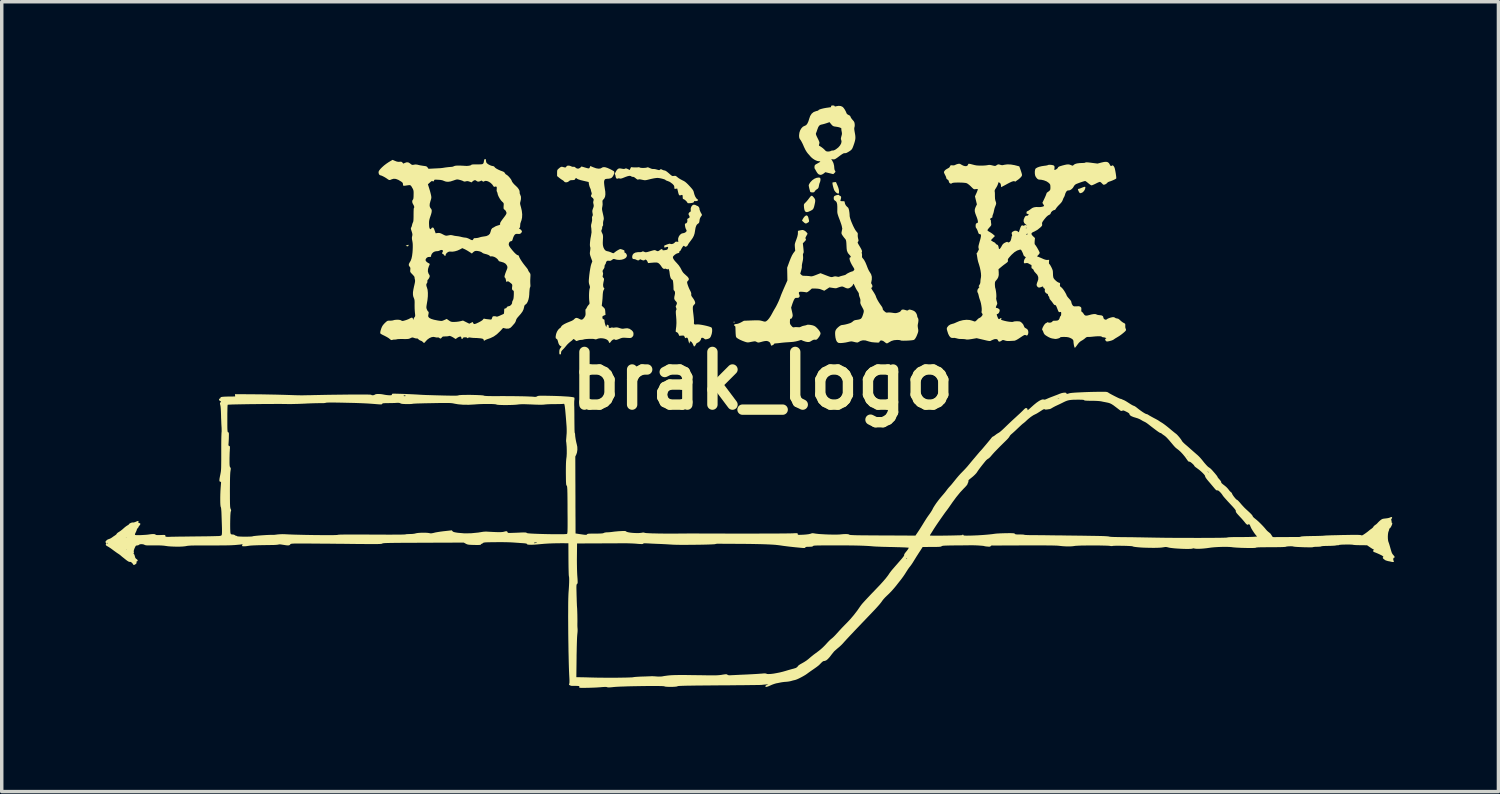
<source format=kicad_pcb>
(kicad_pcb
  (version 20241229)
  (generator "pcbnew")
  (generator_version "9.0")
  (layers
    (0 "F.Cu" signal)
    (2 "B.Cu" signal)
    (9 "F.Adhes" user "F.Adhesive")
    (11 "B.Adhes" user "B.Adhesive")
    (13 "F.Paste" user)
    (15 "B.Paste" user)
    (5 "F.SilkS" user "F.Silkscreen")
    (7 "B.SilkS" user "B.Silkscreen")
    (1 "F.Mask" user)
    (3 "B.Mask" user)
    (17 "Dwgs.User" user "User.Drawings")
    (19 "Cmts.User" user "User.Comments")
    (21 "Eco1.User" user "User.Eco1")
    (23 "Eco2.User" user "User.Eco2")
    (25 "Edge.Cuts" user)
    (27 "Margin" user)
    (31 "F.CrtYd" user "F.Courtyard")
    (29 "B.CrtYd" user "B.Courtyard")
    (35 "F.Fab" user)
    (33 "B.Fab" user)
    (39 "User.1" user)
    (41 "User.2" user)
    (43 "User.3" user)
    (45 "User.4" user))
  (footprint "brak_logo"
    (layer "F.Cu")
    (at 19.006 7.963)
    (property "Reference" "brak_logo" (at 0 0 0) (layer "F.SilkS") (effects (font (size 1.524 1.524) (thickness 0.3))))
    (attr board_only exclude_from_pos_files exclude_from_bom)
    (fp_poly (pts (xy -0.814 -1.704) (xy -0.813 -1.695) (xy -0.82 -1.679) (xy -0.826 -1.676) (xy -0.837 -1.687) (xy -0.838 -1.695) (xy -0.831 -1.712) (xy -0.826 -1.714)) (stroke (width 0) (type solid)) (fill yes) (layer "F.SilkS"))
    (fp_poly (pts (xy -10.24 -3.933) (xy -10.24 -3.918) (xy -10.248 -3.899) (xy -10.258 -3.888) (xy -10.26 -3.888) (xy -10.277 -3.891) (xy -10.299 -3.896) (xy -10.318 -3.9) (xy -10.318 -3.906) (xy -10.296 -3.916) (xy -10.288 -3.919) (xy -10.259 -3.93) (xy -10.242 -3.933)) (stroke (width 0) (type solid)) (fill yes) (layer "F.SilkS"))
    (fp_poly (pts (xy 1.305 -4.762) (xy 1.324 -4.717) (xy 1.34 -4.647) (xy 1.341 -4.646) (xy 1.344 -4.614) (xy 1.336 -4.594) (xy 1.31 -4.575) (xy 1.306 -4.573) (xy 1.27 -4.553) (xy 1.244 -4.549) (xy 1.217 -4.562) (xy 1.186 -4.589) (xy 1.14 -4.631) (xy 1.161 -4.676) (xy 1.186 -4.716) (xy 1.217 -4.754) (xy 1.219 -4.756) (xy 1.253 -4.78) (xy 1.281 -4.782)) (stroke (width 0) (type solid)) (fill yes) (layer "F.SilkS"))
    (fp_poly (pts (xy 9.327 -5.61) (xy 9.334 -5.6) (xy 9.335 -5.587) (xy 9.325 -5.543) (xy 9.3 -5.496) (xy 9.266 -5.458) (xy 9.239 -5.441) (xy 9.201 -5.427) (xy 9.178 -5.427) (xy 9.161 -5.444) (xy 9.144 -5.473) (xy 9.125 -5.515) (xy 9.12 -5.539) (xy 9.128 -5.549) (xy 9.135 -5.55) (xy 9.155 -5.554) (xy 9.191 -5.566) (xy 9.23 -5.582) (xy 9.28 -5.601) (xy 9.311 -5.61)) (stroke (width 0) (type solid)) (fill yes) (layer "F.SilkS"))
    (fp_poly (pts (xy 2.166 -5.646) (xy 2.192 -5.578) (xy 2.206 -5.522) (xy 2.21 -5.478) (xy 2.208 -5.435) (xy 2.198 -5.414) (xy 2.178 -5.414) (xy 2.143 -5.432) (xy 2.139 -5.434) (xy 2.109 -5.461) (xy 2.08 -5.499) (xy 2.071 -5.515) (xy 2.058 -5.551) (xy 2.044 -5.596) (xy 2.032 -5.643) (xy 2.023 -5.687) (xy 2.02 -5.72) (xy 2.022 -5.735) (xy 2.038 -5.739) (xy 2.068 -5.743) (xy 2.075 -5.744) (xy 2.122 -5.747)) (stroke (width 0) (type solid)) (fill yes) (layer "F.SilkS"))
    (fp_poly (pts (xy 1.433 -5.349) (xy 1.454 -5.331) (xy 1.475 -5.308) (xy 1.502 -5.274) (xy 1.517 -5.243) (xy 1.522 -5.208) (xy 1.518 -5.164) (xy 1.505 -5.101) (xy 1.505 -5.1) (xy 1.49 -5.038) (xy 1.476 -4.996) (xy 1.46 -4.967) (xy 1.438 -4.945) (xy 1.406 -4.926) (xy 1.385 -4.915) (xy 1.326 -4.889) (xy 1.282 -4.878) (xy 1.25 -4.884) (xy 1.227 -4.905) (xy 1.224 -4.909) (xy 1.212 -4.938) (xy 1.202 -4.982) (xy 1.197 -5.024) (xy 1.194 -5.07) (xy 1.196 -5.098) (xy 1.205 -5.118) (xy 1.223 -5.138) (xy 1.234 -5.148) (xy 1.265 -5.18) (xy 1.302 -5.223) (xy 1.329 -5.258) (xy 1.367 -5.308) (xy 1.394 -5.339) (xy 1.415 -5.352)) (stroke (width 0) (type solid)) (fill yes) (layer "F.SilkS"))
    (fp_poly (pts (xy 1.624 -5.878) (xy 1.655 -5.873) (xy 1.668 -5.86) (xy 1.674 -5.831) (xy 1.674 -5.827) (xy 1.671 -5.784) (xy 1.66 -5.745) (xy 1.659 -5.744) (xy 1.644 -5.706) (xy 1.633 -5.662) (xy 1.632 -5.657) (xy 1.623 -5.61) (xy 1.613 -5.579) (xy 1.599 -5.56) (xy 1.576 -5.543) (xy 1.568 -5.538) (xy 1.535 -5.513) (xy 1.512 -5.485) (xy 1.509 -5.48) (xy 1.496 -5.46) (xy 1.474 -5.45) (xy 1.439 -5.448) (xy 1.401 -5.452) (xy 1.38 -5.461) (xy 1.378 -5.464) (xy 1.363 -5.517) (xy 1.349 -5.57) (xy 1.339 -5.617) (xy 1.334 -5.648) (xy 1.333 -5.652) (xy 1.341 -5.677) (xy 1.361 -5.713) (xy 1.385 -5.748) (xy 1.437 -5.801) (xy 1.497 -5.843) (xy 1.561 -5.87) (xy 1.62 -5.878)) (stroke (width 0) (type solid)) (fill yes) (layer "F.SilkS"))
    (fp_poly (pts (xy -3.781 -6.177) (xy -3.757 -6.174) (xy -3.718 -6.171) (xy -3.674 -6.171) (xy -3.631 -6.172) (xy -3.598 -6.174) (xy -3.584 -6.178) (xy -3.57 -6.177) (xy -3.56 -6.17) (xy -3.537 -6.162) (xy -3.497 -6.157) (xy -3.45 -6.156) (xy -3.402 -6.158) (xy -3.364 -6.163) (xy -3.346 -6.169) (xy -3.326 -6.175) (xy -3.298 -6.169) (xy -3.26 -6.151) (xy -3.216 -6.133) (xy -3.18 -6.125) (xy -3.17 -6.126) (xy -3.143 -6.126) (xy -3.102 -6.12) (xy -3.064 -6.11) (xy -3.022 -6.098) (xy -2.996 -6.093) (xy -2.98 -6.096) (xy -2.966 -6.107) (xy -2.95 -6.12) (xy -2.933 -6.119) (xy -2.907 -6.106) (xy -2.87 -6.09) (xy -2.836 -6.083) (xy -2.836 -6.083) (xy -2.807 -6.074) (xy -2.766 -6.047) (xy -2.71 -6) (xy -2.666 -5.961) (xy -2.636 -5.937) (xy -2.614 -5.925) (xy -2.594 -5.921) (xy -2.572 -5.924) (xy -2.565 -5.925) (xy -2.532 -5.928) (xy -2.508 -5.922) (xy -2.481 -5.903) (xy -2.465 -5.889) (xy -2.429 -5.861) (xy -2.379 -5.83) (xy -2.326 -5.802) (xy -2.321 -5.799) (xy -2.276 -5.777) (xy -2.239 -5.753) (xy -2.202 -5.722) (xy -2.159 -5.681) (xy -2.113 -5.632) (xy -2.066 -5.58) (xy -2.034 -5.542) (xy -2.013 -5.512) (xy -1.999 -5.485) (xy -1.99 -5.455) (xy -1.985 -5.433) (xy -1.969 -5.378) (xy -1.947 -5.325) (xy -1.92 -5.282) (xy -1.894 -5.254) (xy -1.885 -5.249) (xy -1.867 -5.236) (xy -1.869 -5.22) (xy -1.886 -5.206) (xy -1.913 -5.197) (xy -1.945 -5.196) (xy -1.956 -5.198) (xy -1.977 -5.197) (xy -1.981 -5.188) (xy -1.99 -5.167) (xy -1.999 -5.158) (xy -2.019 -5.149) (xy -2.053 -5.142) (xy -2.093 -5.137) (xy -2.131 -5.136) (xy -2.16 -5.137) (xy -2.172 -5.143) (xy -2.172 -5.143) (xy -2.181 -5.164) (xy -2.204 -5.192) (xy -2.234 -5.221) (xy -2.263 -5.243) (xy -2.28 -5.25) (xy -2.3 -5.259) (xy -2.309 -5.276) (xy -2.311 -5.31) (xy -2.311 -5.313) (xy -2.313 -5.354) (xy -2.32 -5.373) (xy -2.338 -5.376) (xy -2.363 -5.368) (xy -2.389 -5.361) (xy -2.408 -5.365) (xy -2.422 -5.384) (xy -2.435 -5.421) (xy -2.447 -5.47) (xy -2.469 -5.56) (xy -2.511 -5.553) (xy -2.538 -5.55) (xy -2.55 -5.558) (xy -2.553 -5.582) (xy -2.553 -5.595) (xy -2.556 -5.626) (xy -2.568 -5.653) (xy -2.595 -5.683) (xy -2.609 -5.697) (xy -2.682 -5.751) (xy -2.736 -5.774) (xy -2.774 -5.787) (xy -2.8 -5.799) (xy -2.807 -5.806) (xy -2.818 -5.816) (xy -2.848 -5.828) (xy -2.891 -5.841) (xy -2.94 -5.853) (xy -2.989 -5.862) (xy -3.031 -5.867) (xy -3.042 -5.867) (xy -3.082 -5.864) (xy -3.138 -5.856) (xy -3.202 -5.843) (xy -3.254 -5.831) (xy -3.317 -5.815) (xy -3.361 -5.805) (xy -3.394 -5.801) (xy -3.422 -5.802) (xy -3.452 -5.807) (xy -3.485 -5.814) (xy -3.539 -5.825) (xy -3.573 -5.827) (xy -3.592 -5.821) (xy -3.608 -5.817) (xy -3.629 -5.825) (xy -3.661 -5.848) (xy -3.671 -5.857) (xy -3.715 -5.889) (xy -3.745 -5.899) (xy -3.751 -5.898) (xy -3.778 -5.9) (xy -3.797 -5.912) (xy -3.821 -5.925) (xy -3.856 -5.927) (xy -3.903 -5.917) (xy -3.967 -5.895) (xy -4.011 -5.877) (xy -4.063 -5.857) (xy -4.098 -5.848) (xy -4.122 -5.848) (xy -4.132 -5.851) (xy -4.166 -5.856) (xy -4.181 -5.85) (xy -4.21 -5.843) (xy -4.234 -5.858) (xy -4.249 -5.893) (xy -4.252 -5.913) (xy -4.258 -5.947) (xy -4.269 -5.969) (xy -4.271 -5.972) (xy -4.279 -5.985) (xy -4.27 -6.004) (xy -4.253 -6.031) (xy -4.236 -6.066) (xy -4.212 -6.101) (xy -4.184 -6.127) (xy -4.161 -6.139) (xy -4.137 -6.143) (xy -4.102 -6.14) (xy -4.076 -6.135) (xy -4.028 -6.127) (xy -3.997 -6.128) (xy -3.977 -6.136) (xy -3.958 -6.143) (xy -3.933 -6.139) (xy -3.897 -6.123) (xy -3.842 -6.096) (xy -3.824 -6.141) (xy -3.809 -6.17) (xy -3.794 -6.179)) (stroke (width 0) (type solid)) (fill yes) (layer "F.SilkS"))
    (fp_poly (pts (xy 2.068 -7.959) (xy 2.082 -7.948) (xy 2.083 -7.945) (xy 2.088 -7.934) (xy 2.106 -7.934) (xy 2.124 -7.939) (xy 2.197 -7.952) (xy 2.263 -7.946) (xy 2.315 -7.921) (xy 2.315 -7.921) (xy 2.345 -7.89) (xy 2.378 -7.842) (xy 2.408 -7.786) (xy 2.431 -7.73) (xy 2.431 -7.73) (xy 2.447 -7.711) (xy 2.477 -7.692) (xy 2.488 -7.687) (xy 2.525 -7.667) (xy 2.542 -7.641) (xy 2.544 -7.634) (xy 2.556 -7.607) (xy 2.581 -7.571) (xy 2.604 -7.544) (xy 2.637 -7.506) (xy 2.654 -7.474) (xy 2.662 -7.436) (xy 2.664 -7.422) (xy 2.665 -7.379) (xy 2.66 -7.343) (xy 2.656 -7.331) (xy 2.651 -7.311) (xy 2.651 -7.279) (xy 2.657 -7.231) (xy 2.667 -7.174) (xy 2.679 -7.105) (xy 2.684 -7.047) (xy 2.682 -6.994) (xy 2.671 -6.937) (xy 2.652 -6.871) (xy 2.627 -6.799) (xy 2.606 -6.744) (xy 2.587 -6.706) (xy 2.564 -6.678) (xy 2.532 -6.652) (xy 2.484 -6.622) (xy 2.478 -6.618) (xy 2.427 -6.591) (xy 2.389 -6.582) (xy 2.376 -6.583) (xy 2.358 -6.583) (xy 2.334 -6.574) (xy 2.301 -6.555) (xy 2.256 -6.524) (xy 2.216 -6.494) (xy 2.162 -6.454) (xy 2.124 -6.428) (xy 2.096 -6.412) (xy 2.074 -6.404) (xy 2.053 -6.403) (xy 2.037 -6.404) (xy 1.984 -6.41) (xy 2.014 -6.366) (xy 2.048 -6.299) (xy 2.068 -6.22) (xy 2.073 -6.161) (xy 2.077 -6.121) (xy 2.086 -6.09) (xy 2.092 -6.081) (xy 2.107 -6.059) (xy 2.1 -6.033) (xy 2.076 -6.007) (xy 2.044 -5.977) (xy 1.929 -6.005) (xy 1.814 -6.033) (xy 1.768 -5.995) (xy 1.715 -5.963) (xy 1.666 -5.955) (xy 1.62 -5.972) (xy 1.593 -5.997) (xy 1.565 -6.036) (xy 1.541 -6.078) (xy 1.538 -6.083) (xy 1.522 -6.114) (xy 1.509 -6.133) (xy 1.507 -6.135) (xy 1.502 -6.152) (xy 1.5 -6.183) (xy 1.501 -6.193) (xy 1.505 -6.22) (xy 1.515 -6.24) (xy 1.537 -6.258) (xy 1.576 -6.28) (xy 1.578 -6.281) (xy 1.63 -6.31) (xy 1.66 -6.329) (xy 1.669 -6.342) (xy 1.658 -6.348) (xy 1.627 -6.35) (xy 1.627 -6.35) (xy 1.575 -6.359) (xy 1.515 -6.385) (xy 1.455 -6.423) (xy 1.402 -6.468) (xy 1.385 -6.487) (xy 1.354 -6.523) (xy 1.324 -6.557) (xy 1.315 -6.566) (xy 1.277 -6.615) (xy 1.238 -6.679) (xy 1.197 -6.764) (xy 1.177 -6.811) (xy 1.152 -6.866) (xy 1.125 -6.918) (xy 1.101 -6.959) (xy 1.093 -6.969) (xy 1.072 -6.999) (xy 1.061 -7.028) (xy 1.056 -7.066) (xy 1.055 -7.099) (xy 1.061 -7.149) (xy 1.541 -7.149) (xy 1.543 -7.129) (xy 1.552 -7.1) (xy 1.571 -7.057) (xy 1.592 -7.015) (xy 1.619 -6.96) (xy 1.635 -6.922) (xy 1.643 -6.896) (xy 1.644 -6.875) (xy 1.639 -6.854) (xy 1.637 -6.848) (xy 1.629 -6.813) (xy 1.634 -6.798) (xy 1.635 -6.798) (xy 1.665 -6.782) (xy 1.706 -6.755) (xy 1.748 -6.723) (xy 1.784 -6.69) (xy 1.8 -6.674) (xy 1.827 -6.646) (xy 1.855 -6.634) (xy 1.893 -6.63) (xy 1.934 -6.634) (xy 1.968 -6.643) (xy 1.976 -6.648) (xy 2.006 -6.66) (xy 2.028 -6.659) (xy 2.059 -6.663) (xy 2.104 -6.685) (xy 2.126 -6.699) (xy 2.19 -6.749) (xy 2.238 -6.804) (xy 2.27 -6.86) (xy 2.283 -6.914) (xy 2.276 -6.961) (xy 2.273 -6.967) (xy 2.265 -6.988) (xy 2.265 -7.014) (xy 2.273 -7.051) (xy 2.279 -7.072) (xy 2.292 -7.12) (xy 2.295 -7.156) (xy 2.29 -7.194) (xy 2.286 -7.212) (xy 2.279 -7.251) (xy 2.277 -7.28) (xy 2.279 -7.289) (xy 2.275 -7.303) (xy 2.251 -7.318) (xy 2.211 -7.332) (xy 2.16 -7.343) (xy 2.119 -7.349) (xy 2.073 -7.356) (xy 2.04 -7.367) (xy 2.012 -7.388) (xy 1.981 -7.423) (xy 1.968 -7.439) (xy 1.936 -7.48) (xy 1.848 -7.45) (xy 1.794 -7.433) (xy 1.742 -7.419) (xy 1.704 -7.411) (xy 1.665 -7.399) (xy 1.635 -7.375) (xy 1.609 -7.335) (xy 1.586 -7.274) (xy 1.58 -7.258) (xy 1.566 -7.215) (xy 1.552 -7.178) (xy 1.546 -7.165) (xy 1.541 -7.149) (xy 1.061 -7.149) (xy 1.064 -7.174) (xy 1.087 -7.244) (xy 1.122 -7.303) (xy 1.165 -7.348) (xy 1.215 -7.373) (xy 1.222 -7.375) (xy 1.261 -7.395) (xy 1.296 -7.441) (xy 1.327 -7.509) (xy 1.345 -7.569) (xy 1.376 -7.658) (xy 1.419 -7.725) (xy 1.476 -7.772) (xy 1.548 -7.799) (xy 1.565 -7.803) (xy 1.596 -7.811) (xy 1.612 -7.82) (xy 1.613 -7.822) (xy 1.625 -7.836) (xy 1.658 -7.851) (xy 1.708 -7.866) (xy 1.77 -7.881) (xy 1.84 -7.894) (xy 1.893 -7.901) (xy 1.937 -7.908) (xy 1.965 -7.911) (xy 1.972 -7.912) (xy 1.979 -7.923) (xy 1.981 -7.938) (xy 1.985 -7.954) (xy 2.003 -7.961) (xy 2.032 -7.963)) (stroke (width 0) (type solid)) (fill yes) (layer "F.SilkS"))
    (fp_poly (pts (xy -1.951 -5.087) (xy -1.924 -5.075) (xy -1.902 -5.062) (xy -1.892 -5.059) (xy -1.873 -5.053) (xy -1.85 -5.032) (xy -1.833 -5.006) (xy -1.826 -4.983) (xy -1.826 -4.982) (xy -1.823 -4.953) (xy -1.809 -4.911) (xy -1.789 -4.866) (xy -1.765 -4.826) (xy -1.763 -4.823) (xy -1.754 -4.796) (xy -1.759 -4.783) (xy -1.791 -4.738) (xy -1.81 -4.702) (xy -1.82 -4.668) (xy -1.825 -4.633) (xy -1.831 -4.591) (xy -1.842 -4.565) (xy -1.861 -4.548) (xy -1.869 -4.543) (xy -1.899 -4.519) (xy -1.921 -4.481) (xy -1.939 -4.427) (xy -1.952 -4.353) (xy -1.955 -4.332) (xy -1.968 -4.258) (xy -1.99 -4.192) (xy -2.023 -4.129) (xy -2.072 -4.06) (xy -2.095 -4.03) (xy -2.125 -3.99) (xy -2.149 -3.955) (xy -2.16 -3.932) (xy -2.161 -3.93) (xy -2.175 -3.907) (xy -2.199 -3.887) (xy -2.225 -3.875) (xy -2.243 -3.879) (xy -2.258 -3.891) (xy -2.275 -3.904) (xy -2.288 -3.902) (xy -2.305 -3.884) (xy -2.314 -3.871) (xy -2.339 -3.832) (xy -2.36 -3.792) (xy -2.362 -3.788) (xy -2.378 -3.76) (xy -2.395 -3.747) (xy -2.397 -3.747) (xy -2.411 -3.738) (xy -2.41 -3.722) (xy -2.41 -3.706) (xy -2.427 -3.696) (xy -2.451 -3.691) (xy -2.501 -3.672) (xy -2.55 -3.636) (xy -2.579 -3.607) (xy -2.593 -3.586) (xy -2.594 -3.566) (xy -2.589 -3.545) (xy -2.573 -3.514) (xy -2.542 -3.471) (xy -2.499 -3.423) (xy -2.488 -3.412) (xy -2.425 -3.34) (xy -2.378 -3.27) (xy -2.355 -3.226) (xy -2.327 -3.172) (xy -2.299 -3.13) (xy -2.261 -3.091) (xy -2.222 -3.056) (xy -2.17 -3.009) (xy -2.141 -2.97) (xy -2.132 -2.938) (xy -2.143 -2.909) (xy -2.159 -2.892) (xy -2.178 -2.87) (xy -2.184 -2.854) (xy -2.179 -2.818) (xy -2.164 -2.768) (xy -2.143 -2.711) (xy -2.118 -2.653) (xy -2.1 -2.618) (xy -2.075 -2.567) (xy -2.064 -2.531) (xy -2.064 -2.502) (xy -2.064 -2.501) (xy -2.065 -2.477) (xy -2.056 -2.451) (xy -2.033 -2.416) (xy -2.02 -2.4) (xy -1.991 -2.357) (xy -1.967 -2.314) (xy -1.956 -2.286) (xy -1.949 -2.254) (xy -1.954 -2.231) (xy -1.973 -2.208) (xy -1.981 -2.199) (xy -1.998 -2.181) (xy -2.009 -2.162) (xy -2.016 -2.138) (xy -2.018 -2.106) (xy -2.017 -2.061) (xy -2.011 -1.999) (xy -2.001 -1.917) (xy -1.999 -1.899) (xy -1.992 -1.834) (xy -1.987 -1.774) (xy -1.984 -1.726) (xy -1.985 -1.696) (xy -1.985 -1.695) (xy -1.987 -1.656) (xy -1.976 -1.634) (xy -1.946 -1.627) (xy -1.909 -1.63) (xy -1.87 -1.631) (xy -1.816 -1.626) (xy -1.753 -1.616) (xy -1.686 -1.603) (xy -1.62 -1.588) (xy -1.56 -1.572) (xy -1.512 -1.556) (xy -1.48 -1.541) (xy -1.471 -1.533) (xy -1.46 -1.491) (xy -1.459 -1.434) (xy -1.469 -1.369) (xy -1.479 -1.333) (xy -1.499 -1.279) (xy -1.521 -1.245) (xy -1.55 -1.223) (xy -1.592 -1.209) (xy -1.6 -1.206) (xy -1.638 -1.199) (xy -1.661 -1.199) (xy -1.679 -1.21) (xy -1.688 -1.218) (xy -1.716 -1.237) (xy -1.746 -1.245) (xy -1.769 -1.239) (xy -1.778 -1.222) (xy -1.789 -1.183) (xy -1.816 -1.144) (xy -1.853 -1.114) (xy -1.872 -1.105) (xy -1.908 -1.086) (xy -1.925 -1.063) (xy -1.938 -1.034) (xy -1.958 -1.008) (xy -1.976 -0.992) (xy -1.981 -0.991) (xy -1.99 -1.001) (xy -2.002 -1.028) (xy -2.004 -1.034) (xy -2.025 -1.078) (xy -2.048 -1.113) (xy -2.072 -1.135) (xy -2.092 -1.142) (xy -2.105 -1.131) (xy -2.108 -1.111) (xy -2.111 -1.085) (xy -2.118 -1.081) (xy -2.128 -1.097) (xy -2.139 -1.133) (xy -2.144 -1.153) (xy -2.157 -1.207) (xy -2.172 -1.238) (xy -2.19 -1.249) (xy -2.213 -1.243) (xy -2.233 -1.234) (xy -2.24 -1.234) (xy -2.246 -1.247) (xy -2.258 -1.274) (xy -2.258 -1.275) (xy -2.269 -1.296) (xy -2.283 -1.306) (xy -2.308 -1.308) (xy -2.343 -1.306) (xy -2.411 -1.3) (xy -2.43 -1.348) (xy -2.452 -1.386) (xy -2.481 -1.404) (xy -2.483 -1.405) (xy -2.504 -1.412) (xy -2.513 -1.424) (xy -2.512 -1.449) (xy -2.51 -1.472) (xy -2.497 -1.578) (xy -2.492 -1.671) (xy -2.494 -1.764) (xy -2.501 -1.861) (xy -2.508 -1.935) (xy -2.51 -1.987) (xy -2.509 -2.019) (xy -2.504 -2.035) (xy -2.503 -2.036) (xy -2.49 -2.065) (xy -2.496 -2.103) (xy -2.505 -2.121) (xy -2.513 -2.143) (xy -2.507 -2.168) (xy -2.498 -2.183) (xy -2.479 -2.229) (xy -2.482 -2.266) (xy -2.503 -2.294) (xy -2.54 -2.335) (xy -2.556 -2.377) (xy -2.553 -2.427) (xy -2.546 -2.458) (xy -2.534 -2.516) (xy -2.534 -2.564) (xy -2.546 -2.597) (xy -2.56 -2.609) (xy -2.573 -2.624) (xy -2.577 -2.658) (xy -2.577 -2.676) (xy -2.578 -2.721) (xy -2.581 -2.778) (xy -2.585 -2.828) (xy -2.591 -2.877) (xy -2.598 -2.906) (xy -2.609 -2.921) (xy -2.618 -2.925) (xy -2.642 -2.944) (xy -2.663 -2.984) (xy -2.679 -3.042) (xy -2.689 -3.113) (xy -2.689 -3.113) (xy -2.695 -3.162) (xy -2.706 -3.202) (xy -2.718 -3.229) (xy -2.73 -3.239) (xy -2.739 -3.229) (xy -2.749 -3.221) (xy -2.771 -3.227) (xy -2.784 -3.234) (xy -2.816 -3.245) (xy -2.831 -3.24) (xy -2.847 -3.234) (xy -2.872 -3.244) (xy -2.898 -3.266) (xy -2.92 -3.296) (xy -2.942 -3.329) (xy -2.973 -3.367) (xy -2.985 -3.379) (xy -3.006 -3.398) (xy -3.029 -3.411) (xy -3.056 -3.419) (xy -3.094 -3.421) (xy -3.146 -3.419) (xy -3.218 -3.413) (xy -3.24 -3.411) (xy -3.311 -3.404) (xy -3.334 -3.455) (xy -3.356 -3.489) (xy -3.38 -3.505) (xy -3.402 -3.502) (xy -3.41 -3.493) (xy -3.431 -3.481) (xy -3.466 -3.484) (xy -3.508 -3.5) (xy -3.535 -3.513) (xy -3.549 -3.512) (xy -3.559 -3.5) (xy -3.581 -3.483) (xy -3.614 -3.483) (xy -3.649 -3.498) (xy -3.651 -3.499) (xy -3.682 -3.514) (xy -3.703 -3.518) (xy -3.743 -3.522) (xy -3.764 -3.539) (xy -3.772 -3.574) (xy -3.772 -3.587) (xy -3.761 -3.64) (xy -3.729 -3.681) (xy -3.678 -3.708) (xy -3.61 -3.72) (xy -3.573 -3.72) (xy -3.524 -3.721) (xy -3.491 -3.73) (xy -3.486 -3.734) (xy -3.469 -3.743) (xy -3.447 -3.74) (xy -3.423 -3.73) (xy -3.402 -3.721) (xy -3.383 -3.717) (xy -3.36 -3.719) (xy -3.326 -3.726) (xy -3.276 -3.74) (xy -3.249 -3.748) (xy -3.191 -3.765) (xy -3.152 -3.775) (xy -3.125 -3.779) (xy -3.107 -3.777) (xy -3.09 -3.77) (xy -3.085 -3.767) (xy -3.047 -3.75) (xy -3.016 -3.751) (xy -2.981 -3.772) (xy -2.974 -3.778) (xy -2.939 -3.802) (xy -2.912 -3.809) (xy -2.897 -3.799) (xy -2.896 -3.79) (xy -2.892 -3.778) (xy -2.877 -3.774) (xy -2.844 -3.776) (xy -2.829 -3.778) (xy -2.785 -3.785) (xy -2.76 -3.794) (xy -2.746 -3.809) (xy -2.737 -3.835) (xy -2.736 -3.841) (xy -2.731 -3.866) (xy -2.74 -3.873) (xy -2.764 -3.87) (xy -2.799 -3.862) (xy -2.823 -3.854) (xy -2.839 -3.853) (xy -2.845 -3.87) (xy -2.845 -3.878) (xy -2.844 -3.903) (xy -2.842 -3.912) (xy -2.829 -3.916) (xy -2.8 -3.928) (xy -2.763 -3.943) (xy -2.712 -3.96) (xy -2.681 -3.965) (xy -2.671 -3.961) (xy -2.644 -3.953) (xy -2.608 -3.958) (xy -2.571 -3.973) (xy -2.544 -3.995) (xy -2.543 -3.997) (xy -2.523 -4.019) (xy -2.496 -4.024) (xy -2.479 -4.023) (xy -2.436 -4.018) (xy -2.444 -4.067) (xy -2.442 -4.118) (xy -2.424 -4.17) (xy -2.394 -4.216) (xy -2.355 -4.251) (xy -2.313 -4.267) (xy -2.304 -4.267) (xy -2.268 -4.275) (xy -2.232 -4.293) (xy -2.206 -4.317) (xy -2.197 -4.338) (xy -2.204 -4.362) (xy -2.217 -4.387) (xy -2.23 -4.417) (xy -2.24 -4.46) (xy -2.244 -4.481) (xy -2.247 -4.521) (xy -2.244 -4.541) (xy -2.234 -4.547) (xy -2.233 -4.547) (xy -2.203 -4.558) (xy -2.182 -4.587) (xy -2.175 -4.625) (xy -2.177 -4.64) (xy -2.18 -4.67) (xy -2.17 -4.687) (xy -2.147 -4.699) (xy -2.118 -4.717) (xy -2.11 -4.74) (xy -2.122 -4.775) (xy -2.129 -4.788) (xy -2.143 -4.815) (xy -2.142 -4.834) (xy -2.129 -4.857) (xy -2.109 -4.88) (xy -2.09 -4.889) (xy -2.079 -4.897) (xy -2.077 -4.921) (xy -2.079 -4.939) (xy -2.078 -4.99) (xy -2.061 -5.036) (xy -2.035 -5.072) (xy -2.001 -5.091) (xy -1.988 -5.093)) (stroke (width 0) (type solid)) (fill yes) (layer "F.SilkS"))
    (fp_poly (pts (xy -5.584 -6.22) (xy -5.547 -6.208) (xy -5.539 -6.203) (xy -5.498 -6.188) (xy -5.474 -6.189) (xy -5.442 -6.189) (xy -5.414 -6.169) (xy -5.41 -6.165) (xy -5.37 -6.139) (xy -5.325 -6.136) (xy -5.282 -6.156) (xy -5.271 -6.166) (xy -5.237 -6.198) (xy -5.13 -6.166) (xy -5.078 -6.151) (xy -5.045 -6.144) (xy -5.025 -6.143) (xy -5.014 -6.148) (xy -5.007 -6.156) (xy -4.994 -6.181) (xy -4.991 -6.194) (xy -4.99 -6.204) (xy -4.984 -6.208) (xy -4.968 -6.205) (xy -4.938 -6.193) (xy -4.889 -6.172) (xy -4.815 -6.146) (xy -4.748 -6.135) (xy -4.694 -6.139) (xy -4.666 -6.152) (xy -4.629 -6.173) (xy -4.589 -6.18) (xy -4.543 -6.174) (xy -4.485 -6.155) (xy -4.431 -6.131) (xy -4.38 -6.106) (xy -4.336 -6.082) (xy -4.306 -6.064) (xy -4.296 -6.056) (xy -4.288 -6.027) (xy -4.296 -5.984) (xy -4.319 -5.932) (xy -4.336 -5.905) (xy -4.363 -5.874) (xy -4.398 -5.855) (xy -4.448 -5.845) (xy -4.502 -5.842) (xy -4.545 -5.835) (xy -4.57 -5.814) (xy -4.583 -5.776) (xy -4.585 -5.739) (xy -4.582 -5.691) (xy -4.575 -5.632) (xy -4.566 -5.573) (xy -4.566 -5.571) (xy -4.55 -5.471) (xy -4.547 -5.391) (xy -4.556 -5.327) (xy -4.578 -5.277) (xy -4.61 -5.239) (xy -4.626 -5.22) (xy -4.632 -5.197) (xy -4.63 -5.16) (xy -4.629 -5.154) (xy -4.627 -5.093) (xy -4.636 -5.032) (xy -4.636 -5.032) (xy -4.642 -5.003) (xy -4.644 -4.974) (xy -4.642 -4.941) (xy -4.633 -4.896) (xy -4.619 -4.834) (xy -4.618 -4.83) (xy -4.604 -4.767) (xy -4.596 -4.723) (xy -4.593 -4.692) (xy -4.595 -4.667) (xy -4.601 -4.644) (xy -4.603 -4.638) (xy -4.613 -4.59) (xy -4.615 -4.542) (xy -4.614 -4.538) (xy -4.613 -4.497) (xy -4.626 -4.473) (xy -4.627 -4.473) (xy -4.64 -4.448) (xy -4.639 -4.433) (xy -4.641 -4.406) (xy -4.652 -4.373) (xy -4.653 -4.372) (xy -4.663 -4.349) (xy -4.664 -4.328) (xy -4.655 -4.301) (xy -4.642 -4.272) (xy -4.628 -4.243) (xy -4.62 -4.217) (xy -4.616 -4.186) (xy -4.615 -4.146) (xy -4.618 -4.089) (xy -4.619 -4.07) (xy -4.622 -4) (xy -4.621 -3.949) (xy -4.616 -3.908) (xy -4.607 -3.872) (xy -4.605 -3.863) (xy -4.578 -3.806) (xy -4.542 -3.766) (xy -4.5 -3.748) (xy -4.488 -3.747) (xy -4.461 -3.741) (xy -4.42 -3.728) (xy -4.386 -3.715) (xy -4.346 -3.697) (xy -4.322 -3.69) (xy -4.306 -3.692) (xy -4.292 -3.703) (xy -4.287 -3.707) (xy -4.256 -3.732) (xy -4.217 -3.759) (xy -4.176 -3.783) (xy -4.14 -3.802) (xy -4.117 -3.81) (xy -4.116 -3.81) (xy -4.093 -3.806) (xy -4.057 -3.795) (xy -4.042 -3.789) (xy -4.009 -3.775) (xy -3.995 -3.761) (xy -3.995 -3.743) (xy -3.996 -3.738) (xy -3.997 -3.715) (xy -3.989 -3.708) (xy -3.965 -3.697) (xy -3.941 -3.671) (xy -3.927 -3.637) (xy -3.924 -3.62) (xy -3.936 -3.58) (xy -3.968 -3.546) (xy -4.016 -3.52) (xy -4.076 -3.503) (xy -4.143 -3.496) (xy -4.213 -3.501) (xy -4.282 -3.519) (xy -4.294 -3.524) (xy -4.319 -3.521) (xy -4.353 -3.5) (xy -4.355 -3.498) (xy -4.387 -3.475) (xy -4.419 -3.469) (xy -4.446 -3.471) (xy -4.481 -3.473) (xy -4.503 -3.464) (xy -4.515 -3.45) (xy -4.53 -3.421) (xy -4.534 -3.401) (xy -4.542 -3.377) (xy -4.55 -3.369) (xy -4.566 -3.344) (xy -4.573 -3.297) (xy -4.573 -3.284) (xy -4.581 -3.259) (xy -4.6 -3.228) (xy -4.605 -3.222) (xy -4.626 -3.188) (xy -4.628 -3.164) (xy -4.613 -3.105) (xy -4.62 -3.051) (xy -4.621 -3.048) (xy -4.628 -3.017) (xy -4.62 -2.996) (xy -4.61 -2.984) (xy -4.595 -2.968) (xy -4.588 -2.951) (xy -4.587 -2.929) (xy -4.593 -2.893) (xy -4.603 -2.849) (xy -4.613 -2.786) (xy -4.611 -2.732) (xy -4.597 -2.693) (xy -4.583 -2.679) (xy -4.576 -2.665) (xy -4.587 -2.641) (xy -4.592 -2.633) (xy -4.603 -2.613) (xy -4.611 -2.589) (xy -4.617 -2.557) (xy -4.622 -2.51) (xy -4.626 -2.445) (xy -4.627 -2.426) (xy -4.63 -2.375) (xy -4.636 -2.314) (xy -4.641 -2.264) (xy -4.652 -2.171) (xy -4.604 -2.126) (xy -4.578 -2.1) (xy -4.563 -2.076) (xy -4.555 -2.046) (xy -4.55 -2) (xy -4.55 -1.994) (xy -4.543 -1.907) (xy -4.59 -1.887) (xy -4.621 -1.872) (xy -4.633 -1.855) (xy -4.633 -1.828) (xy -4.633 -1.826) (xy -4.626 -1.795) (xy -4.608 -1.782) (xy -4.601 -1.78) (xy -4.58 -1.772) (xy -4.573 -1.75) (xy -4.572 -1.735) (xy -4.569 -1.699) (xy -4.56 -1.657) (xy -4.548 -1.616) (xy -4.536 -1.582) (xy -4.524 -1.564) (xy -4.521 -1.562) (xy -4.512 -1.573) (xy -4.508 -1.594) (xy -4.506 -1.619) (xy -4.495 -1.624) (xy -4.469 -1.612) (xy -4.468 -1.612) (xy -4.45 -1.593) (xy -4.45 -1.568) (xy -4.452 -1.544) (xy -4.435 -1.532) (xy -4.426 -1.529) (xy -4.39 -1.53) (xy -4.373 -1.538) (xy -4.354 -1.548) (xy -4.347 -1.542) (xy -4.334 -1.534) (xy -4.302 -1.536) (xy -4.279 -1.539) (xy -4.235 -1.544) (xy -4.196 -1.541) (xy -4.148 -1.529) (xy -4.135 -1.524) (xy -4.088 -1.51) (xy -4.053 -1.505) (xy -4.019 -1.507) (xy -3.99 -1.513) (xy -3.915 -1.52) (xy -3.848 -1.503) (xy -3.788 -1.462) (xy -3.778 -1.453) (xy -3.75 -1.42) (xy -3.737 -1.39) (xy -3.734 -1.355) (xy -3.738 -1.312) (xy -3.756 -1.281) (xy -3.769 -1.267) (xy -3.787 -1.251) (xy -3.805 -1.242) (xy -3.83 -1.238) (xy -3.867 -1.238) (xy -3.912 -1.24) (xy -3.973 -1.244) (xy -4.015 -1.246) (xy -4.046 -1.244) (xy -4.072 -1.239) (xy -4.101 -1.23) (xy -4.138 -1.215) (xy -4.14 -1.214) (xy -4.195 -1.193) (xy -4.233 -1.183) (xy -4.257 -1.184) (xy -4.275 -1.194) (xy -4.276 -1.195) (xy -4.297 -1.2) (xy -4.327 -1.189) (xy -4.359 -1.167) (xy -4.386 -1.136) (xy -4.39 -1.13) (xy -4.413 -1.1) (xy -4.432 -1.095) (xy -4.445 -1.114) (xy -4.449 -1.13) (xy -4.468 -1.163) (xy -4.506 -1.192) (xy -4.558 -1.214) (xy -4.618 -1.227) (xy -4.681 -1.231) (xy -4.74 -1.224) (xy -4.776 -1.213) (xy -4.814 -1.199) (xy -4.842 -1.199) (xy -4.856 -1.203) (xy -4.884 -1.21) (xy -4.93 -1.213) (xy -4.987 -1.213) (xy -5.047 -1.211) (xy -5.104 -1.207) (xy -5.15 -1.201) (xy -5.174 -1.195) (xy -5.215 -1.185) (xy -5.25 -1.183) (xy -5.288 -1.179) (xy -5.331 -1.167) (xy -5.339 -1.164) (xy -5.371 -1.152) (xy -5.39 -1.151) (xy -5.407 -1.163) (xy -5.418 -1.175) (xy -5.444 -1.196) (xy -5.468 -1.206) (xy -5.484 -1.203) (xy -5.486 -1.194) (xy -5.496 -1.182) (xy -5.521 -1.159) (xy -5.556 -1.133) (xy -5.603 -1.094) (xy -5.651 -1.047) (xy -5.678 -1.015) (xy -5.715 -0.97) (xy -5.754 -0.926) (xy -5.78 -0.9) (xy -5.811 -0.867) (xy -5.826 -0.838) (xy -5.829 -0.808) (xy -5.832 -0.777) (xy -5.842 -0.764) (xy -5.855 -0.762) (xy -5.869 -0.765) (xy -5.877 -0.778) (xy -5.88 -0.807) (xy -5.88 -0.833) (xy -5.877 -0.882) (xy -5.866 -0.918) (xy -5.847 -0.947) (xy -5.814 -0.99) (xy -5.846 -1.005) (xy -5.876 -1.031) (xy -5.879 -1.035) (xy -5.829 -1.035) (xy -5.823 -1.029) (xy -5.817 -1.035) (xy -5.823 -1.041) (xy -5.829 -1.035) (xy -5.879 -1.035) (xy -5.902 -1.079) (xy -5.921 -1.145) (xy -5.923 -1.156) (xy -5.939 -1.196) (xy -5.959 -1.213) (xy -5.977 -1.224) (xy -5.984 -1.242) (xy -5.985 -1.274) (xy -5.984 -1.289) (xy -5.972 -1.354) (xy -5.948 -1.418) (xy -5.914 -1.474) (xy -5.876 -1.513) (xy -5.873 -1.515) (xy -5.845 -1.536) (xy -5.83 -1.553) (xy -5.829 -1.557) (xy -5.817 -1.581) (xy -5.784 -1.61) (xy -5.732 -1.642) (xy -5.664 -1.675) (xy -5.583 -1.708) (xy -5.563 -1.716) (xy -5.517 -1.735) (xy -5.478 -1.757) (xy -5.456 -1.775) (xy -5.42 -1.809) (xy -5.381 -1.82) (xy -5.336 -1.808) (xy -5.316 -1.797) (xy -5.267 -1.773) (xy -5.231 -1.767) (xy -5.201 -1.78) (xy -5.186 -1.794) (xy -5.149 -1.84) (xy -5.128 -1.881) (xy -5.12 -1.925) (xy -5.122 -1.983) (xy -5.124 -2.032) (xy -5.122 -2.062) (xy -5.117 -2.07) (xy -5.104 -2.081) (xy -5.089 -2.107) (xy -5.084 -2.118) (xy -5.063 -2.157) (xy -5.036 -2.191) (xy -5.033 -2.195) (xy -5.013 -2.216) (xy -5.006 -2.237) (xy -5.008 -2.27) (xy -5.01 -2.284) (xy -5.016 -2.336) (xy -5.019 -2.4) (xy -5.02 -2.469) (xy -5.018 -2.537) (xy -5.014 -2.597) (xy -5.008 -2.643) (xy -5.003 -2.664) (xy -4.994 -2.691) (xy -4.993 -2.717) (xy -5.002 -2.753) (xy -5.009 -2.773) (xy -5.021 -2.816) (xy -5.027 -2.858) (xy -5.026 -2.91) (xy -5.023 -2.948) (xy -5.013 -3.053) (xy -5 -3.154) (xy -4.985 -3.245) (xy -4.97 -3.322) (xy -4.954 -3.379) (xy -4.951 -3.386) (xy -4.925 -3.455) (xy -4.964 -3.561) (xy -4.982 -3.613) (xy -4.992 -3.651) (xy -4.996 -3.683) (xy -4.994 -3.718) (xy -4.988 -3.758) (xy -4.981 -3.813) (xy -4.981 -3.849) (xy -4.987 -3.872) (xy -4.988 -3.874) (xy -4.993 -3.897) (xy -4.995 -3.939) (xy -4.992 -3.994) (xy -4.986 -4.055) (xy -4.978 -4.116) (xy -4.967 -4.171) (xy -4.964 -4.185) (xy -4.947 -4.296) (xy -4.954 -4.413) (xy -4.956 -4.422) (xy -4.962 -4.473) (xy -4.959 -4.515) (xy -4.947 -4.56) (xy -4.931 -4.635) (xy -4.932 -4.684) (xy -4.935 -4.729) (xy -4.925 -4.758) (xy -4.923 -4.761) (xy -4.913 -4.779) (xy -4.911 -4.805) (xy -4.918 -4.847) (xy -4.925 -4.889) (xy -4.924 -4.923) (xy -4.913 -4.962) (xy -4.905 -4.984) (xy -4.889 -5.028) (xy -4.884 -5.06) (xy -4.887 -5.092) (xy -4.892 -5.112) (xy -4.9 -5.155) (xy -4.897 -5.187) (xy -4.892 -5.201) (xy -4.885 -5.24) (xy -4.902 -5.276) (xy -4.934 -5.304) (xy -4.96 -5.329) (xy -4.963 -5.358) (xy -4.95 -5.384) (xy -4.941 -5.409) (xy -4.946 -5.439) (xy -4.95 -5.452) (xy -4.961 -5.486) (xy -4.966 -5.512) (xy -4.966 -5.513) (xy -4.971 -5.536) (xy -4.985 -5.569) (xy -4.99 -5.579) (xy -5.007 -5.623) (xy -5.02 -5.673) (xy -5.023 -5.688) (xy -5.031 -5.749) (xy -5.186 -5.785) (xy -5.264 -5.804) (xy -5.323 -5.823) (xy -5.361 -5.84) (xy -5.369 -5.846) (xy -5.39 -5.863) (xy -5.403 -5.863) (xy -5.416 -5.844) (xy -5.422 -5.832) (xy -5.435 -5.815) (xy -5.455 -5.807) (xy -5.492 -5.804) (xy -5.504 -5.804) (xy -5.548 -5.801) (xy -5.577 -5.792) (xy -5.6 -5.772) (xy -5.601 -5.772) (xy -5.633 -5.75) (xy -5.672 -5.74) (xy -5.709 -5.742) (xy -5.736 -5.758) (xy -5.739 -5.763) (xy -5.759 -5.785) (xy -5.787 -5.804) (xy -5.817 -5.822) (xy -5.856 -5.85) (xy -5.883 -5.871) (xy -5.944 -5.921) (xy -5.944 -6.009) (xy -5.943 -6.057) (xy -5.939 -6.087) (xy -5.929 -6.107) (xy -5.91 -6.126) (xy -5.903 -6.132) (xy -5.864 -6.165) (xy -5.837 -6.183) (xy -5.815 -6.19) (xy -5.791 -6.188) (xy -5.762 -6.18) (xy -5.72 -6.17) (xy -5.694 -6.172) (xy -5.679 -6.188) (xy -5.673 -6.201) (xy -5.655 -6.217) (xy -5.623 -6.223)) (stroke (width 0) (type solid)) (fill yes) (layer "F.SilkS"))
    (fp_poly (pts (xy 2.209 -5.374) (xy 2.21 -5.371) (xy 2.22 -5.358) (xy 2.243 -5.346) (xy 2.262 -5.335) (xy 2.271 -5.316) (xy 2.269 -5.284) (xy 2.257 -5.235) (xy 2.253 -5.223) (xy 2.25 -5.206) (xy 2.258 -5.198) (xy 2.281 -5.195) (xy 2.31 -5.194) (xy 2.348 -5.193) (xy 2.367 -5.188) (xy 2.374 -5.176) (xy 2.375 -5.159) (xy 2.385 -5.115) (xy 2.41 -5.069) (xy 2.445 -5.031) (xy 2.456 -5.023) (xy 2.475 -5.004) (xy 2.489 -4.974) (xy 2.502 -4.925) (xy 2.503 -4.917) (xy 2.511 -4.864) (xy 2.516 -4.812) (xy 2.517 -4.778) (xy 2.521 -4.741) (xy 2.536 -4.687) (xy 2.558 -4.622) (xy 2.587 -4.552) (xy 2.618 -4.481) (xy 2.651 -4.415) (xy 2.682 -4.36) (xy 2.71 -4.321) (xy 2.715 -4.316) (xy 2.742 -4.284) (xy 2.753 -4.26) (xy 2.753 -4.232) (xy 2.752 -4.224) (xy 2.751 -4.186) (xy 2.757 -4.138) (xy 2.763 -4.113) (xy 2.772 -4.073) (xy 2.774 -4.049) (xy 2.767 -4.032) (xy 2.76 -4.023) (xy 2.751 -4.011) (xy 2.75 -3.997) (xy 2.757 -3.977) (xy 2.774 -3.944) (xy 2.803 -3.896) (xy 2.842 -3.829) (xy 2.866 -3.78) (xy 2.876 -3.747) (xy 2.873 -3.73) (xy 2.87 -3.727) (xy 2.866 -3.712) (xy 2.87 -3.684) (xy 2.871 -3.682) (xy 2.877 -3.642) (xy 2.875 -3.607) (xy 2.875 -3.575) (xy 2.895 -3.545) (xy 2.9 -3.54) (xy 2.936 -3.493) (xy 2.975 -3.421) (xy 3.014 -3.327) (xy 3.028 -3.289) (xy 3.049 -3.237) (xy 3.072 -3.189) (xy 3.092 -3.155) (xy 3.094 -3.153) (xy 3.138 -3.081) (xy 3.159 -3.008) (xy 3.158 -2.929) (xy 3.148 -2.875) (xy 3.14 -2.838) (xy 3.142 -2.814) (xy 3.154 -2.796) (xy 3.154 -2.796) (xy 3.17 -2.768) (xy 3.176 -2.735) (xy 3.171 -2.708) (xy 3.156 -2.693) (xy 3.151 -2.692) (xy 3.142 -2.689) (xy 3.143 -2.677) (xy 3.155 -2.653) (xy 3.18 -2.612) (xy 3.196 -2.588) (xy 3.227 -2.539) (xy 3.252 -2.495) (xy 3.269 -2.462) (xy 3.273 -2.451) (xy 3.29 -2.403) (xy 3.32 -2.342) (xy 3.359 -2.275) (xy 3.403 -2.209) (xy 3.416 -2.191) (xy 3.453 -2.139) (xy 3.471 -2.102) (xy 3.474 -2.083) (xy 3.478 -2.06) (xy 3.503 -2.029) (xy 3.519 -2.014) (xy 3.552 -1.986) (xy 3.576 -1.973) (xy 3.602 -1.972) (xy 3.615 -1.974) (xy 3.65 -1.976) (xy 3.699 -1.974) (xy 3.752 -1.967) (xy 3.753 -1.967) (xy 3.806 -1.959) (xy 3.845 -1.957) (xy 3.88 -1.962) (xy 3.918 -1.973) (xy 3.966 -1.992) (xy 3.993 -2.013) (xy 4 -2.025) (xy 4.023 -2.053) (xy 4.061 -2.062) (xy 4.115 -2.051) (xy 4.117 -2.05) (xy 4.161 -2.036) (xy 4.19 -2.033) (xy 4.21 -2.041) (xy 4.219 -2.049) (xy 4.235 -2.059) (xy 4.259 -2.059) (xy 4.295 -2.051) (xy 4.339 -2.037) (xy 4.377 -2.02) (xy 4.387 -2.015) (xy 4.426 -1.979) (xy 4.455 -1.932) (xy 4.47 -1.885) (xy 4.47 -1.876) (xy 4.477 -1.842) (xy 4.489 -1.821) (xy 4.504 -1.789) (xy 4.507 -1.739) (xy 4.499 -1.675) (xy 4.494 -1.655) (xy 4.486 -1.607) (xy 4.488 -1.558) (xy 4.494 -1.519) (xy 4.502 -1.471) (xy 4.502 -1.435) (xy 4.494 -1.397) (xy 4.484 -1.368) (xy 4.454 -1.292) (xy 4.423 -1.233) (xy 4.393 -1.195) (xy 4.377 -1.183) (xy 4.352 -1.177) (xy 4.311 -1.171) (xy 4.257 -1.166) (xy 4.197 -1.162) (xy 4.136 -1.16) (xy 4.08 -1.159) (xy 4.034 -1.16) (xy 4.004 -1.163) (xy 3.995 -1.167) (xy 3.978 -1.174) (xy 3.941 -1.179) (xy 3.89 -1.181) (xy 3.889 -1.181) (xy 3.801 -1.174) (xy 3.725 -1.151) (xy 3.652 -1.11) (xy 3.645 -1.105) (xy 3.613 -1.086) (xy 3.588 -1.082) (xy 3.561 -1.096) (xy 3.535 -1.117) (xy 3.488 -1.151) (xy 3.445 -1.166) (xy 3.41 -1.163) (xy 3.386 -1.142) (xy 3.381 -1.129) (xy 3.377 -1.116) (xy 3.367 -1.109) (xy 3.348 -1.105) (xy 3.314 -1.105) (xy 3.259 -1.108) (xy 3.252 -1.108) (xy 3.157 -1.117) (xy 3.079 -1.135) (xy 3.054 -1.143) (xy 2.973 -1.167) (xy 2.902 -1.171) (xy 2.835 -1.154) (xy 2.767 -1.116) (xy 2.766 -1.115) (xy 2.749 -1.107) (xy 2.723 -1.108) (xy 2.682 -1.115) (xy 2.655 -1.122) (xy 2.605 -1.134) (xy 2.57 -1.139) (xy 2.536 -1.136) (xy 2.495 -1.128) (xy 2.486 -1.125) (xy 2.403 -1.107) (xy 2.325 -1.096) (xy 2.259 -1.091) (xy 2.208 -1.094) (xy 2.187 -1.099) (xy 2.152 -1.127) (xy 2.125 -1.178) (xy 2.107 -1.25) (xy 2.099 -1.322) (xy 2.097 -1.38) (xy 2.101 -1.423) (xy 2.111 -1.457) (xy 2.115 -1.466) (xy 2.139 -1.503) (xy 2.176 -1.541) (xy 2.218 -1.576) (xy 2.259 -1.602) (xy 2.292 -1.613) (xy 2.294 -1.613) (xy 2.334 -1.617) (xy 2.389 -1.627) (xy 2.449 -1.642) (xy 2.506 -1.659) (xy 2.549 -1.675) (xy 2.555 -1.678) (xy 2.589 -1.699) (xy 2.615 -1.721) (xy 2.619 -1.725) (xy 2.645 -1.744) (xy 2.69 -1.757) (xy 2.699 -1.758) (xy 2.764 -1.768) (xy 2.809 -1.779) (xy 2.839 -1.792) (xy 2.859 -1.812) (xy 2.875 -1.839) (xy 2.881 -1.852) (xy 2.9 -1.902) (xy 2.916 -1.955) (xy 2.921 -1.973) (xy 2.926 -2.002) (xy 2.926 -2.025) (xy 2.92 -2.05) (xy 2.904 -2.084) (xy 2.878 -2.132) (xy 2.877 -2.134) (xy 2.85 -2.185) (xy 2.834 -2.221) (xy 2.826 -2.25) (xy 2.826 -2.277) (xy 2.828 -2.293) (xy 2.829 -2.341) (xy 2.817 -2.389) (xy 2.807 -2.414) (xy 2.793 -2.455) (xy 2.785 -2.49) (xy 2.786 -2.505) (xy 2.781 -2.533) (xy 2.759 -2.572) (xy 2.751 -2.584) (xy 2.724 -2.624) (xy 2.695 -2.677) (xy 2.673 -2.722) (xy 2.649 -2.773) (xy 2.631 -2.801) (xy 2.62 -2.805) (xy 2.616 -2.787) (xy 2.616 -2.786) (xy 2.606 -2.761) (xy 2.58 -2.731) (xy 2.545 -2.703) (xy 2.508 -2.681) (xy 2.484 -2.673) (xy 2.449 -2.672) (xy 2.409 -2.683) (xy 2.375 -2.699) (xy 2.335 -2.718) (xy 2.306 -2.726) (xy 2.277 -2.724) (xy 2.251 -2.718) (xy 2.208 -2.705) (xy 2.169 -2.691) (xy 2.16 -2.687) (xy 2.138 -2.679) (xy 2.109 -2.676) (xy 2.068 -2.68) (xy 2.029 -2.686) (xy 1.932 -2.701) (xy 1.784 -2.604) (xy 1.708 -2.635) (xy 1.655 -2.654) (xy 1.602 -2.663) (xy 1.537 -2.667) (xy 1.528 -2.667) (xy 1.424 -2.667) (xy 1.357 -2.609) (xy 1.313 -2.575) (xy 1.281 -2.559) (xy 1.264 -2.558) (xy 1.238 -2.563) (xy 1.197 -2.569) (xy 1.155 -2.573) (xy 1.098 -2.576) (xy 1.063 -2.569) (xy 1.048 -2.551) (xy 1.051 -2.52) (xy 1.06 -2.495) (xy 1.071 -2.463) (xy 1.071 -2.442) (xy 1.06 -2.422) (xy 1.04 -2.403) (xy 1.01 -2.398) (xy 0.992 -2.398) (xy 0.958 -2.398) (xy 0.936 -2.386) (xy 0.917 -2.36) (xy 0.9 -2.327) (xy 0.881 -2.28) (xy 0.861 -2.226) (xy 0.858 -2.216) (xy 0.825 -2.115) (xy 0.851 -2) (xy 0.863 -1.945) (xy 0.869 -1.907) (xy 0.87 -1.881) (xy 0.865 -1.858) (xy 0.857 -1.836) (xy 0.839 -1.804) (xy 0.822 -1.793) (xy 0.815 -1.794) (xy 0.803 -1.794) (xy 0.795 -1.782) (xy 0.792 -1.753) (xy 0.79 -1.721) (xy 0.79 -1.675) (xy 0.796 -1.645) (xy 0.81 -1.618) (xy 0.832 -1.591) (xy 0.859 -1.561) (xy 0.88 -1.547) (xy 0.902 -1.546) (xy 0.918 -1.549) (xy 0.958 -1.553) (xy 1.005 -1.552) (xy 1.016 -1.55) (xy 1.065 -1.548) (xy 1.103 -1.56) (xy 1.111 -1.564) (xy 1.148 -1.581) (xy 1.194 -1.593) (xy 1.206 -1.595) (xy 1.244 -1.603) (xy 1.273 -1.612) (xy 1.279 -1.615) (xy 1.302 -1.622) (xy 1.342 -1.621) (xy 1.391 -1.615) (xy 1.442 -1.605) (xy 1.487 -1.59) (xy 1.494 -1.587) (xy 1.53 -1.565) (xy 1.57 -1.529) (xy 1.61 -1.486) (xy 1.644 -1.441) (xy 1.668 -1.4) (xy 1.676 -1.372) (xy 1.667 -1.333) (xy 1.643 -1.285) (xy 1.607 -1.236) (xy 1.59 -1.216) (xy 1.563 -1.192) (xy 1.536 -1.186) (xy 1.517 -1.188) (xy 1.487 -1.189) (xy 1.454 -1.178) (xy 1.415 -1.156) (xy 1.375 -1.132) (xy 1.344 -1.122) (xy 1.309 -1.121) (xy 1.292 -1.122) (xy 1.242 -1.132) (xy 1.189 -1.149) (xy 1.173 -1.155) (xy 1.114 -1.181) (xy 1.024 -1.154) (xy 0.961 -1.139) (xy 0.891 -1.127) (xy 0.838 -1.122) (xy 0.754 -1.116) (xy 0.688 -1.112) (xy 0.634 -1.108) (xy 0.583 -1.103) (xy 0.528 -1.097) (xy 0.502 -1.094) (xy 0.447 -1.087) (xy 0.399 -1.083) (xy 0.366 -1.08) (xy 0.359 -1.08) (xy 0.336 -1.073) (xy 0.33 -1.062) (xy 0.32 -1.048) (xy 0.295 -1.032) (xy 0.267 -1.02) (xy 0.248 -1.016) (xy 0.243 -1.027) (xy 0.234 -1.054) (xy 0.231 -1.065) (xy 0.212 -1.106) (xy 0.179 -1.132) (xy 0.17 -1.136) (xy 0.14 -1.148) (xy 0.108 -1.152) (xy 0.069 -1.149) (xy 0.017 -1.139) (xy -0.042 -1.123) (xy -0.087 -1.111) (xy -0.117 -1.106) (xy -0.138 -1.108) (xy -0.16 -1.117) (xy -0.173 -1.124) (xy -0.195 -1.135) (xy -0.216 -1.141) (xy -0.24 -1.141) (xy -0.276 -1.135) (xy -0.325 -1.126) (xy -0.378 -1.115) (xy -0.414 -1.11) (xy -0.444 -1.111) (xy -0.475 -1.117) (xy -0.516 -1.13) (xy -0.518 -1.131) (xy -0.585 -1.156) (xy -0.649 -1.184) (xy -0.703 -1.213) (xy -0.744 -1.24) (xy -0.764 -1.262) (xy -0.771 -1.282) (xy -0.776 -1.318) (xy -0.78 -1.372) (xy -0.783 -1.448) (xy -0.786 -1.546) (xy -0.787 -1.553) (xy -0.793 -1.58) (xy -0.806 -1.587) (xy -0.822 -1.597) (xy -0.824 -1.616) (xy -0.811 -1.633) (xy -0.79 -1.639) (xy -0.756 -1.643) (xy -0.75 -1.644) (xy -0.714 -1.651) (xy -0.667 -1.669) (xy -0.621 -1.691) (xy -0.54 -1.736) (xy -0.317 -1.745) (xy -0.234 -1.748) (xy -0.171 -1.749) (xy -0.123 -1.748) (xy -0.085 -1.745) (xy -0.053 -1.74) (xy -0.02 -1.731) (xy -0.011 -1.729) (xy 0.034 -1.716) (xy 0.063 -1.711) (xy 0.083 -1.713) (xy 0.103 -1.722) (xy 0.111 -1.727) (xy 0.149 -1.759) (xy 0.191 -1.81) (xy 0.235 -1.876) (xy 0.277 -1.951) (xy 0.278 -1.953) (xy 0.307 -2.007) (xy 0.34 -2.065) (xy 0.362 -2.101) (xy 0.391 -2.152) (xy 0.425 -2.219) (xy 0.46 -2.293) (xy 0.491 -2.366) (xy 0.516 -2.43) (xy 0.521 -2.445) (xy 0.531 -2.473) (xy 0.55 -2.52) (xy 0.575 -2.579) (xy 0.604 -2.647) (xy 0.627 -2.699) (xy 0.717 -2.902) (xy 0.714 -3.086) (xy 0.71 -3.27) (xy 0.775 -3.448) (xy 0.815 -3.549) (xy 0.851 -3.628) (xy 0.885 -3.685) (xy 0.891 -3.694) (xy 0.943 -3.762) (xy 0.934 -3.86) (xy 0.931 -3.906) (xy 0.931 -3.942) (xy 0.937 -3.975) (xy 0.95 -4.015) (xy 0.97 -4.07) (xy 0.973 -4.077) (xy 1.002 -4.161) (xy 1.018 -4.229) (xy 1.021 -4.267) (xy 1.022 -4.336) (xy 1.092 -4.352) (xy 1.136 -4.36) (xy 1.166 -4.36) (xy 1.193 -4.352) (xy 1.206 -4.346) (xy 1.243 -4.321) (xy 1.274 -4.291) (xy 1.275 -4.289) (xy 1.301 -4.253) (xy 1.266 -4.191) (xy 1.246 -4.153) (xy 1.239 -4.129) (xy 1.243 -4.11) (xy 1.247 -4.103) (xy 1.254 -4.086) (xy 1.25 -4.069) (xy 1.232 -4.046) (xy 1.214 -4.027) (xy 1.164 -3.976) (xy 1.179 -3.84) (xy 1.185 -3.776) (xy 1.188 -3.734) (xy 1.186 -3.707) (xy 1.181 -3.691) (xy 1.177 -3.686) (xy 1.167 -3.666) (xy 1.167 -3.63) (xy 1.17 -3.603) (xy 1.172 -3.551) (xy 1.166 -3.492) (xy 1.154 -3.436) (xy 1.143 -3.386) (xy 1.136 -3.342) (xy 1.135 -3.313) (xy 1.136 -3.309) (xy 1.136 -3.285) (xy 1.129 -3.244) (xy 1.117 -3.196) (xy 1.116 -3.191) (xy 1.088 -3.098) (xy 1.118 -3.067) (xy 1.137 -3.05) (xy 1.159 -3.04) (xy 1.192 -3.036) (xy 1.237 -3.035) (xy 1.291 -3.033) (xy 1.341 -3.029) (xy 1.375 -3.024) (xy 1.4 -3.02) (xy 1.427 -3.022) (xy 1.461 -3.03) (xy 1.509 -3.047) (xy 1.548 -3.062) (xy 1.675 -3.112) (xy 1.823 -3.054) (xy 1.889 -3.029) (xy 1.937 -3.012) (xy 1.972 -3.002) (xy 1.998 -2.999) (xy 2.021 -3.002) (xy 2.045 -3.01) (xy 2.053 -3.012) (xy 2.094 -3.021) (xy 2.138 -3.016) (xy 2.149 -3.013) (xy 2.19 -3.006) (xy 2.215 -3.009) (xy 2.217 -3.011) (xy 2.236 -3.019) (xy 2.272 -3.03) (xy 2.318 -3.042) (xy 2.322 -3.043) (xy 2.366 -3.054) (xy 2.398 -3.066) (xy 2.413 -3.074) (xy 2.413 -3.075) (xy 2.424 -3.086) (xy 2.451 -3.103) (xy 2.488 -3.122) (xy 2.528 -3.141) (xy 2.564 -3.155) (xy 2.589 -3.162) (xy 2.592 -3.162) (xy 2.617 -3.172) (xy 2.641 -3.195) (xy 2.654 -3.219) (xy 2.654 -3.223) (xy 2.648 -3.241) (xy 2.631 -3.273) (xy 2.609 -3.308) (xy 2.571 -3.374) (xy 2.541 -3.435) (xy 2.522 -3.489) (xy 2.514 -3.531) (xy 2.517 -3.559) (xy 2.534 -3.569) (xy 2.55 -3.576) (xy 2.549 -3.596) (xy 2.53 -3.623) (xy 2.52 -3.633) (xy 2.468 -3.694) (xy 2.439 -3.762) (xy 2.43 -3.829) (xy 2.426 -3.913) (xy 2.423 -3.976) (xy 2.419 -4.022) (xy 2.413 -4.054) (xy 2.406 -4.077) (xy 2.396 -4.094) (xy 2.383 -4.11) (xy 2.383 -4.11) (xy 2.355 -4.143) (xy 2.324 -4.185) (xy 2.311 -4.204) (xy 2.291 -4.237) (xy 2.282 -4.262) (xy 2.282 -4.289) (xy 2.29 -4.328) (xy 2.291 -4.334) (xy 2.299 -4.373) (xy 2.304 -4.401) (xy 2.304 -4.411) (xy 2.299 -4.425) (xy 2.294 -4.454) (xy 2.293 -4.459) (xy 2.287 -4.486) (xy 2.273 -4.532) (xy 2.253 -4.589) (xy 2.23 -4.654) (xy 2.223 -4.671) (xy 2.197 -4.739) (xy 2.18 -4.79) (xy 2.168 -4.83) (xy 2.162 -4.865) (xy 2.16 -4.901) (xy 2.161 -4.945) (xy 2.161 -4.951) (xy 2.161 -5.036) (xy 2.157 -5.1) (xy 2.147 -5.146) (xy 2.131 -5.179) (xy 2.108 -5.201) (xy 2.1 -5.206) (xy 2.072 -5.227) (xy 2.06 -5.25) (xy 2.057 -5.282) (xy 2.06 -5.318) (xy 2.073 -5.339) (xy 2.092 -5.351) (xy 2.129 -5.366) (xy 2.166 -5.375) (xy 2.195 -5.378)) (stroke (width 0) (type solid)) (fill yes) (layer "F.SilkS"))
    (fp_poly (pts (xy -8.009 -6.409) (xy -8.002 -6.39) (xy -8.001 -6.365) (xy -7.993 -6.319) (xy -7.972 -6.29) (xy -7.932 -6.26) (xy -7.883 -6.234) (xy -7.834 -6.216) (xy -7.801 -6.21) (xy -7.768 -6.201) (xy -7.753 -6.183) (xy -7.733 -6.16) (xy -7.694 -6.133) (xy -7.641 -6.105) (xy -7.58 -6.078) (xy -7.535 -6.062) (xy -7.491 -6.044) (xy -7.465 -6.024) (xy -7.454 -6.006) (xy -7.433 -5.976) (xy -7.406 -5.959) (xy -7.382 -5.943) (xy -7.349 -5.913) (xy -7.315 -5.875) (xy -7.284 -5.836) (xy -7.263 -5.802) (xy -7.257 -5.785) (xy -7.244 -5.755) (xy -7.216 -5.717) (xy -7.178 -5.675) (xy -7.136 -5.636) (xy -7.091 -5.592) (xy -7.055 -5.544) (xy -7.032 -5.497) (xy -7.026 -5.457) (xy -7.027 -5.452) (xy -7.024 -5.413) (xy -7.009 -5.38) (xy -6.989 -5.323) (xy -6.989 -5.253) (xy -7.003 -5.189) (xy -7.011 -5.159) (xy -7.014 -5.133) (xy -7.011 -5.104) (xy -7.001 -5.064) (xy -6.988 -5.019) (xy -6.964 -4.915) (xy -6.953 -4.814) (xy -6.957 -4.721) (xy -6.974 -4.641) (xy -6.984 -4.616) (xy -7.007 -4.547) (xy -7.011 -4.498) (xy -7.015 -4.447) (xy -7.03 -4.419) (xy -7.044 -4.401) (xy -7.04 -4.395) (xy -7.034 -4.394) (xy -7.01 -4.384) (xy -6.984 -4.361) (xy -6.965 -4.334) (xy -6.96 -4.316) (xy -6.968 -4.295) (xy -6.989 -4.269) (xy -6.989 -4.269) (xy -7.013 -4.252) (xy -7.042 -4.246) (xy -7.079 -4.248) (xy -7.119 -4.25) (xy -7.145 -4.243) (xy -7.169 -4.224) (xy -7.17 -4.223) (xy -7.19 -4.194) (xy -7.21 -4.151) (xy -7.222 -4.116) (xy -7.235 -4.072) (xy -7.247 -4.049) (xy -7.262 -4.04) (xy -7.271 -4.039) (xy -7.306 -4.027) (xy -7.331 -3.996) (xy -7.342 -3.955) (xy -7.34 -3.927) (xy -7.327 -3.895) (xy -7.3 -3.854) (xy -7.29 -3.84) (xy -7.235 -3.771) (xy -7.184 -3.713) (xy -7.139 -3.669) (xy -7.103 -3.641) (xy -7.08 -3.632) (xy -7.056 -3.624) (xy -7.045 -3.597) (xy -7.033 -3.566) (xy -7.008 -3.52) (xy -6.973 -3.465) (xy -6.932 -3.405) (xy -6.887 -3.346) (xy -6.847 -3.296) (xy -6.816 -3.258) (xy -6.793 -3.225) (xy -6.782 -3.203) (xy -6.782 -3.201) (xy -6.774 -3.179) (xy -6.755 -3.149) (xy -6.746 -3.137) (xy -6.729 -3.115) (xy -6.719 -3.095) (xy -6.714 -3.071) (xy -6.714 -3.035) (xy -6.717 -2.982) (xy -6.717 -2.978) (xy -6.72 -2.916) (xy -6.72 -2.854) (xy -6.718 -2.804) (xy -6.717 -2.794) (xy -6.715 -2.752) (xy -6.718 -2.719) (xy -6.722 -2.708) (xy -6.731 -2.69) (xy -6.737 -2.658) (xy -6.742 -2.608) (xy -6.747 -2.539) (xy -6.748 -2.502) (xy -6.756 -2.423) (xy -6.772 -2.349) (xy -6.795 -2.285) (xy -6.822 -2.237) (xy -6.852 -2.209) (xy -6.878 -2.19) (xy -6.892 -2.162) (xy -6.898 -2.132) (xy -6.914 -2.067) (xy -6.944 -2.004) (xy -6.992 -1.938) (xy -7.041 -1.882) (xy -7.086 -1.831) (xy -7.115 -1.791) (xy -7.13 -1.757) (xy -7.132 -1.747) (xy -7.147 -1.704) (xy -7.172 -1.663) (xy -7.177 -1.658) (xy -7.209 -1.621) (xy -7.243 -1.582) (xy -7.247 -1.576) (xy -7.295 -1.531) (xy -7.347 -1.509) (xy -7.409 -1.508) (xy -7.437 -1.513) (xy -7.506 -1.528) (xy -7.595 -1.431) (xy -7.684 -1.346) (xy -7.775 -1.281) (xy -7.875 -1.233) (xy -7.919 -1.218) (xy -7.965 -1.202) (xy -8.004 -1.186) (xy -8.027 -1.173) (xy -8.027 -1.173) (xy -8.05 -1.158) (xy -8.062 -1.164) (xy -8.069 -1.186) (xy -8.077 -1.204) (xy -8.095 -1.215) (xy -8.128 -1.223) (xy -8.15 -1.227) (xy -8.204 -1.232) (xy -8.267 -1.237) (xy -8.312 -1.238) (xy -8.367 -1.24) (xy -8.42 -1.245) (xy -8.455 -1.25) (xy -8.493 -1.254) (xy -8.509 -1.248) (xy -8.509 -1.246) (xy -8.519 -1.233) (xy -8.528 -1.232) (xy -8.545 -1.239) (xy -8.547 -1.245) (xy -8.558 -1.252) (xy -8.587 -1.257) (xy -8.603 -1.257) (xy -8.641 -1.255) (xy -8.66 -1.246) (xy -8.668 -1.232) (xy -8.683 -1.21) (xy -8.7 -1.209) (xy -8.711 -1.228) (xy -8.712 -1.239) (xy -8.718 -1.265) (xy -8.729 -1.277) (xy -8.757 -1.277) (xy -8.794 -1.264) (xy -8.832 -1.242) (xy -8.848 -1.23) (xy -8.868 -1.213) (xy -8.883 -1.211) (xy -8.905 -1.224) (xy -8.911 -1.229) (xy -8.962 -1.261) (xy -9.009 -1.285) (xy -9.046 -1.298) (xy -9.069 -1.298) (xy -9.072 -1.296) (xy -9.091 -1.289) (xy -9.127 -1.285) (xy -9.172 -1.283) (xy -9.219 -1.282) (xy -9.247 -1.278) (xy -9.265 -1.268) (xy -9.279 -1.251) (xy -9.304 -1.224) (xy -9.328 -1.223) (xy -9.348 -1.239) (xy -9.376 -1.254) (xy -9.4 -1.252) (xy -9.437 -1.252) (xy -9.476 -1.262) (xy -9.476 -1.262) (xy -9.525 -1.27) (xy -9.582 -1.259) (xy -9.642 -1.231) (xy -9.7 -1.188) (xy -9.748 -1.136) (xy -9.774 -1.105) (xy -9.792 -1.095) (xy -9.809 -1.103) (xy -9.826 -1.122) (xy -9.856 -1.147) (xy -9.891 -1.161) (xy -9.928 -1.178) (xy -9.955 -1.201) (xy -9.981 -1.223) (xy -10 -1.224) (xy -10.023 -1.224) (xy -10.058 -1.232) (xy -10.075 -1.238) (xy -10.111 -1.25) (xy -10.136 -1.252) (xy -10.163 -1.243) (xy -10.185 -1.232) (xy -10.21 -1.221) (xy -10.236 -1.213) (xy -10.268 -1.209) (xy -10.313 -1.207) (xy -10.375 -1.207) (xy -10.4 -1.208) (xy -10.463 -1.208) (xy -10.518 -1.207) (xy -10.558 -1.204) (xy -10.579 -1.2) (xy -10.58 -1.2) (xy -10.604 -1.193) (xy -10.637 -1.192) (xy -10.678 -1.19) (xy -10.71 -1.182) (xy -10.733 -1.177) (xy -10.754 -1.184) (xy -10.782 -1.208) (xy -10.785 -1.21) (xy -10.817 -1.235) (xy -10.864 -1.264) (xy -10.917 -1.292) (xy -10.936 -1.302) (xy -10.984 -1.325) (xy -11.023 -1.346) (xy -11.048 -1.361) (xy -11.053 -1.365) (xy -11.059 -1.392) (xy -11.052 -1.439) (xy -11.032 -1.504) (xy -11.023 -1.53) (xy -10.996 -1.587) (xy -10.957 -1.638) (xy -10.923 -1.673) (xy -10.886 -1.707) (xy -10.86 -1.727) (xy -10.836 -1.737) (xy -10.808 -1.739) (xy -10.782 -1.738) (xy -10.736 -1.74) (xy -10.694 -1.746) (xy -10.677 -1.751) (xy -10.637 -1.761) (xy -10.587 -1.765) (xy -10.534 -1.765) (xy -10.487 -1.759) (xy -10.455 -1.748) (xy -10.45 -1.744) (xy -10.436 -1.734) (xy -10.419 -1.73) (xy -10.393 -1.733) (xy -10.351 -1.744) (xy -10.347 -1.745) (xy -10.294 -1.762) (xy -10.241 -1.783) (xy -10.212 -1.798) (xy -10.169 -1.82) (xy -10.141 -1.827) (xy -10.123 -1.817) (xy -10.112 -1.79) (xy -10.111 -1.788) (xy -10.103 -1.763) (xy -10.099 -1.761) (xy -10.098 -1.777) (xy -10.088 -1.809) (xy -10.07 -1.837) (xy -10.056 -1.853) (xy -10.049 -1.871) (xy -10.048 -1.896) (xy -10.052 -1.937) (xy -10.055 -1.965) (xy -10.06 -2.022) (xy -10.064 -2.093) (xy -10.065 -2.167) (xy -10.065 -2.203) (xy -10.064 -2.269) (xy -10.066 -2.316) (xy -10.071 -2.351) (xy -10.081 -2.381) (xy -10.089 -2.4) (xy -10.106 -2.447) (xy -10.113 -2.5) (xy -10.112 -2.563) (xy -10.1 -2.64) (xy -10.08 -2.737) (xy -10.078 -2.743) (xy -10.063 -2.808) (xy -10.054 -2.855) (xy -10.051 -2.889) (xy -10.053 -2.915) (xy -10.058 -2.937) (xy -10.066 -2.97) (xy -10.067 -2.992) (xy -10.066 -2.995) (xy -10.071 -3.009) (xy -10.09 -3.035) (xy -10.12 -3.069) (xy -10.128 -3.077) (xy -10.163 -3.113) (xy -10.183 -3.138) (xy -10.192 -3.16) (xy -10.192 -3.184) (xy -10.19 -3.211) (xy -10.187 -3.252) (xy -10.192 -3.278) (xy -10.208 -3.299) (xy -10.209 -3.3) (xy -10.232 -3.337) (xy -10.231 -3.377) (xy -10.21 -3.418) (xy -10.178 -3.471) (xy -10.168 -3.5) (xy -9.748 -3.5) (xy -9.746 -3.48) (xy -9.735 -3.459) (xy -9.709 -3.432) (xy -9.674 -3.409) (xy -9.67 -3.407) (xy -9.642 -3.392) (xy -9.627 -3.379) (xy -9.627 -3.377) (xy -9.631 -3.362) (xy -9.643 -3.331) (xy -9.652 -3.312) (xy -9.677 -3.234) (xy -9.681 -3.164) (xy -9.664 -3.106) (xy -9.657 -3.094) (xy -9.638 -3.061) (xy -9.627 -3.034) (xy -9.627 -3.029) (xy -9.634 -2.997) (xy -9.653 -2.959) (xy -9.676 -2.928) (xy -9.683 -2.922) (xy -9.697 -2.895) (xy -9.695 -2.875) (xy -9.698 -2.84) (xy -9.708 -2.825) (xy -9.726 -2.792) (xy -9.724 -2.745) (xy -9.708 -2.698) (xy -9.689 -2.631) (xy -9.681 -2.544) (xy -9.682 -2.444) (xy -9.693 -2.333) (xy -9.703 -2.275) (xy -9.714 -2.209) (xy -9.721 -2.163) (xy -9.724 -2.131) (xy -9.723 -2.106) (xy -9.717 -2.083) (xy -9.71 -2.064) (xy -9.694 -2.03) (xy -9.677 -2.006) (xy -9.671 -2.002) (xy -9.661 -1.994) (xy -9.658 -1.978) (xy -9.66 -1.948) (xy -9.669 -1.9) (xy -9.672 -1.882) (xy -9.667 -1.848) (xy -9.637 -1.817) (xy -9.582 -1.789) (xy -9.503 -1.765) (xy -9.398 -1.744) (xy -9.373 -1.74) (xy -9.322 -1.733) (xy -9.287 -1.731) (xy -9.258 -1.736) (xy -9.225 -1.749) (xy -9.206 -1.757) (xy -9.135 -1.789) (xy -9.074 -1.745) (xy -9.039 -1.722) (xy -9.01 -1.709) (xy -8.977 -1.703) (xy -8.93 -1.702) (xy -8.919 -1.702) (xy -8.857 -1.705) (xy -8.792 -1.713) (xy -8.745 -1.722) (xy -8.665 -1.742) (xy -8.574 -1.696) (xy -8.483 -1.651) (xy -8.434 -1.676) (xy -8.385 -1.701) (xy -8.371 -1.669) (xy -8.359 -1.65) (xy -8.343 -1.641) (xy -8.317 -1.644) (xy -8.279 -1.657) (xy -8.224 -1.683) (xy -8.204 -1.692) (xy -8.146 -1.724) (xy -8.105 -1.752) (xy -8.084 -1.774) (xy -8.084 -1.775) (xy -8.067 -1.796) (xy -8.052 -1.797) (xy -8.029 -1.791) (xy -7.992 -1.785) (xy -7.976 -1.783) (xy -7.93 -1.778) (xy -7.888 -1.773) (xy -7.879 -1.772) (xy -7.853 -1.771) (xy -7.838 -1.782) (xy -7.827 -1.809) (xy -7.824 -1.817) (xy -7.813 -1.848) (xy -7.799 -1.863) (xy -7.773 -1.867) (xy -7.754 -1.867) (xy -7.719 -1.864) (xy -7.697 -1.858) (xy -7.694 -1.855) (xy -7.682 -1.854) (xy -7.652 -1.863) (xy -7.61 -1.879) (xy -7.595 -1.886) (xy -7.549 -1.907) (xy -7.512 -1.923) (xy -7.49 -1.933) (xy -7.488 -1.934) (xy -7.481 -1.948) (xy -7.477 -1.98) (xy -7.475 -2.014) (xy -7.474 -2.056) (xy -7.469 -2.079) (xy -7.459 -2.089) (xy -7.44 -2.093) (xy -7.439 -2.093) (xy -7.413 -2.102) (xy -7.404 -2.115) (xy -7.393 -2.136) (xy -7.366 -2.152) (xy -7.331 -2.159) (xy -7.33 -2.159) (xy -7.305 -2.169) (xy -7.278 -2.192) (xy -7.255 -2.222) (xy -7.244 -2.25) (xy -7.245 -2.259) (xy -7.243 -2.283) (xy -7.23 -2.315) (xy -7.226 -2.322) (xy -7.212 -2.351) (xy -7.203 -2.39) (xy -7.198 -2.444) (xy -7.196 -2.484) (xy -7.195 -2.535) (xy -7.196 -2.576) (xy -7.199 -2.6) (xy -7.201 -2.603) (xy -7.218 -2.612) (xy -7.232 -2.624) (xy -7.244 -2.642) (xy -7.248 -2.67) (xy -7.245 -2.713) (xy -7.244 -2.714) (xy -7.24 -2.755) (xy -7.243 -2.78) (xy -7.254 -2.799) (xy -7.272 -2.815) (xy -7.317 -2.851) (xy -7.347 -2.871) (xy -7.366 -2.878) (xy -7.38 -2.874) (xy -7.382 -2.872) (xy -7.4 -2.859) (xy -7.412 -2.866) (xy -7.42 -2.893) (xy -7.424 -2.915) (xy -7.433 -2.952) (xy -7.446 -2.978) (xy -7.452 -2.983) (xy -7.463 -2.993) (xy -7.465 -3.011) (xy -7.459 -3.044) (xy -7.456 -3.056) (xy -7.441 -3.105) (xy -7.421 -3.159) (xy -7.41 -3.186) (xy -7.388 -3.239) (xy -7.38 -3.28) (xy -7.386 -3.314) (xy -7.404 -3.349) (xy -7.438 -3.389) (xy -7.487 -3.418) (xy -7.557 -3.44) (xy -7.569 -3.443) (xy -7.605 -3.452) (xy -7.628 -3.463) (xy -7.633 -3.468) (xy -7.64 -3.483) (xy -7.66 -3.51) (xy -7.671 -3.523) (xy -7.711 -3.556) (xy -7.76 -3.583) (xy -7.811 -3.598) (xy -7.854 -3.6) (xy -7.857 -3.599) (xy -7.88 -3.598) (xy -7.887 -3.605) (xy -7.899 -3.622) (xy -7.931 -3.64) (xy -7.98 -3.658) (xy -8.024 -3.669) (xy -8.069 -3.682) (xy -8.103 -3.699) (xy -8.113 -3.709) (xy -8.14 -3.726) (xy -8.182 -3.742) (xy -8.232 -3.753) (xy -8.28 -3.757) (xy -8.312 -3.754) (xy -8.345 -3.739) (xy -8.376 -3.713) (xy -8.377 -3.713) (xy -8.407 -3.68) (xy -8.487 -3.732) (xy -8.536 -3.762) (xy -8.587 -3.791) (xy -8.626 -3.81) (xy -8.686 -3.836) (xy -8.753 -3.799) (xy -8.824 -3.767) (xy -8.898 -3.745) (xy -8.967 -3.734) (xy -8.994 -3.735) (xy -9.033 -3.736) (xy -9.064 -3.736) (xy -9.097 -3.724) (xy -9.132 -3.699) (xy -9.158 -3.668) (xy -9.169 -3.638) (xy -9.169 -3.637) (xy -9.174 -3.612) (xy -9.187 -3.61) (xy -9.208 -3.631) (xy -9.213 -3.639) (xy -9.233 -3.661) (xy -9.252 -3.67) (xy -9.269 -3.679) (xy -9.268 -3.701) (xy -9.253 -3.728) (xy -9.243 -3.754) (xy -9.253 -3.774) (xy -9.277 -3.784) (xy -9.308 -3.782) (xy -9.343 -3.766) (xy -9.343 -3.766) (xy -9.374 -3.754) (xy -9.414 -3.748) (xy -9.421 -3.749) (xy -9.478 -3.74) (xy -9.528 -3.714) (xy -9.566 -3.674) (xy -9.587 -3.626) (xy -9.588 -3.605) (xy -9.594 -3.587) (xy -9.615 -3.582) (xy -9.623 -3.583) (xy -9.678 -3.579) (xy -9.718 -3.554) (xy -9.736 -3.529) (xy -9.748 -3.5) (xy -10.168 -3.5) (xy -10.155 -3.535) (xy -10.138 -3.612) (xy -10.126 -3.708) (xy -10.121 -3.778) (xy -10.118 -3.862) (xy -10.118 -3.928) (xy -10.121 -3.981) (xy -10.128 -4.028) (xy -10.131 -4.043) (xy -10.141 -4.098) (xy -10.143 -4.139) (xy -10.137 -4.176) (xy -10.135 -4.183) (xy -10.129 -4.214) (xy -10.129 -4.243) (xy -10.137 -4.279) (xy -10.151 -4.325) (xy -10.167 -4.373) (xy -10.173 -4.404) (xy -10.171 -4.422) (xy -10.166 -4.429) (xy -10.154 -4.45) (xy -10.143 -4.485) (xy -10.141 -4.498) (xy -10.13 -4.539) (xy -10.117 -4.574) (xy -10.113 -4.58) (xy -10.106 -4.598) (xy -10.1 -4.629) (xy -10.097 -4.675) (xy -10.095 -4.741) (xy -10.095 -4.806) (xy -10.094 -4.892) (xy -10.092 -4.953) (xy -10.088 -4.991) (xy -10.082 -5.004) (xy -10.082 -5.004) (xy -10.074 -5.014) (xy -10.077 -5.038) (xy -10.089 -5.071) (xy -10.107 -5.104) (xy -10.11 -5.108) (xy -10.128 -5.146) (xy -10.134 -5.187) (xy -10.127 -5.222) (xy -10.115 -5.237) (xy -10.106 -5.251) (xy -10.099 -5.279) (xy -10.095 -5.325) (xy -10.094 -5.378) (xy -10.093 -5.438) (xy -10.095 -5.48) (xy -10.1 -5.511) (xy -10.11 -5.539) (xy -10.127 -5.572) (xy -10.128 -5.572) (xy -10.154 -5.618) (xy -10.175 -5.646) (xy -10.199 -5.658) (xy -10.231 -5.658) (xy -10.276 -5.652) (xy -10.333 -5.643) (xy -10.369 -5.64) (xy -10.39 -5.643) (xy -10.399 -5.653) (xy -10.401 -5.672) (xy -10.401 -5.683) (xy -10.401 -5.683) (xy -9.68 -5.683) (xy -9.642 -5.562) (xy -9.623 -5.5) (xy -9.606 -5.437) (xy -9.593 -5.383) (xy -9.589 -5.366) (xy -9.582 -5.324) (xy -9.581 -5.291) (xy -9.588 -5.256) (xy -9.602 -5.21) (xy -9.606 -5.198) (xy -9.627 -5.118) (xy -9.63 -5.054) (xy -9.613 -5.006) (xy -9.601 -4.99) (xy -9.579 -4.961) (xy -9.569 -4.925) (xy -9.572 -4.879) (xy -9.587 -4.819) (xy -9.605 -4.765) (xy -9.626 -4.703) (xy -9.639 -4.655) (xy -9.646 -4.611) (xy -9.648 -4.561) (xy -9.647 -4.533) (xy -9.644 -4.465) (xy -9.636 -4.42) (xy -9.628 -4.402) (xy -9.606 -4.384) (xy -9.59 -4.389) (xy -9.582 -4.407) (xy -9.564 -4.428) (xy -9.545 -4.432) (xy -9.527 -4.429) (xy -9.513 -4.414) (xy -9.499 -4.384) (xy -9.486 -4.349) (xy -9.456 -4.266) (xy -9.398 -4.274) (xy -9.364 -4.276) (xy -9.334 -4.272) (xy -9.299 -4.26) (xy -9.251 -4.236) (xy -9.251 -4.236) (xy -9.206 -4.213) (xy -9.175 -4.201) (xy -9.149 -4.196) (xy -9.119 -4.199) (xy -9.088 -4.205) (xy -9.036 -4.214) (xy -8.995 -4.213) (xy -8.955 -4.204) (xy -8.904 -4.192) (xy -8.851 -4.185) (xy -8.839 -4.184) (xy -8.793 -4.178) (xy -8.739 -4.167) (xy -8.713 -4.16) (xy -8.664 -4.149) (xy -8.618 -4.142) (xy -8.597 -4.14) (xy -8.555 -4.133) (xy -8.504 -4.113) (xy -8.482 -4.102) (xy -8.436 -4.078) (xy -8.405 -4.067) (xy -8.386 -4.069) (xy -8.373 -4.085) (xy -8.367 -4.096) (xy -8.353 -4.117) (xy -8.332 -4.126) (xy -8.3 -4.126) (xy -8.255 -4.13) (xy -8.205 -4.141) (xy -8.192 -4.146) (xy -8.142 -4.16) (xy -8.087 -4.17) (xy -8.071 -4.172) (xy -7.99 -4.185) (xy -7.928 -4.213) (xy -7.887 -4.255) (xy -7.868 -4.308) (xy -7.85 -4.371) (xy -7.822 -4.412) (xy -7.796 -4.427) (xy -7.765 -4.442) (xy -7.75 -4.453) (xy -7.728 -4.466) (xy -7.691 -4.481) (xy -7.659 -4.491) (xy -7.618 -4.504) (xy -7.597 -4.514) (xy -7.59 -4.527) (xy -7.592 -4.542) (xy -7.591 -4.561) (xy -7.579 -4.587) (xy -7.556 -4.624) (xy -7.519 -4.675) (xy -7.5 -4.7) (xy -7.459 -4.754) (xy -7.432 -4.792) (xy -7.416 -4.82) (xy -7.409 -4.84) (xy -7.408 -4.859) (xy -7.41 -4.871) (xy -7.431 -4.918) (xy -7.457 -4.944) (xy -7.478 -4.96) (xy -7.489 -4.976) (xy -7.492 -5) (xy -7.491 -5.039) (xy -7.49 -5.056) (xy -7.487 -5.101) (xy -7.489 -5.129) (xy -7.499 -5.148) (xy -7.518 -5.168) (xy -7.53 -5.178) (xy -7.565 -5.215) (xy -7.601 -5.267) (xy -7.633 -5.324) (xy -7.656 -5.377) (xy -7.664 -5.411) (xy -7.672 -5.445) (xy -7.684 -5.468) (xy -7.693 -5.497) (xy -7.69 -5.545) (xy -7.688 -5.59) (xy -7.698 -5.614) (xy -7.722 -5.619) (xy -7.743 -5.613) (xy -7.767 -5.609) (xy -7.784 -5.625) (xy -7.786 -5.63) (xy -7.821 -5.68) (xy -7.866 -5.723) (xy -7.917 -5.756) (xy -7.969 -5.777) (xy -8.016 -5.782) (xy -8.049 -5.771) (xy -8.073 -5.758) (xy -8.09 -5.762) (xy -8.104 -5.774) (xy -8.123 -5.788) (xy -8.14 -5.788) (xy -8.166 -5.774) (xy -8.166 -5.774) (xy -8.21 -5.76) (xy -8.252 -5.765) (xy -8.281 -5.786) (xy -8.309 -5.802) (xy -8.345 -5.797) (xy -8.383 -5.771) (xy -8.383 -5.771) (xy -8.418 -5.738) (xy -8.477 -5.76) (xy -8.519 -5.773) (xy -8.553 -5.775) (xy -8.581 -5.768) (xy -8.617 -5.761) (xy -8.644 -5.767) (xy -8.654 -5.772) (xy -8.68 -5.785) (xy -8.722 -5.8) (xy -8.759 -5.81) (xy -8.797 -5.819) (xy -8.825 -5.823) (xy -8.852 -5.821) (xy -8.885 -5.812) (xy -8.934 -5.795) (xy -8.942 -5.792) (xy -9.026 -5.765) (xy -9.097 -5.755) (xy -9.158 -5.76) (xy -9.216 -5.78) (xy -9.219 -5.782) (xy -9.263 -5.799) (xy -9.315 -5.809) (xy -9.383 -5.814) (xy -9.388 -5.815) (xy -9.442 -5.816) (xy -9.475 -5.816) (xy -9.492 -5.812) (xy -9.499 -5.804) (xy -9.5 -5.792) (xy -9.509 -5.773) (xy -9.528 -5.765) (xy -9.547 -5.771) (xy -9.553 -5.78) (xy -9.564 -5.779) (xy -9.588 -5.764) (xy -9.619 -5.738) (xy -9.68 -5.683) (xy -10.401 -5.683) (xy -10.405 -5.712) (xy -10.418 -5.734) (xy -10.448 -5.758) (xy -10.455 -5.763) (xy -10.536 -5.811) (xy -10.606 -5.838) (xy -10.668 -5.843) (xy -10.726 -5.828) (xy -10.736 -5.823) (xy -10.772 -5.808) (xy -10.801 -5.807) (xy -10.833 -5.823) (xy -10.858 -5.842) (xy -10.894 -5.866) (xy -10.939 -5.893) (xy -10.985 -5.917) (xy -11.026 -5.935) (xy -11.055 -5.943) (xy -11.058 -5.943) (xy -11.081 -5.955) (xy -11.099 -5.983) (xy -11.107 -6.02) (xy -11.106 -6.048) (xy -11.089 -6.082) (xy -11.055 -6.126) (xy -11.007 -6.175) (xy -10.949 -6.227) (xy -10.885 -6.276) (xy -10.82 -6.32) (xy -10.809 -6.327) (xy -10.702 -6.39) (xy -10.63 -6.359) (xy -10.577 -6.339) (xy -10.532 -6.332) (xy -10.499 -6.334) (xy -10.46 -6.336) (xy -10.437 -6.33) (xy -10.418 -6.313) (xy -10.416 -6.311) (xy -10.392 -6.281) (xy -10.34 -6.304) (xy -10.29 -6.32) (xy -10.245 -6.315) (xy -10.2 -6.289) (xy -10.182 -6.274) (xy -10.153 -6.252) (xy -10.13 -6.244) (xy -10.099 -6.246) (xy -10.083 -6.25) (xy -10.036 -6.256) (xy -9.987 -6.251) (xy -9.957 -6.243) (xy -9.904 -6.231) (xy -9.843 -6.221) (xy -9.802 -6.215) (xy -9.755 -6.209) (xy -9.725 -6.201) (xy -9.704 -6.187) (xy -9.69 -6.169) (xy -9.662 -6.131) (xy -9.514 -6.139) (xy -9.452 -6.142) (xy -9.397 -6.145) (xy -9.355 -6.147) (xy -9.335 -6.148) (xy -9.308 -6.15) (xy -9.264 -6.155) (xy -9.211 -6.163) (xy -9.188 -6.167) (xy -9.129 -6.175) (xy -9.072 -6.181) (xy -9.027 -6.185) (xy -9.017 -6.185) (xy -8.972 -6.19) (xy -8.935 -6.202) (xy -8.929 -6.206) (xy -8.895 -6.218) (xy -8.837 -6.224) (xy -8.755 -6.224) (xy -8.65 -6.219) (xy -8.609 -6.216) (xy -8.556 -6.214) (xy -8.505 -6.218) (xy -8.461 -6.226) (xy -8.431 -6.237) (xy -8.42 -6.249) (xy -8.408 -6.254) (xy -8.374 -6.257) (xy -8.321 -6.259) (xy -8.26 -6.259) (xy -8.187 -6.259) (xy -8.136 -6.261) (xy -8.103 -6.267) (xy -8.082 -6.281) (xy -8.069 -6.303) (xy -8.062 -6.336) (xy -8.059 -6.357) (xy -8.051 -6.393) (xy -8.039 -6.41) (xy -8.026 -6.413)) (stroke (width 0) (type solid)) (fill yes) (layer "F.SilkS"))
    (fp_poly (pts (xy 9.983 -6.322) (xy 10.017 -6.295) (xy 10.042 -6.252) (xy 10.045 -6.245) (xy 10.063 -6.217) (xy 10.087 -6.212) (xy 10.106 -6.225) (xy 10.126 -6.231) (xy 10.148 -6.215) (xy 10.17 -6.183) (xy 10.183 -6.15) (xy 10.193 -6.11) (xy 10.203 -6.06) (xy 10.213 -6.004) (xy 10.221 -5.949) (xy 10.227 -5.901) (xy 10.229 -5.866) (xy 10.228 -5.851) (xy 10.212 -5.839) (xy 10.179 -5.821) (xy 10.136 -5.801) (xy 10.09 -5.782) (xy 10.049 -5.767) (xy 10.024 -5.76) (xy 9.989 -5.745) (xy 9.965 -5.722) (xy 9.939 -5.697) (xy 9.904 -5.678) (xy 9.9 -5.677) (xy 9.872 -5.67) (xy 9.853 -5.673) (xy 9.833 -5.69) (xy 9.816 -5.708) (xy 9.788 -5.735) (xy 9.763 -5.751) (xy 9.755 -5.753) (xy 9.734 -5.747) (xy 9.697 -5.733) (xy 9.652 -5.711) (xy 9.635 -5.702) (xy 9.587 -5.679) (xy 9.547 -5.662) (xy 9.519 -5.652) (xy 9.514 -5.652) (xy 9.493 -5.659) (xy 9.461 -5.681) (xy 9.424 -5.71) (xy 9.418 -5.715) (xy 9.381 -5.746) (xy 9.35 -5.768) (xy 9.331 -5.778) (xy 9.33 -5.779) (xy 9.309 -5.774) (xy 9.27 -5.763) (xy 9.221 -5.747) (xy 9.169 -5.729) (xy 9.119 -5.71) (xy 9.078 -5.694) (xy 9.058 -5.685) (xy 9.023 -5.656) (xy 9 -5.622) (xy 8.975 -5.58) (xy 8.939 -5.544) (xy 8.9 -5.518) (xy 8.864 -5.506) (xy 8.853 -5.507) (xy 8.817 -5.502) (xy 8.785 -5.474) (xy 8.759 -5.425) (xy 8.749 -5.391) (xy 8.736 -5.35) (xy 8.722 -5.317) (xy 8.715 -5.307) (xy 8.701 -5.282) (xy 8.686 -5.244) (xy 8.681 -5.23) (xy 8.663 -5.19) (xy 8.633 -5.148) (xy 8.585 -5.097) (xy 8.581 -5.094) (xy 8.542 -5.054) (xy 8.509 -5.015) (xy 8.487 -4.985) (xy 8.483 -4.978) (xy 8.467 -4.952) (xy 8.448 -4.94) (xy 8.447 -4.94) (xy 8.41 -4.93) (xy 8.373 -4.905) (xy 8.344 -4.873) (xy 8.336 -4.852) (xy 8.32 -4.819) (xy 8.301 -4.806) (xy 8.255 -4.782) (xy 8.206 -4.739) (xy 8.151 -4.674) (xy 8.139 -4.658) (xy 8.107 -4.614) (xy 8.089 -4.584) (xy 8.082 -4.56) (xy 8.083 -4.537) (xy 8.084 -4.531) (xy 8.086 -4.505) (xy 8.08 -4.484) (xy 8.061 -4.461) (xy 8.035 -4.436) (xy 7.946 -4.364) (xy 7.857 -4.315) (xy 7.832 -4.305) (xy 7.792 -4.283) (xy 7.775 -4.257) (xy 7.783 -4.225) (xy 7.815 -4.186) (xy 7.824 -4.178) (xy 7.878 -4.128) (xy 7.869 -4.04) (xy 7.867 -3.99) (xy 7.869 -3.956) (xy 7.874 -3.944) (xy 7.889 -3.927) (xy 7.912 -3.894) (xy 7.939 -3.851) (xy 7.966 -3.803) (xy 7.99 -3.759) (xy 8.007 -3.722) (xy 8.014 -3.701) (xy 8.014 -3.701) (xy 8.004 -3.675) (xy 7.979 -3.644) (xy 7.969 -3.634) (xy 7.945 -3.609) (xy 7.939 -3.596) (xy 7.943 -3.594) (xy 7.963 -3.589) (xy 7.999 -3.575) (xy 8.046 -3.555) (xy 8.074 -3.543) (xy 8.137 -3.515) (xy 8.185 -3.5) (xy 8.223 -3.494) (xy 8.236 -3.495) (xy 8.287 -3.498) (xy 8.282 -3.438) (xy 8.282 -3.4) (xy 8.288 -3.38) (xy 8.291 -3.378) (xy 8.303 -3.368) (xy 8.322 -3.339) (xy 8.344 -3.299) (xy 8.351 -3.286) (xy 8.375 -3.235) (xy 8.39 -3.194) (xy 8.396 -3.153) (xy 8.398 -3.1) (xy 8.398 -3.099) (xy 8.4 -3.047) (xy 8.406 -3.002) (xy 8.414 -2.972) (xy 8.415 -2.971) (xy 8.44 -2.935) (xy 8.477 -2.898) (xy 8.518 -2.864) (xy 8.557 -2.842) (xy 8.572 -2.837) (xy 8.595 -2.83) (xy 8.604 -2.816) (xy 8.602 -2.787) (xy 8.601 -2.781) (xy 8.599 -2.748) (xy 8.608 -2.727) (xy 8.634 -2.707) (xy 8.638 -2.704) (xy 8.665 -2.679) (xy 8.698 -2.638) (xy 8.732 -2.588) (xy 8.763 -2.535) (xy 8.787 -2.488) (xy 8.794 -2.467) (xy 8.807 -2.444) (xy 8.833 -2.41) (xy 8.865 -2.374) (xy 8.897 -2.338) (xy 8.919 -2.307) (xy 8.928 -2.285) (xy 8.928 -2.285) (xy 8.935 -2.246) (xy 8.953 -2.204) (xy 8.976 -2.171) (xy 8.99 -2.16) (xy 9.021 -2.152) (xy 9.069 -2.153) (xy 9.086 -2.154) (xy 9.134 -2.157) (xy 9.166 -2.152) (xy 9.189 -2.141) (xy 9.21 -2.124) (xy 9.218 -2.103) (xy 9.219 -2.069) (xy 9.218 -2.06) (xy 9.217 -2.022) (xy 9.223 -2.001) (xy 9.239 -1.989) (xy 9.239 -1.989) (xy 9.262 -1.97) (xy 9.283 -1.94) (xy 9.284 -1.938) (xy 9.308 -1.904) (xy 9.341 -1.886) (xy 9.386 -1.886) (xy 9.448 -1.901) (xy 9.454 -1.903) (xy 9.519 -1.92) (xy 9.577 -1.929) (xy 9.626 -1.929) (xy 9.657 -1.919) (xy 9.661 -1.916) (xy 9.681 -1.908) (xy 9.717 -1.901) (xy 9.749 -1.898) (xy 9.805 -1.89) (xy 9.839 -1.872) (xy 9.854 -1.842) (xy 9.855 -1.828) (xy 9.865 -1.799) (xy 9.89 -1.777) (xy 9.92 -1.766) (xy 9.948 -1.772) (xy 9.957 -1.779) (xy 9.98 -1.796) (xy 10.021 -1.813) (xy 10.068 -1.828) (xy 10.115 -1.839) (xy 10.144 -1.841) (xy 10.176 -1.834) (xy 10.194 -1.822) (xy 10.22 -1.808) (xy 10.249 -1.803) (xy 10.288 -1.793) (xy 10.322 -1.768) (xy 10.375 -1.72) (xy 10.418 -1.688) (xy 10.456 -1.667) (xy 10.456 -1.667) (xy 10.478 -1.655) (xy 10.488 -1.64) (xy 10.49 -1.611) (xy 10.489 -1.589) (xy 10.49 -1.544) (xy 10.498 -1.513) (xy 10.502 -1.507) (xy 10.511 -1.479) (xy 10.509 -1.461) (xy 10.495 -1.44) (xy 10.463 -1.409) (xy 10.419 -1.372) (xy 10.368 -1.332) (xy 10.314 -1.294) (xy 10.261 -1.262) (xy 10.252 -1.256) (xy 10.209 -1.231) (xy 10.173 -1.207) (xy 10.154 -1.193) (xy 10.129 -1.179) (xy 10.088 -1.163) (xy 10.041 -1.15) (xy 9.994 -1.14) (xy 9.965 -1.136) (xy 9.947 -1.139) (xy 9.933 -1.148) (xy 9.93 -1.151) (xy 9.911 -1.177) (xy 9.907 -1.202) (xy 9.918 -1.217) (xy 9.928 -1.22) (xy 9.942 -1.223) (xy 9.937 -1.232) (xy 9.919 -1.243) (xy 9.894 -1.252) (xy 9.866 -1.257) (xy 9.859 -1.257) (xy 9.828 -1.262) (xy 9.81 -1.273) (xy 9.81 -1.274) (xy 9.794 -1.283) (xy 9.756 -1.288) (xy 9.699 -1.288) (xy 9.628 -1.284) (xy 9.544 -1.276) (xy 9.538 -1.275) (xy 9.487 -1.27) (xy 9.44 -1.268) (xy 9.413 -1.269) (xy 9.379 -1.266) (xy 9.347 -1.247) (xy 9.332 -1.234) (xy 9.297 -1.205) (xy 9.253 -1.175) (xy 9.228 -1.161) (xy 9.184 -1.133) (xy 9.144 -1.095) (xy 9.102 -1.04) (xy 9.073 -1) (xy 9.049 -0.97) (xy 9.034 -0.954) (xy 9.031 -0.953) (xy 9.023 -0.964) (xy 9.013 -0.993) (xy 9.006 -1.017) (xy 8.998 -1.066) (xy 8.992 -1.113) (xy 8.992 -1.129) (xy 8.987 -1.166) (xy 8.97 -1.194) (xy 8.937 -1.219) (xy 8.888 -1.243) (xy 8.842 -1.258) (xy 8.787 -1.266) (xy 8.72 -1.268) (xy 8.671 -1.267) (xy 8.633 -1.264) (xy 8.613 -1.26) (xy 8.611 -1.258) (xy 8.599 -1.244) (xy 8.57 -1.23) (xy 8.531 -1.219) (xy 8.49 -1.211) (xy 8.454 -1.211) (xy 8.449 -1.212) (xy 8.406 -1.219) (xy 8.368 -1.225) (xy 8.366 -1.226) (xy 8.328 -1.237) (xy 8.279 -1.259) (xy 8.229 -1.287) (xy 8.184 -1.316) (xy 8.154 -1.342) (xy 8.152 -1.344) (xy 8.131 -1.378) (xy 8.12 -1.409) (xy 8.107 -1.442) (xy 8.094 -1.462) (xy 8.085 -1.477) (xy 8.086 -1.497) (xy 8.097 -1.529) (xy 8.103 -1.544) (xy 8.128 -1.592) (xy 8.157 -1.634) (xy 8.187 -1.664) (xy 8.211 -1.676) (xy 8.213 -1.676) (xy 8.228 -1.684) (xy 8.23 -1.69) (xy 8.238 -1.696) (xy 8.256 -1.688) (xy 8.292 -1.68) (xy 8.332 -1.684) (xy 8.367 -1.699) (xy 8.382 -1.715) (xy 8.395 -1.73) (xy 8.416 -1.736) (xy 8.455 -1.737) (xy 8.464 -1.737) (xy 8.522 -1.741) (xy 8.562 -1.76) (xy 8.586 -1.798) (xy 8.593 -1.823) (xy 8.603 -1.854) (xy 8.617 -1.871) (xy 8.618 -1.872) (xy 8.631 -1.89) (xy 8.636 -1.932) (xy 8.636 -1.937) (xy 8.635 -1.973) (xy 8.63 -1.989) (xy 8.616 -1.991) (xy 8.6 -1.988) (xy 8.582 -1.985) (xy 8.569 -1.989) (xy 8.558 -2.004) (xy 8.544 -2.033) (xy 8.525 -2.082) (xy 8.523 -2.087) (xy 8.502 -2.14) (xy 8.487 -2.171) (xy 8.474 -2.187) (xy 8.461 -2.189) (xy 8.46 -2.189) (xy 8.441 -2.193) (xy 8.417 -2.217) (xy 8.398 -2.244) (xy 8.37 -2.284) (xy 8.34 -2.321) (xy 8.326 -2.336) (xy 8.301 -2.371) (xy 8.293 -2.401) (xy 8.287 -2.429) (xy 8.274 -2.443) (xy 8.26 -2.46) (xy 8.255 -2.482) (xy 8.248 -2.509) (xy 8.235 -2.515) (xy 8.214 -2.523) (xy 8.188 -2.545) (xy 8.185 -2.547) (xy 8.164 -2.578) (xy 8.161 -2.613) (xy 8.162 -2.623) (xy 8.165 -2.654) (xy 8.157 -2.666) (xy 8.149 -2.667) (xy 8.131 -2.678) (xy 8.12 -2.7) (xy 8.11 -2.722) (xy 8.098 -2.727) (xy 8.048 -2.708) (xy 8.015 -2.698) (xy 7.994 -2.696) (xy 7.977 -2.7) (xy 7.96 -2.71) (xy 7.959 -2.711) (xy 7.931 -2.743) (xy 7.925 -2.787) (xy 7.941 -2.843) (xy 7.95 -2.864) (xy 7.973 -2.934) (xy 7.972 -3.001) (xy 7.945 -3.064) (xy 7.895 -3.12) (xy 7.866 -3.151) (xy 7.846 -3.183) (xy 7.844 -3.191) (xy 7.826 -3.224) (xy 7.803 -3.241) (xy 7.783 -3.254) (xy 7.776 -3.274) (xy 7.777 -3.304) (xy 7.778 -3.34) (xy 7.768 -3.353) (xy 7.768 -3.353) (xy 7.748 -3.36) (xy 7.719 -3.376) (xy 7.709 -3.382) (xy 7.673 -3.402) (xy 7.639 -3.406) (xy 7.618 -3.403) (xy 7.586 -3.399) (xy 7.565 -3.4) (xy 7.563 -3.401) (xy 7.556 -3.424) (xy 7.558 -3.459) (xy 7.568 -3.499) (xy 7.585 -3.532) (xy 7.585 -3.532) (xy 7.614 -3.571) (xy 7.579 -3.596) (xy 7.555 -3.618) (xy 7.544 -3.638) (xy 7.544 -3.639) (xy 7.538 -3.66) (xy 7.525 -3.694) (xy 7.509 -3.728) (xy 7.489 -3.767) (xy 7.474 -3.787) (xy 7.458 -3.794) (xy 7.439 -3.792) (xy 7.36 -3.766) (xy 7.282 -3.718) (xy 7.202 -3.646) (xy 7.179 -3.621) (xy 7.138 -3.575) (xy 7.111 -3.542) (xy 7.097 -3.519) (xy 7.093 -3.5) (xy 7.094 -3.482) (xy 7.097 -3.461) (xy 7.09 -3.444) (xy 7.072 -3.424) (xy 7.037 -3.397) (xy 7.028 -3.39) (xy 6.977 -3.353) (xy 6.924 -3.311) (xy 6.888 -3.281) (xy 6.823 -3.227) (xy 6.829 -3.139) (xy 6.83 -3.06) (xy 6.816 -2.997) (xy 6.787 -2.943) (xy 6.762 -2.913) (xy 6.738 -2.885) (xy 6.724 -2.86) (xy 6.719 -2.828) (xy 6.718 -2.787) (xy 6.721 -2.738) (xy 6.726 -2.694) (xy 6.733 -2.671) (xy 6.741 -2.639) (xy 6.749 -2.592) (xy 6.756 -2.538) (xy 6.76 -2.485) (xy 6.761 -2.439) (xy 6.759 -2.408) (xy 6.757 -2.401) (xy 6.755 -2.377) (xy 6.762 -2.335) (xy 6.77 -2.306) (xy 6.782 -2.264) (xy 6.787 -2.237) (xy 6.783 -2.215) (xy 6.771 -2.189) (xy 6.768 -2.183) (xy 6.75 -2.142) (xy 6.745 -2.119) (xy 6.754 -2.109) (xy 6.763 -2.108) (xy 6.795 -2.101) (xy 6.827 -2.084) (xy 6.851 -2.062) (xy 6.858 -2.046) (xy 6.851 -2.001) (xy 6.833 -1.963) (xy 6.808 -1.938) (xy 6.8 -1.935) (xy 6.781 -1.93) (xy 6.772 -1.921) (xy 6.773 -1.904) (xy 6.784 -1.872) (xy 6.793 -1.848) (xy 6.812 -1.805) (xy 6.828 -1.784) (xy 6.845 -1.784) (xy 6.862 -1.796) (xy 6.884 -1.812) (xy 6.895 -1.816) (xy 6.907 -1.807) (xy 6.907 -1.79) (xy 6.895 -1.775) (xy 6.893 -1.775) (xy 6.895 -1.769) (xy 6.916 -1.758) (xy 6.941 -1.749) (xy 7.002 -1.732) (xy 7.067 -1.718) (xy 7.13 -1.708) (xy 7.186 -1.703) (xy 7.229 -1.702) (xy 7.254 -1.708) (xy 7.256 -1.71) (xy 7.274 -1.716) (xy 7.31 -1.72) (xy 7.353 -1.721) (xy 7.397 -1.72) (xy 7.433 -1.716) (xy 7.449 -1.712) (xy 7.498 -1.676) (xy 7.538 -1.628) (xy 7.557 -1.585) (xy 7.573 -1.547) (xy 7.601 -1.524) (xy 7.613 -1.519) (xy 7.656 -1.491) (xy 7.679 -1.45) (xy 7.686 -1.406) (xy 7.682 -1.367) (xy 7.67 -1.333) (xy 7.654 -1.312) (xy 7.644 -1.308) (xy 7.623 -1.314) (xy 7.605 -1.322) (xy 7.591 -1.326) (xy 7.573 -1.323) (xy 7.548 -1.311) (xy 7.51 -1.288) (xy 7.456 -1.252) (xy 7.452 -1.249) (xy 7.386 -1.206) (xy 7.332 -1.176) (xy 7.294 -1.161) (xy 7.285 -1.159) (xy 7.204 -1.154) (xy 7.143 -1.151) (xy 7.098 -1.15) (xy 7.064 -1.152) (xy 7.036 -1.157) (xy 7.009 -1.165) (xy 7.007 -1.166) (xy 6.971 -1.177) (xy 6.947 -1.179) (xy 6.928 -1.171) (xy 6.909 -1.158) (xy 6.868 -1.135) (xy 6.836 -1.132) (xy 6.816 -1.151) (xy 6.813 -1.16) (xy 6.794 -1.193) (xy 6.758 -1.207) (xy 6.707 -1.203) (xy 6.696 -1.2) (xy 6.654 -1.184) (xy 6.616 -1.167) (xy 6.609 -1.162) (xy 6.596 -1.155) (xy 6.581 -1.151) (xy 6.56 -1.15) (xy 6.53 -1.154) (xy 6.485 -1.163) (xy 6.422 -1.178) (xy 6.384 -1.187) (xy 6.191 -1.232) (xy 6.052 -1.208) (xy 5.98 -1.197) (xy 5.93 -1.192) (xy 5.896 -1.193) (xy 5.88 -1.197) (xy 5.852 -1.203) (xy 5.807 -1.207) (xy 5.757 -1.208) (xy 5.681 -1.211) (xy 5.621 -1.224) (xy 5.614 -1.227) (xy 5.55 -1.241) (xy 5.517 -1.239) (xy 5.472 -1.239) (xy 5.433 -1.257) (xy 5.399 -1.297) (xy 5.368 -1.358) (xy 5.342 -1.438) (xy 5.33 -1.481) (xy 5.327 -1.509) (xy 5.332 -1.531) (xy 5.341 -1.55) (xy 5.376 -1.593) (xy 5.428 -1.627) (xy 5.486 -1.646) (xy 5.525 -1.656) (xy 5.571 -1.674) (xy 5.588 -1.683) (xy 5.69 -1.726) (xy 5.794 -1.753) (xy 5.896 -1.764) (xy 5.99 -1.758) (xy 6.058 -1.74) (xy 6.097 -1.726) (xy 6.129 -1.716) (xy 6.141 -1.714) (xy 6.159 -1.723) (xy 6.187 -1.746) (xy 6.205 -1.765) (xy 6.234 -1.794) (xy 6.258 -1.812) (xy 6.268 -1.816) (xy 6.291 -1.826) (xy 6.319 -1.849) (xy 6.345 -1.878) (xy 6.361 -1.906) (xy 6.363 -1.915) (xy 6.353 -1.944) (xy 6.343 -1.956) (xy 6.33 -1.982) (xy 6.333 -1.999) (xy 6.338 -2.041) (xy 6.337 -2.1) (xy 6.328 -2.169) (xy 6.315 -2.241) (xy 6.296 -2.31) (xy 6.28 -2.356) (xy 6.268 -2.39) (xy 6.256 -2.437) (xy 6.249 -2.467) (xy 6.239 -2.507) (xy 6.229 -2.537) (xy 6.222 -2.547) (xy 6.214 -2.563) (xy 6.21 -2.594) (xy 6.21 -2.599) (xy 6.219 -2.641) (xy 6.246 -2.68) (xy 6.247 -2.681) (xy 6.268 -2.705) (xy 6.27 -2.717) (xy 6.266 -2.718) (xy 6.25 -2.725) (xy 6.254 -2.747) (xy 6.274 -2.778) (xy 6.295 -2.824) (xy 6.299 -2.865) (xy 6.302 -2.912) (xy 6.31 -2.965) (xy 6.314 -2.982) (xy 6.319 -3.036) (xy 6.315 -3.107) (xy 6.303 -3.189) (xy 6.284 -3.277) (xy 6.259 -3.364) (xy 6.252 -3.385) (xy 6.233 -3.445) (xy 6.218 -3.511) (xy 6.21 -3.56) (xy 6.203 -3.607) (xy 6.196 -3.648) (xy 6.191 -3.671) (xy 6.19 -3.691) (xy 6.196 -3.696) (xy 6.209 -3.706) (xy 6.217 -3.724) (xy 6.232 -3.757) (xy 6.244 -3.773) (xy 6.254 -3.794) (xy 6.251 -3.823) (xy 6.247 -3.833) (xy 6.243 -3.853) (xy 6.242 -3.877) (xy 6.247 -3.911) (xy 6.259 -3.958) (xy 6.277 -4.024) (xy 6.28 -4.033) (xy 6.301 -4.11) (xy 6.313 -4.166) (xy 6.316 -4.205) (xy 6.311 -4.228) (xy 6.297 -4.239) (xy 6.28 -4.242) (xy 6.262 -4.245) (xy 6.248 -4.26) (xy 6.235 -4.291) (xy 6.227 -4.315) (xy 6.211 -4.358) (xy 6.193 -4.395) (xy 6.181 -4.411) (xy 6.166 -4.436) (xy 6.161 -4.474) (xy 6.162 -4.493) (xy 6.166 -4.53) (xy 6.176 -4.549) (xy 6.194 -4.559) (xy 6.198 -4.56) (xy 6.219 -4.568) (xy 6.227 -4.586) (xy 6.226 -4.615) (xy 6.22 -4.648) (xy 6.206 -4.696) (xy 6.186 -4.751) (xy 6.177 -4.773) (xy 6.151 -4.843) (xy 6.137 -4.899) (xy 6.136 -4.947) (xy 6.148 -4.995) (xy 6.166 -5.037) (xy 6.198 -5.102) (xy 6.17 -5.218) (xy 6.142 -5.333) (xy 6.188 -5.435) (xy 6.207 -5.481) (xy 6.22 -5.518) (xy 6.224 -5.54) (xy 6.223 -5.544) (xy 6.204 -5.546) (xy 6.172 -5.544) (xy 6.16 -5.542) (xy 6.135 -5.539) (xy 6.115 -5.541) (xy 6.095 -5.552) (xy 6.07 -5.575) (xy 6.032 -5.612) (xy 6.028 -5.617) (xy 5.975 -5.666) (xy 5.927 -5.701) (xy 5.898 -5.716) (xy 5.864 -5.723) (xy 5.815 -5.728) (xy 5.756 -5.732) (xy 5.691 -5.733) (xy 5.627 -5.733) (xy 5.569 -5.732) (xy 5.522 -5.728) (xy 5.491 -5.722) (xy 5.484 -5.718) (xy 5.457 -5.702) (xy 5.428 -5.705) (xy 5.402 -5.725) (xy 5.387 -5.757) (xy 5.385 -5.775) (xy 5.375 -5.797) (xy 5.35 -5.819) (xy 5.346 -5.821) (xy 5.319 -5.844) (xy 5.312 -5.865) (xy 5.308 -5.888) (xy 5.294 -5.922) (xy 5.281 -5.947) (xy 5.261 -5.986) (xy 5.248 -6.019) (xy 5.245 -6.034) (xy 5.256 -6.065) (xy 5.286 -6.098) (xy 5.33 -6.128) (xy 5.356 -6.141) (xy 5.398 -6.166) (xy 5.42 -6.2) (xy 5.431 -6.224) (xy 5.446 -6.234) (xy 5.473 -6.233) (xy 5.486 -6.231) (xy 5.536 -6.23) (xy 5.566 -6.241) (xy 5.597 -6.256) (xy 5.638 -6.269) (xy 5.647 -6.272) (xy 5.682 -6.277) (xy 5.709 -6.273) (xy 5.739 -6.257) (xy 5.755 -6.247) (xy 5.804 -6.222) (xy 5.852 -6.209) (xy 5.894 -6.209) (xy 5.924 -6.222) (xy 5.936 -6.241) (xy 5.948 -6.266) (xy 5.959 -6.277) (xy 5.978 -6.276) (xy 6.015 -6.269) (xy 6.061 -6.257) (xy 6.076 -6.253) (xy 6.135 -6.238) (xy 6.191 -6.228) (xy 6.256 -6.224) (xy 6.318 -6.223) (xy 6.38 -6.224) (xy 6.439 -6.228) (xy 6.486 -6.233) (xy 6.507 -6.237) (xy 6.542 -6.243) (xy 6.581 -6.242) (xy 6.633 -6.232) (xy 6.643 -6.229) (xy 6.689 -6.218) (xy 6.718 -6.214) (xy 6.738 -6.217) (xy 6.757 -6.227) (xy 6.77 -6.237) (xy 6.799 -6.254) (xy 6.823 -6.259) (xy 6.856 -6.252) (xy 6.863 -6.25) (xy 6.902 -6.239) (xy 6.928 -6.235) (xy 6.956 -6.239) (xy 6.991 -6.247) (xy 7.078 -6.259) (xy 7.18 -6.255) (xy 7.292 -6.236) (xy 7.309 -6.231) (xy 7.423 -6.202) (xy 7.445 -6.146) (xy 7.461 -6.1) (xy 7.479 -6.046) (xy 7.488 -6.017) (xy 7.499 -5.976) (xy 7.503 -5.95) (xy 7.498 -5.93) (xy 7.484 -5.906) (xy 7.48 -5.901) (xy 7.452 -5.87) (xy 7.413 -5.835) (xy 7.386 -5.815) (xy 7.351 -5.791) (xy 7.326 -5.772) (xy 7.317 -5.763) (xy 7.305 -5.762) (xy 7.291 -5.768) (xy 7.272 -5.774) (xy 7.246 -5.771) (xy 7.208 -5.759) (xy 7.157 -5.736) (xy 7.089 -5.701) (xy 7.031 -5.669) (xy 6.98 -5.642) (xy 6.939 -5.62) (xy 6.911 -5.605) (xy 6.901 -5.601) (xy 6.897 -5.612) (xy 6.896 -5.632) (xy 6.892 -5.667) (xy 6.882 -5.698) (xy 6.869 -5.718) (xy 6.858 -5.721) (xy 6.847 -5.724) (xy 6.845 -5.733) (xy 6.842 -5.752) (xy 6.833 -5.75) (xy 6.821 -5.729) (xy 6.81 -5.698) (xy 6.795 -5.657) (xy 6.77 -5.608) (xy 6.75 -5.575) (xy 6.723 -5.532) (xy 6.712 -5.502) (xy 6.712 -5.477) (xy 6.713 -5.474) (xy 6.717 -5.446) (xy 6.719 -5.401) (xy 6.719 -5.35) (xy 6.719 -5.345) (xy 6.722 -5.265) (xy 6.734 -5.206) (xy 6.737 -5.201) (xy 6.751 -5.159) (xy 6.755 -5.125) (xy 6.746 -5.088) (xy 6.729 -5.046) (xy 6.71 -4.995) (xy 6.696 -4.938) (xy 6.692 -4.92) (xy 6.682 -4.871) (xy 6.667 -4.824) (xy 6.661 -4.809) (xy 6.649 -4.774) (xy 6.646 -4.747) (xy 6.647 -4.743) (xy 6.644 -4.725) (xy 6.619 -4.71) (xy 6.617 -4.71) (xy 6.593 -4.696) (xy 6.579 -4.679) (xy 6.579 -4.665) (xy 6.591 -4.661) (xy 6.6 -4.65) (xy 6.603 -4.626) (xy 6.605 -4.589) (xy 6.611 -4.546) (xy 6.611 -4.544) (xy 6.614 -4.517) (xy 6.609 -4.495) (xy 6.593 -4.471) (xy 6.562 -4.437) (xy 6.561 -4.435) (xy 6.531 -4.401) (xy 6.51 -4.371) (xy 6.502 -4.354) (xy 6.513 -4.338) (xy 6.54 -4.319) (xy 6.559 -4.308) (xy 6.603 -4.282) (xy 6.65 -4.249) (xy 6.668 -4.234) (xy 6.72 -4.187) (xy 6.661 -4.127) (xy 6.602 -4.067) (xy 6.637 -4.04) (xy 6.669 -4.019) (xy 6.698 -4.006) (xy 6.699 -4.006) (xy 6.725 -3.989) (xy 6.738 -3.971) (xy 6.758 -3.948) (xy 6.778 -3.939) (xy 6.802 -3.927) (xy 6.818 -3.895) (xy 6.819 -3.889) (xy 6.828 -3.854) (xy 6.832 -3.829) (xy 6.833 -3.826) (xy 6.838 -3.809) (xy 6.853 -3.812) (xy 6.874 -3.831) (xy 6.898 -3.866) (xy 6.909 -3.886) (xy 6.934 -3.931) (xy 6.959 -3.961) (xy 6.993 -3.985) (xy 7.013 -3.996) (xy 7.055 -4.014) (xy 7.079 -4.018) (xy 7.084 -4.015) (xy 7.099 -4.001) (xy 7.124 -4.004) (xy 7.151 -4.022) (xy 7.161 -4.032) (xy 7.178 -4.064) (xy 7.191 -4.108) (xy 7.195 -4.128) (xy 7.201 -4.164) (xy 7.209 -4.187) (xy 7.214 -4.191) (xy 7.217 -4.202) (xy 7.212 -4.228) (xy 7.211 -4.232) (xy 7.626 -4.232) (xy 7.627 -4.229) (xy 7.641 -4.223) (xy 7.653 -4.23) (xy 7.666 -4.246) (xy 7.665 -4.252) (xy 7.65 -4.254) (xy 7.633 -4.245) (xy 7.626 -4.232) (xy 7.211 -4.232) (xy 7.21 -4.236) (xy 7.203 -4.268) (xy 7.208 -4.288) (xy 7.23 -4.309) (xy 7.233 -4.312) (xy 7.281 -4.337) (xy 7.33 -4.341) (xy 7.376 -4.323) (xy 7.38 -4.319) (xy 7.41 -4.295) (xy 7.443 -4.392) (xy 7.453 -4.42) (xy 7.614 -4.42) (xy 7.615 -4.408) (xy 7.619 -4.407) (xy 7.632 -4.416) (xy 7.633 -4.42) (xy 7.628 -4.432) (xy 7.627 -4.432) (xy 7.616 -4.423) (xy 7.614 -4.42) (xy 7.453 -4.42) (xy 7.462 -4.443) (xy 7.477 -4.473) (xy 7.491 -4.489) (xy 7.504 -4.494) (xy 7.535 -4.491) (xy 7.551 -4.483) (xy 7.565 -4.475) (xy 7.569 -4.488) (xy 7.569 -4.489) (xy 7.574 -4.503) (xy 7.592 -4.505) (xy 7.61 -4.502) (xy 7.652 -4.494) (xy 7.614 -4.518) (xy 7.569 -4.559) (xy 7.549 -4.608) (xy 7.552 -4.665) (xy 7.579 -4.729) (xy 7.583 -4.735) (xy 7.604 -4.764) (xy 7.626 -4.773) (xy 7.638 -4.772) (xy 7.669 -4.777) (xy 7.682 -4.79) (xy 7.694 -4.814) (xy 7.689 -4.824) (xy 7.664 -4.826) (xy 7.641 -4.83) (xy 7.633 -4.848) (xy 7.633 -4.863) (xy 7.638 -4.892) (xy 7.659 -4.906) (xy 7.664 -4.907) (xy 7.69 -4.92) (xy 7.726 -4.944) (xy 7.752 -4.964) (xy 7.798 -4.997) (xy 7.85 -5.017) (xy 7.912 -5.026) (xy 7.992 -5.024) (xy 7.995 -5.024) (xy 8.035 -5.025) (xy 8.077 -5.031) (xy 8.113 -5.041) (xy 8.136 -5.053) (xy 8.141 -5.06) (xy 8.135 -5.074) (xy 8.12 -5.101) (xy 8.116 -5.107) (xy 8.092 -5.147) (xy 8.15 -5.269) (xy 8.174 -5.322) (xy 8.194 -5.368) (xy 8.206 -5.402) (xy 8.21 -5.415) (xy 8.222 -5.44) (xy 8.237 -5.451) (xy 8.263 -5.469) (xy 8.293 -5.494) (xy 8.294 -5.494) (xy 8.312 -5.514) (xy 8.321 -5.537) (xy 8.324 -5.57) (xy 8.324 -5.603) (xy 8.322 -5.648) (xy 8.315 -5.677) (xy 8.3 -5.7) (xy 8.272 -5.726) (xy 8.27 -5.729) (xy 8.211 -5.768) (xy 8.137 -5.797) (xy 8.059 -5.814) (xy 8.018 -5.817) (xy 7.981 -5.821) (xy 7.95 -5.838) (xy 7.92 -5.871) (xy 7.895 -5.908) (xy 7.881 -5.945) (xy 7.874 -5.994) (xy 7.873 -6.046) (xy 7.879 -6.095) (xy 7.891 -6.13) (xy 7.898 -6.139) (xy 7.94 -6.166) (xy 8 -6.189) (xy 8.073 -6.207) (xy 8.141 -6.217) (xy 8.189 -6.223) (xy 8.228 -6.23) (xy 8.251 -6.238) (xy 8.252 -6.239) (xy 8.275 -6.246) (xy 8.314 -6.247) (xy 8.358 -6.243) (xy 8.398 -6.235) (xy 8.426 -6.224) (xy 8.427 -6.223) (xy 8.441 -6.202) (xy 8.444 -6.169) (xy 8.442 -6.15) (xy 8.439 -6.117) (xy 8.44 -6.098) (xy 8.441 -6.096) (xy 8.471 -6.104) (xy 8.504 -6.123) (xy 8.531 -6.146) (xy 8.541 -6.162) (xy 8.548 -6.177) (xy 8.563 -6.189) (xy 8.591 -6.202) (xy 8.637 -6.216) (xy 8.673 -6.227) (xy 8.745 -6.245) (xy 8.799 -6.256) (xy 8.841 -6.258) (xy 8.877 -6.253) (xy 8.914 -6.24) (xy 8.921 -6.237) (xy 8.953 -6.224) (xy 8.972 -6.222) (xy 8.987 -6.233) (xy 8.997 -6.244) (xy 9.033 -6.268) (xy 9.091 -6.286) (xy 9.169 -6.296) (xy 9.246 -6.299) (xy 9.294 -6.301) (xy 9.326 -6.306) (xy 9.337 -6.313) (xy 9.349 -6.318) (xy 9.381 -6.318) (xy 9.434 -6.314) (xy 9.511 -6.305) (xy 9.514 -6.304) (xy 9.687 -6.282) (xy 9.796 -6.311) (xy 9.876 -6.329) (xy 9.937 -6.333)) (stroke (width 0) (type solid)) (fill yes) (layer "F.SilkS"))
    (fp_poly (pts (xy 9.873 0.318) (xy 9.92 0.319) (xy 9.953 0.323) (xy 9.976 0.329) (xy 9.995 0.339) (xy 10.009 0.349) (xy 10.036 0.366) (xy 10.079 0.39) (xy 10.13 0.417) (xy 10.186 0.446) (xy 10.24 0.473) (xy 10.289 0.497) (xy 10.326 0.513) (xy 10.347 0.521) (xy 10.349 0.521) (xy 10.372 0.526) (xy 10.386 0.532) (xy 10.413 0.545) (xy 10.448 0.559) (xy 10.449 0.559) (xy 10.477 0.573) (xy 10.519 0.597) (xy 10.568 0.628) (xy 10.601 0.649) (xy 10.649 0.68) (xy 10.692 0.705) (xy 10.723 0.72) (xy 10.735 0.724) (xy 10.756 0.732) (xy 10.788 0.752) (xy 10.827 0.781) (xy 10.831 0.785) (xy 10.882 0.825) (xy 10.936 0.865) (xy 10.989 0.902) (xy 11.037 0.932) (xy 11.075 0.953) (xy 11.099 0.963) (xy 11.103 0.963) (xy 11.123 0.967) (xy 11.152 0.983) (xy 11.159 0.988) (xy 11.188 1.006) (xy 11.232 1.031) (xy 11.285 1.06) (xy 11.322 1.08) (xy 11.374 1.107) (xy 11.418 1.131) (xy 11.448 1.149) (xy 11.46 1.157) (xy 11.477 1.169) (xy 11.51 1.19) (xy 11.551 1.215) (xy 11.553 1.216) (xy 11.593 1.243) (xy 11.645 1.281) (xy 11.704 1.327) (xy 11.763 1.375) (xy 11.774 1.384) (xy 11.827 1.429) (xy 11.878 1.471) (xy 11.92 1.505) (xy 11.949 1.527) (xy 11.955 1.531) (xy 11.985 1.557) (xy 12.022 1.597) (xy 12.062 1.644) (xy 12.098 1.691) (xy 12.124 1.731) (xy 12.129 1.741) (xy 12.145 1.763) (xy 12.176 1.795) (xy 12.215 1.832) (xy 12.234 1.848) (xy 12.288 1.894) (xy 12.348 1.947) (xy 12.402 1.995) (xy 12.408 2) (xy 12.459 2.045) (xy 12.514 2.093) (xy 12.562 2.135) (xy 12.568 2.139) (xy 12.615 2.183) (xy 12.665 2.236) (xy 12.706 2.284) (xy 12.776 2.372) (xy 12.834 2.438) (xy 12.878 2.483) (xy 12.911 2.508) (xy 12.915 2.51) (xy 12.941 2.527) (xy 12.974 2.557) (xy 13.002 2.586) (xy 13.041 2.631) (xy 13.084 2.68) (xy 13.106 2.707) (xy 13.133 2.74) (xy 13.152 2.767) (xy 13.157 2.78) (xy 13.165 2.796) (xy 13.187 2.824) (xy 13.213 2.853) (xy 13.241 2.886) (xy 13.259 2.913) (xy 13.263 2.928) (xy 13.264 2.942) (xy 13.277 2.962) (xy 13.306 2.988) (xy 13.353 3.025) (xy 13.368 3.036) (xy 13.412 3.073) (xy 13.453 3.116) (xy 13.475 3.143) (xy 13.503 3.18) (xy 13.532 3.21) (xy 13.545 3.221) (xy 13.568 3.241) (xy 13.576 3.259) (xy 13.584 3.28) (xy 13.604 3.313) (xy 13.631 3.351) (xy 13.661 3.388) (xy 13.689 3.42) (xy 13.71 3.438) (xy 13.717 3.441) (xy 13.734 3.451) (xy 13.761 3.476) (xy 13.795 3.513) (xy 13.818 3.54) (xy 13.859 3.588) (xy 13.902 3.635) (xy 13.938 3.673) (xy 13.95 3.685) (xy 13.984 3.717) (xy 14.029 3.758) (xy 14.076 3.801) (xy 14.087 3.812) (xy 14.125 3.849) (xy 14.155 3.882) (xy 14.171 3.906) (xy 14.173 3.913) (xy 14.183 3.933) (xy 14.21 3.961) (xy 14.246 3.99) (xy 14.293 4.028) (xy 14.351 4.08) (xy 14.412 4.14) (xy 14.473 4.203) (xy 14.526 4.262) (xy 14.558 4.301) (xy 14.592 4.339) (xy 14.631 4.373) (xy 14.646 4.384) (xy 14.687 4.419) (xy 14.719 4.465) (xy 14.72 4.467) (xy 14.74 4.501) (xy 14.758 4.517) (xy 14.784 4.522) (xy 14.787 4.522) (xy 14.811 4.522) (xy 14.856 4.521) (xy 14.918 4.521) (xy 14.994 4.521) (xy 15.079 4.52) (xy 15.145 4.52) (xy 15.235 4.519) (xy 15.318 4.518) (xy 15.391 4.518) (xy 15.45 4.518) (xy 15.491 4.518) (xy 15.506 4.518) (xy 15.541 4.516) (xy 15.565 4.508) (xy 15.566 4.507) (xy 15.583 4.503) (xy 15.624 4.499) (xy 15.685 4.495) (xy 15.763 4.493) (xy 15.857 4.491) (xy 15.897 4.49) (xy 15.985 4.489) (xy 16.067 4.487) (xy 16.137 4.485) (xy 16.193 4.483) (xy 16.23 4.48) (xy 16.243 4.479) (xy 16.263 4.477) (xy 16.305 4.474) (xy 16.366 4.472) (xy 16.441 4.469) (xy 16.528 4.467) (xy 16.623 4.465) (xy 16.723 4.462) (xy 16.824 4.46) (xy 16.923 4.459) (xy 17.016 4.457) (xy 17.099 4.456) (xy 17.17 4.456) (xy 17.182 4.456) (xy 17.249 4.458) (xy 17.296 4.462) (xy 17.321 4.469) (xy 17.323 4.471) (xy 17.338 4.472) (xy 17.371 4.455) (xy 17.421 4.422) (xy 17.426 4.419) (xy 17.47 4.387) (xy 17.507 4.359) (xy 17.531 4.339) (xy 17.536 4.335) (xy 17.556 4.318) (xy 17.588 4.294) (xy 17.61 4.279) (xy 17.641 4.254) (xy 17.661 4.232) (xy 17.666 4.222) (xy 17.676 4.205) (xy 17.701 4.183) (xy 17.715 4.173) (xy 17.75 4.148) (xy 17.776 4.124) (xy 17.782 4.117) (xy 17.801 4.096) (xy 17.831 4.066) (xy 17.858 4.042) (xy 17.891 4.016) (xy 17.919 3.999) (xy 17.951 3.99) (xy 17.996 3.984) (xy 18.017 3.982) (xy 18.07 3.975) (xy 18.117 3.965) (xy 18.149 3.953) (xy 18.151 3.952) (xy 18.179 3.94) (xy 18.197 3.943) (xy 18.201 3.947) (xy 18.209 3.963) (xy 18.196 3.984) (xy 18.194 3.986) (xy 18.179 4.011) (xy 18.185 4.035) (xy 18.185 4.037) (xy 18.193 4.065) (xy 18.191 4.082) (xy 18.191 4.099) (xy 18.198 4.102) (xy 18.21 4.113) (xy 18.212 4.124) (xy 18.207 4.151) (xy 18.193 4.187) (xy 18.175 4.223) (xy 18.156 4.252) (xy 18.141 4.267) (xy 18.139 4.267) (xy 18.126 4.278) (xy 18.123 4.293) (xy 18.117 4.323) (xy 18.104 4.355) (xy 18.093 4.393) (xy 18.086 4.447) (xy 18.083 4.51) (xy 18.085 4.572) (xy 18.092 4.627) (xy 18.101 4.661) (xy 18.113 4.691) (xy 18.128 4.739) (xy 18.145 4.797) (xy 18.16 4.851) (xy 18.179 4.917) (xy 18.194 4.964) (xy 18.21 4.998) (xy 18.228 5.024) (xy 18.245 5.043) (xy 18.273 5.078) (xy 18.281 5.103) (xy 18.27 5.116) (xy 18.257 5.118) (xy 18.246 5.129) (xy 18.24 5.154) (xy 18.241 5.183) (xy 18.249 5.205) (xy 18.254 5.209) (xy 18.262 5.221) (xy 18.254 5.234) (xy 18.236 5.242) (xy 18.207 5.24) (xy 18.184 5.235) (xy 18.136 5.224) (xy 18.088 5.215) (xy 18.08 5.213) (xy 18.018 5.194) (xy 17.963 5.156) (xy 17.945 5.137) (xy 17.934 5.119) (xy 17.943 5.106) (xy 17.946 5.104) (xy 17.955 5.093) (xy 17.946 5.079) (xy 17.932 5.067) (xy 17.903 5.049) (xy 17.855 5.025) (xy 17.794 4.997) (xy 17.724 4.968) (xy 17.686 4.954) (xy 17.661 4.937) (xy 17.654 4.918) (xy 17.666 4.902) (xy 17.675 4.899) (xy 17.687 4.894) (xy 17.679 4.885) (xy 17.666 4.877) (xy 17.639 4.862) (xy 17.6 4.837) (xy 17.558 4.809) (xy 17.482 4.757) (xy 17.289 4.755) (xy 17.221 4.754) (xy 17.162 4.752) (xy 17.116 4.749) (xy 17.089 4.746) (xy 17.084 4.745) (xy 17.064 4.741) (xy 17.025 4.738) (xy 16.972 4.736) (xy 16.911 4.736) (xy 16.847 4.737) (xy 16.785 4.738) (xy 16.731 4.741) (xy 16.691 4.745) (xy 16.67 4.749) (xy 16.668 4.75) (xy 16.648 4.759) (xy 16.64 4.758) (xy 16.622 4.756) (xy 16.59 4.761) (xy 16.579 4.763) (xy 16.548 4.768) (xy 16.498 4.771) (xy 16.435 4.774) (xy 16.366 4.775) (xy 16.349 4.776) (xy 16.282 4.777) (xy 16.225 4.779) (xy 16.184 4.783) (xy 16.162 4.787) (xy 16.16 4.788) (xy 16.145 4.794) (xy 16.111 4.798) (xy 16.063 4.8) (xy 16.042 4.801) (xy 15.991 4.802) (xy 15.949 4.805) (xy 15.923 4.81) (xy 15.919 4.812) (xy 15.903 4.815) (xy 15.867 4.817) (xy 15.814 4.817) (xy 15.75 4.816) (xy 15.678 4.815) (xy 15.604 4.812) (xy 15.532 4.809) (xy 15.466 4.806) (xy 15.411 4.802) (xy 15.372 4.798) (xy 15.353 4.794) (xy 15.353 4.794) (xy 15.332 4.789) (xy 15.295 4.787) (xy 15.249 4.787) (xy 15.202 4.789) (xy 15.162 4.793) (xy 15.137 4.799) (xy 15.133 4.801) (xy 15.117 4.804) (xy 15.078 4.807) (xy 15.018 4.81) (xy 14.939 4.811) (xy 14.844 4.813) (xy 14.734 4.813) (xy 14.698 4.813) (xy 14.572 4.814) (xy 14.469 4.815) (xy 14.389 4.816) (xy 14.33 4.818) (xy 14.291 4.822) (xy 14.271 4.825) (xy 14.267 4.828) (xy 14.252 4.832) (xy 14.216 4.835) (xy 14.162 4.836) (xy 14.095 4.837) (xy 14.018 4.836) (xy 13.936 4.834) (xy 13.853 4.832) (xy 13.772 4.828) (xy 13.697 4.824) (xy 13.633 4.819) (xy 13.584 4.814) (xy 13.576 4.812) (xy 13.519 4.807) (xy 13.443 4.804) (xy 13.353 4.803) (xy 13.256 4.805) (xy 13.157 4.809) (xy 13.063 4.815) (xy 12.979 4.823) (xy 12.922 4.831) (xy 12.843 4.842) (xy 12.761 4.851) (xy 12.681 4.857) (xy 12.609 4.86) (xy 12.548 4.859) (xy 12.505 4.855) (xy 12.492 4.852) (xy 12.458 4.845) (xy 12.441 4.85) (xy 12.42 4.857) (xy 12.377 4.861) (xy 12.317 4.863) (xy 12.245 4.863) (xy 12.164 4.861) (xy 12.079 4.857) (xy 11.993 4.852) (xy 11.912 4.846) (xy 11.838 4.838) (xy 11.777 4.83) (xy 11.732 4.82) (xy 11.729 4.819) (xy 11.686 4.809) (xy 11.648 4.807) (xy 11.602 4.814) (xy 11.589 4.816) (xy 11.541 4.823) (xy 11.475 4.828) (xy 11.395 4.831) (xy 11.306 4.832) (xy 11.211 4.831) (xy 11.114 4.829) (xy 11.019 4.826) (xy 10.93 4.821) (xy 10.849 4.814) (xy 10.782 4.807) (xy 10.732 4.799) (xy 10.703 4.79) (xy 10.7 4.788) (xy 10.683 4.784) (xy 10.646 4.781) (xy 10.592 4.778) (xy 10.527 4.775) (xy 10.455 4.773) (xy 10.381 4.772) (xy 10.308 4.771) (xy 10.241 4.771) (xy 10.186 4.772) (xy 10.146 4.774) (xy 10.126 4.776) (xy 10.125 4.777) (xy 10.107 4.781) (xy 10.073 4.78) (xy 10.05 4.776) (xy 10.016 4.772) (xy 9.962 4.769) (xy 9.89 4.767) (xy 9.804 4.765) (xy 9.708 4.763) (xy 9.606 4.763) (xy 9.502 4.763) (xy 9.399 4.763) (xy 9.301 4.765) (xy 9.213 4.766) (xy 9.136 4.769) (xy 9.077 4.772) (xy 9.037 4.775) (xy 9.028 4.777) (xy 8.962 4.786) (xy 8.878 4.791) (xy 8.781 4.79) (xy 8.68 4.784) (xy 8.592 4.775) (xy 8.558 4.771) (xy 8.514 4.768) (xy 8.457 4.766) (xy 8.387 4.764) (xy 8.301 4.763) (xy 8.198 4.762) (xy 8.076 4.761) (xy 7.934 4.761) (xy 7.769 4.761) (xy 7.581 4.762) (xy 7.576 4.762) (xy 7.426 4.762) (xy 7.284 4.763) (xy 7.151 4.763) (xy 7.028 4.763) (xy 6.918 4.764) (xy 6.824 4.764) (xy 6.748 4.764) (xy 6.691 4.764) (xy 6.655 4.764) (xy 6.645 4.763) (xy 6.609 4.768) (xy 6.596 4.782) (xy 6.587 4.793) (xy 6.569 4.798) (xy 6.535 4.798) (xy 6.506 4.795) (xy 6.462 4.791) (xy 6.429 4.786) (xy 6.414 4.782) (xy 6.395 4.777) (xy 6.355 4.772) (xy 6.3 4.768) (xy 6.236 4.763) (xy 6.167 4.76) (xy 6.098 4.758) (xy 6.035 4.758) (xy 6.026 4.758) (xy 5.974 4.758) (xy 5.902 4.759) (xy 5.816 4.76) (xy 5.719 4.761) (xy 5.619 4.762) (xy 5.544 4.762) (xy 5.439 4.763) (xy 5.357 4.765) (xy 5.294 4.767) (xy 5.248 4.769) (xy 5.216 4.772) (xy 5.195 4.777) (xy 5.182 4.782) (xy 5.178 4.785) (xy 5.167 4.792) (xy 5.148 4.798) (xy 5.119 4.801) (xy 5.077 4.804) (xy 5.017 4.805) (xy 4.937 4.806) (xy 4.892 4.806) (xy 4.629 4.807) (xy 4.591 4.867) (xy 4.565 4.908) (xy 4.531 4.959) (xy 4.498 5.01) (xy 4.497 5.013) (xy 4.464 5.063) (xy 4.425 5.126) (xy 4.386 5.189) (xy 4.371 5.213) (xy 4.338 5.267) (xy 4.304 5.317) (xy 4.275 5.357) (xy 4.262 5.373) (xy 4.238 5.403) (xy 4.206 5.448) (xy 4.172 5.501) (xy 4.153 5.531) (xy 4.114 5.593) (xy 4.067 5.662) (xy 4.018 5.729) (xy 3.995 5.759) (xy 3.955 5.809) (xy 3.918 5.856) (xy 3.888 5.894) (xy 3.873 5.914) (xy 3.809 5.992) (xy 3.737 6.074) (xy 3.663 6.151) (xy 3.596 6.215) (xy 3.59 6.22) (xy 3.543 6.266) (xy 3.496 6.318) (xy 3.459 6.365) (xy 3.452 6.377) (xy 3.426 6.412) (xy 3.387 6.461) (xy 3.338 6.517) (xy 3.284 6.577) (xy 3.249 6.615) (xy 3.103 6.768) (xy 2.973 6.904) (xy 2.858 7.024) (xy 2.758 7.129) (xy 2.671 7.22) (xy 2.597 7.299) (xy 2.533 7.366) (xy 2.48 7.423) (xy 2.435 7.471) (xy 2.399 7.511) (xy 2.369 7.543) (xy 2.345 7.57) (xy 2.328 7.59) (xy 2.285 7.635) (xy 2.232 7.685) (xy 2.178 7.731) (xy 2.167 7.739) (xy 2.069 7.826) (xy 2.002 7.909) (xy 1.94 7.99) (xy 1.886 8.049) (xy 1.84 8.086) (xy 1.799 8.102) (xy 1.788 8.103) (xy 1.761 8.107) (xy 1.735 8.122) (xy 1.702 8.152) (xy 1.687 8.167) (xy 1.659 8.196) (xy 1.633 8.222) (xy 1.604 8.246) (xy 1.569 8.273) (xy 1.523 8.306) (xy 1.462 8.349) (xy 1.441 8.363) (xy 1.389 8.399) (xy 1.337 8.436) (xy 1.295 8.467) (xy 1.283 8.476) (xy 1.236 8.508) (xy 1.178 8.542) (xy 1.114 8.577) (xy 1.051 8.609) (xy 0.994 8.635) (xy 0.949 8.651) (xy 0.934 8.655) (xy 0.888 8.665) (xy 0.838 8.679) (xy 0.829 8.682) (xy 0.787 8.692) (xy 0.733 8.701) (xy 0.682 8.706) (xy 0.626 8.71) (xy 0.572 8.717) (xy 0.533 8.723) (xy 0.486 8.733) (xy 0.431 8.744) (xy 0.406 8.748) (xy 0.36 8.76) (xy 0.303 8.779) (xy 0.245 8.802) (xy 0.236 8.807) (xy 0.172 8.835) (xy 0.128 8.85) (xy 0.099 8.855) (xy 0.084 8.848) (xy 0.079 8.838) (xy 0.088 8.818) (xy 0.121 8.798) (xy 0.123 8.797) (xy 0.171 8.776) (xy 0.089 8.784) (xy 0.039 8.788) (xy -0.006 8.793) (xy -0.032 8.796) (xy -0.05 8.797) (xy -0.091 8.798) (xy -0.155 8.799) (xy -0.238 8.8) (xy -0.339 8.801) (xy -0.457 8.803) (xy -0.588 8.804) (xy -0.733 8.805) (xy -0.888 8.807) (xy -1.052 8.808) (xy -1.223 8.809) (xy -1.257 8.809) (xy -1.463 8.811) (xy -1.645 8.812) (xy -1.804 8.814) (xy -1.942 8.815) (xy -2.061 8.817) (xy -2.16 8.818) (xy -2.243 8.82) (xy -2.31 8.822) (xy -2.363 8.824) (xy -2.403 8.826) (xy -2.431 8.828) (xy -2.45 8.831) (xy -2.459 8.834) (xy -2.461 8.835) (xy -2.48 8.842) (xy -2.518 8.847) (xy -2.57 8.851) (xy -2.629 8.853) (xy -2.69 8.853) (xy -2.747 8.851) (xy -2.795 8.848) (xy -2.828 8.843) (xy -2.84 8.837) (xy -2.854 8.834) (xy -2.892 8.831) (xy -2.949 8.829) (xy -3.023 8.828) (xy -3.112 8.827) (xy -3.212 8.827) (xy -3.322 8.828) (xy -3.437 8.829) (xy -3.557 8.831) (xy -3.676 8.833) (xy -3.794 8.835) (xy -3.908 8.838) (xy -4.013 8.842) (xy -4.109 8.845) (xy -4.191 8.849) (xy -4.258 8.853) (xy -4.303 8.857) (xy -4.38 8.865) (xy -4.434 8.868) (xy -4.47 8.868) (xy -4.492 8.864) (xy -4.496 8.862) (xy -4.514 8.856) (xy -4.547 8.854) (xy -4.597 8.856) (xy -4.669 8.861) (xy -4.682 8.863) (xy -4.743 8.867) (xy -4.816 8.872) (xy -4.896 8.875) (xy -4.978 8.878) (xy -5.059 8.88) (xy -5.135 8.881) (xy -5.201 8.882) (xy -5.253 8.881) (xy -5.287 8.879) (xy -5.298 8.876) (xy -5.304 8.86) (xy -5.301 8.848) (xy -5.3 8.837) (xy -5.31 8.83) (xy -5.334 8.827) (xy -5.379 8.825) (xy -5.393 8.824) (xy -5.443 8.824) (xy -5.484 8.824) (xy -5.51 8.824) (xy -5.512 8.824) (xy -5.54 8.821) (xy -5.571 8.809) (xy -5.594 8.794) (xy -5.601 8.783) (xy -5.593 8.76) (xy -5.59 8.756) (xy -5.587 8.739) (xy -5.586 8.703) (xy -5.586 8.651) (xy -5.589 8.59) (xy -5.589 8.585) (xy -5.59 8.572) (xy -5.387 8.572) (xy -5.275 8.574) (xy -5.229 8.575) (xy -5.163 8.576) (xy -5.082 8.578) (xy -4.993 8.581) (xy -4.9 8.583) (xy -4.864 8.584) (xy -4.768 8.586) (xy -4.663 8.587) (xy -4.552 8.588) (xy -4.437 8.589) (xy -4.321 8.588) (xy -4.208 8.588) (xy -4.101 8.586) (xy -4.002 8.585) (xy -3.914 8.583) (xy -3.841 8.58) (xy -3.786 8.578) (xy -3.751 8.575) (xy -3.74 8.573) (xy -3.72 8.569) (xy -3.679 8.565) (xy -3.621 8.561) (xy -3.551 8.557) (xy -3.474 8.554) (xy -3.473 8.554) (xy -3.396 8.552) (xy -3.325 8.549) (xy -3.266 8.547) (xy -3.223 8.545) (xy -3.2 8.544) (xy -3.172 8.545) (xy -3.128 8.547) (xy -3.077 8.551) (xy -3.072 8.552) (xy -3.001 8.555) (xy -2.932 8.553) (xy -2.9 8.549) (xy -2.846 8.539) (xy -2.795 8.532) (xy -2.745 8.525) (xy -2.693 8.52) (xy -2.638 8.516) (xy -2.576 8.513) (xy -2.505 8.511) (xy -2.424 8.51) (xy -2.329 8.51) (xy -2.218 8.51) (xy -2.088 8.512) (xy -1.939 8.514) (xy -1.766 8.516) (xy -1.64 8.518) (xy -1.536 8.52) (xy -1.451 8.52) (xy -1.382 8.519) (xy -1.325 8.518) (xy -1.278 8.515) (xy -1.236 8.511) (xy -1.198 8.507) (xy -1.172 8.502) (xy -1.112 8.493) (xy -1.072 8.488) (xy -1.047 8.488) (xy -1.031 8.492) (xy -1.019 8.5) (xy -1.018 8.501) (xy -1 8.511) (xy -0.974 8.517) (xy -0.932 8.517) (xy -0.895 8.515) (xy -0.853 8.513) (xy -0.791 8.51) (xy -0.713 8.506) (xy -0.626 8.502) (xy -0.533 8.498) (xy -0.483 8.496) (xy -0.387 8.491) (xy -0.291 8.486) (xy -0.201 8.481) (xy -0.123 8.476) (xy -0.061 8.471) (xy -0.039 8.47) (xy 0.03 8.464) (xy 0.077 8.464) (xy 0.102 8.468) (xy 0.106 8.47) (xy 0.13 8.48) (xy 0.176 8.482) (xy 0.238 8.479) (xy 0.314 8.47) (xy 0.399 8.455) (xy 0.491 8.437) (xy 0.585 8.414) (xy 0.669 8.39) (xy 0.738 8.369) (xy 0.802 8.351) (xy 0.855 8.336) (xy 0.892 8.327) (xy 0.902 8.324) (xy 0.964 8.305) (xy 1.005 8.276) (xy 1.02 8.254) (xy 1.041 8.231) (xy 1.083 8.202) (xy 1.142 8.169) (xy 1.203 8.134) (xy 1.268 8.092) (xy 1.324 8.049) (xy 1.333 8.041) (xy 1.37 8.009) (xy 1.403 7.981) (xy 1.437 7.954) (xy 1.475 7.923) (xy 1.524 7.887) (xy 1.586 7.841) (xy 1.626 7.811) (xy 1.682 7.766) (xy 1.744 7.71) (xy 1.803 7.651) (xy 1.832 7.62) (xy 1.876 7.571) (xy 1.919 7.526) (xy 1.956 7.49) (xy 1.977 7.472) (xy 2.008 7.447) (xy 2.037 7.422) (xy 2.068 7.392) (xy 2.105 7.354) (xy 2.152 7.302) (xy 2.191 7.259) (xy 2.238 7.207) (xy 2.296 7.145) (xy 2.36 7.079) (xy 2.422 7.016) (xy 2.44 6.998) (xy 2.538 6.894) (xy 2.639 6.775) (xy 2.737 6.648) (xy 2.825 6.521) (xy 2.834 6.509) (xy 2.853 6.483) (xy 2.883 6.446) (xy 2.927 6.397) (xy 2.984 6.335) (xy 3.056 6.258) (xy 3.143 6.166) (xy 3.248 6.057) (xy 3.29 6.013) (xy 3.399 5.899) (xy 3.489 5.799) (xy 3.562 5.714) (xy 3.618 5.642) (xy 3.647 5.601) (xy 3.667 5.57) (xy 3.689 5.54) (xy 3.714 5.507) (xy 3.745 5.468) (xy 3.786 5.421) (xy 3.838 5.361) (xy 3.904 5.286) (xy 3.905 5.284) (xy 3.969 5.211) (xy 4.018 5.154) (xy 4.027 5.144) (xy 4.159 5.144) (xy 4.16 5.155) (xy 4.165 5.156) (xy 4.178 5.147) (xy 4.178 5.144) (xy 4.174 5.131) (xy 4.173 5.131) (xy 4.162 5.14) (xy 4.159 5.144) (xy 4.027 5.144) (xy 4.053 5.111) (xy 4.077 5.08) (xy 4.09 5.058) (xy 4.095 5.043) (xy 4.094 5.035) (xy 4.098 5.016) (xy 4.117 4.986) (xy 4.14 4.956) (xy 4.172 4.918) (xy 4.198 4.882) (xy 4.211 4.862) (xy 4.229 4.828) (xy 4.137 4.821) (xy 4.1 4.819) (xy 4.043 4.817) (xy 3.968 4.814) (xy 3.88 4.812) (xy 3.784 4.809) (xy 3.683 4.807) (xy 3.664 4.807) (xy 3.562 4.804) (xy 3.462 4.802) (xy 3.37 4.798) (xy 3.289 4.795) (xy 3.224 4.791) (xy 3.179 4.788) (xy 3.174 4.787) (xy 3.104 4.781) (xy 3.018 4.776) (xy 2.915 4.771) (xy 2.794 4.767) (xy 2.653 4.764) (xy 2.491 4.762) (xy 2.306 4.761) (xy 2.098 4.761) (xy 2.046 4.761) (xy 1.908 4.761) (xy 1.794 4.761) (xy 1.701 4.762) (xy 1.627 4.763) (xy 1.569 4.764) (xy 1.526 4.766) (xy 1.496 4.768) (xy 1.476 4.772) (xy 1.464 4.775) (xy 1.458 4.78) (xy 1.458 4.781) (xy 1.446 4.791) (xy 1.421 4.798) (xy 1.378 4.8) (xy 1.345 4.801) (xy 1.292 4.802) (xy 1.259 4.805) (xy 1.242 4.813) (xy 1.236 4.821) (xy 1.229 4.831) (xy 1.212 4.836) (xy 1.182 4.836) (xy 1.133 4.833) (xy 1.125 4.832) (xy 0.944 4.815) (xy 0.761 4.795) (xy 0.587 4.773) (xy 0.508 4.761) (xy 0.445 4.753) (xy 0.372 4.745) (xy 0.288 4.739) (xy 0.19 4.734) (xy 0.077 4.729) (xy -0.052 4.725) (xy -0.198 4.722) (xy -0.365 4.719) (xy -0.552 4.717) (xy -0.763 4.716) (xy -0.908 4.715) (xy -0.996 4.715) (xy -1.08 4.714) (xy -1.155 4.714) (xy -1.217 4.713) (xy -1.26 4.712) (xy -1.268 4.712) (xy -1.312 4.713) (xy -1.347 4.717) (xy -1.363 4.722) (xy -1.38 4.726) (xy -1.419 4.729) (xy -1.477 4.732) (xy -1.552 4.735) (xy -1.641 4.738) (xy -1.74 4.74) (xy -1.846 4.742) (xy -1.957 4.743) (xy -2.069 4.744) (xy -2.179 4.745) (xy -2.285 4.745) (xy -2.384 4.745) (xy -2.472 4.744) (xy -2.546 4.742) (xy -2.604 4.74) (xy -2.623 4.738) (xy -2.71 4.733) (xy -2.809 4.727) (xy -2.907 4.722) (xy -2.978 4.719) (xy -3.06 4.716) (xy -3.149 4.712) (xy -3.234 4.708) (xy -3.3 4.704) (xy -3.366 4.701) (xy -3.41 4.7) (xy -3.438 4.703) (xy -3.452 4.709) (xy -3.455 4.712) (xy -3.463 4.718) (xy -3.48 4.722) (xy -3.511 4.722) (xy -3.558 4.72) (xy -3.625 4.715) (xy -3.643 4.713) (xy -3.725 4.707) (xy -3.821 4.703) (xy -3.92 4.7) (xy -4.011 4.699) (xy -4.022 4.699) (xy -4.078 4.7) (xy -4.156 4.7) (xy -4.252 4.701) (xy -4.361 4.701) (xy -4.48 4.702) (xy -4.605 4.702) (xy -4.733 4.703) (xy -4.794 4.703) (xy -5.366 4.705) (xy -5.37 5.067) (xy -5.371 5.186) (xy -5.37 5.306) (xy -5.368 5.422) (xy -5.365 5.527) (xy -5.361 5.616) (xy -5.359 5.644) (xy -5.353 5.723) (xy -5.35 5.78) (xy -5.349 5.82) (xy -5.35 5.846) (xy -5.354 5.861) (xy -5.36 5.871) (xy -5.366 5.875) (xy -5.373 5.882) (xy -5.378 5.893) (xy -5.382 5.91) (xy -5.384 5.938) (xy -5.385 5.979) (xy -5.384 6.036) (xy -5.382 6.112) (xy -5.38 6.207) (xy -5.377 6.296) (xy -5.375 6.378) (xy -5.372 6.45) (xy -5.37 6.507) (xy -5.367 6.546) (xy -5.366 6.56) (xy -5.364 6.587) (xy -5.362 6.635) (xy -5.36 6.696) (xy -5.358 6.767) (xy -5.357 6.841) (xy -5.356 6.913) (xy -5.356 6.977) (xy -5.357 7.028) (xy -5.357 7.036) (xy -5.357 7.09) (xy -5.354 7.145) (xy -5.352 7.166) (xy -5.35 7.208) (xy -5.352 7.264) (xy -5.358 7.323) (xy -5.359 7.331) (xy -5.362 7.367) (xy -5.366 7.425) (xy -5.369 7.502) (xy -5.372 7.595) (xy -5.375 7.702) (xy -5.377 7.818) (xy -5.38 7.941) (xy -5.38 8.004) (xy -5.387 8.572) (xy -5.59 8.572) (xy -5.594 8.497) (xy -5.599 8.389) (xy -5.603 8.264) (xy -5.607 8.126) (xy -5.61 7.976) (xy -5.614 7.816) (xy -5.616 7.651) (xy -5.619 7.481) (xy -5.621 7.311) (xy -5.622 7.142) (xy -5.623 6.976) (xy -5.624 6.817) (xy -5.623 6.667) (xy -5.623 6.529) (xy -5.622 6.405) (xy -5.62 6.298) (xy -5.617 6.21) (xy -5.614 6.144) (xy -5.613 6.128) (xy -5.605 6.021) (xy -5.599 5.922) (xy -5.595 5.834) (xy -5.594 5.761) (xy -5.595 5.705) (xy -5.598 5.669) (xy -5.602 5.657) (xy -5.604 5.641) (xy -5.607 5.604) (xy -5.609 5.546) (xy -5.611 5.472) (xy -5.613 5.384) (xy -5.614 5.285) (xy -5.615 5.178) (xy -5.615 5.171) (xy -5.617 4.699) (xy -5.657 4.699) (xy -5.794 4.698) (xy -5.933 4.699) (xy -6.068 4.702) (xy -6.194 4.707) (xy -6.305 4.714) (xy -6.388 4.721) (xy -6.506 4.732) (xy -6.607 4.74) (xy -6.689 4.743) (xy -6.752 4.742) (xy -6.794 4.737) (xy -6.813 4.728) (xy -6.814 4.724) (xy -6.819 4.715) (xy -6.837 4.708) (xy -6.872 4.702) (xy -6.928 4.697) (xy -6.941 4.696) (xy -7.007 4.692) (xy -7.081 4.686) (xy -6.61 4.686) (xy -6.608 4.696) (xy -6.586 4.697) (xy -6.551 4.689) (xy -6.54 4.686) (xy -6.523 4.68) (xy -6.526 4.676) (xy -6.552 4.675) (xy -6.556 4.675) (xy -6.588 4.677) (xy -6.609 4.684) (xy -6.61 4.686) (xy -7.081 4.686) (xy -7.088 4.686) (xy -7.171 4.68) (xy -7.226 4.676) (xy -7.284 4.673) (xy -7.361 4.67) (xy -7.453 4.668) (xy -7.553 4.667) (xy -7.655 4.667) (xy -7.727 4.668) (xy -7.831 4.669) (xy -7.912 4.67) (xy -7.974 4.672) (xy -8.018 4.674) (xy -8.049 4.678) (xy -8.069 4.682) (xy -8.08 4.687) (xy -8.084 4.691) (xy -8.106 4.708) (xy -8.119 4.712) (xy -8.139 4.722) (xy -8.146 4.732) (xy -8.152 4.74) (xy -8.165 4.745) (xy -8.19 4.748) (xy -8.23 4.749) (xy -8.289 4.749) (xy -8.341 4.748) (xy -8.415 4.746) (xy -8.469 4.743) (xy -8.508 4.739) (xy -8.537 4.733) (xy -8.561 4.724) (xy -8.585 4.712) (xy -8.642 4.68) (xy -9.811 4.684) (xy -10.011 4.685) (xy -10.188 4.685) (xy -10.343 4.686) (xy -10.476 4.687) (xy -10.591 4.688) (xy -10.687 4.689) (xy -10.767 4.69) (xy -10.832 4.692) (xy -10.884 4.693) (xy -10.925 4.695) (xy -10.955 4.697) (xy -10.976 4.7) (xy -10.99 4.703) (xy -10.998 4.706) (xy -11.001 4.708) (xy -11.007 4.711) (xy -11.017 4.714) (xy -11.034 4.717) (xy -11.059 4.719) (xy -11.094 4.721) (xy -11.139 4.722) (xy -11.198 4.722) (xy -11.271 4.723) (xy -11.361 4.722) (xy -11.469 4.722) (xy -11.596 4.721) (xy -11.745 4.72) (xy -11.916 4.718) (xy -11.998 4.717) (xy -12.163 4.715) (xy -12.329 4.714) (xy -12.493 4.712) (xy -12.651 4.711) (xy -12.801 4.71) (xy -12.939 4.709) (xy -13.063 4.708) (xy -13.17 4.707) (xy -13.257 4.707) (xy -13.309 4.707) (xy -13.41 4.707) (xy -13.488 4.708) (xy -13.547 4.708) (xy -13.59 4.71) (xy -13.62 4.713) (xy -13.639 4.716) (xy -13.651 4.722) (xy -13.658 4.728) (xy -13.663 4.735) (xy -13.677 4.75) (xy -13.698 4.759) (xy -13.729 4.762) (xy -13.776 4.758) (xy -13.841 4.748) (xy -13.873 4.743) (xy -13.939 4.733) (xy -13.982 4.731) (xy -14 4.736) (xy -14.018 4.74) (xy -14.055 4.744) (xy -14.109 4.748) (xy -14.173 4.75) (xy -14.199 4.75) (xy -14.349 4.752) (xy -14.476 4.754) (xy -14.582 4.756) (xy -14.668 4.759) (xy -14.738 4.762) (xy -14.792 4.765) (xy -14.833 4.769) (xy -14.863 4.773) (xy -14.87 4.774) (xy -14.923 4.782) (xy -14.974 4.787) (xy -15.018 4.787) (xy -15.047 4.783) (xy -15.053 4.78) (xy -15.054 4.764) (xy -15.048 4.746) (xy -15.04 4.728) (xy -15.05 4.726) (xy -15.064 4.729) (xy -15.087 4.734) (xy -15.131 4.739) (xy -15.188 4.744) (xy -15.253 4.75) (xy -15.265 4.751) (xy -15.307 4.753) (xy -15.352 4.756) (xy -15.403 4.758) (xy -15.46 4.759) (xy -15.527 4.761) (xy -15.605 4.762) (xy -15.697 4.762) (xy -15.805 4.763) (xy -15.931 4.763) (xy -16.077 4.763) (xy -16.245 4.763) (xy -16.339 4.763) (xy -16.443 4.764) (xy -16.53 4.766) (xy -16.597 4.77) (xy -16.642 4.775) (xy -16.656 4.778) (xy -16.702 4.786) (xy -16.768 4.793) (xy -16.848 4.797) (xy -16.937 4.798) (xy -17.027 4.796) (xy -17.115 4.792) (xy -17.194 4.786) (xy -17.239 4.78) (xy -17.31 4.77) (xy -17.384 4.764) (xy -17.466 4.761) (xy -17.564 4.761) (xy -17.612 4.761) (xy -17.697 4.762) (xy -17.761 4.762) (xy -17.806 4.761) (xy -17.838 4.757) (xy -17.86 4.752) (xy -17.875 4.745) (xy -17.875 4.745) (xy -17.91 4.731) (xy -17.953 4.725) (xy -17.995 4.727) (xy -18.027 4.737) (xy -18.034 4.743) (xy -18.057 4.757) (xy -18.09 4.763) (xy -18.112 4.765) (xy -18.128 4.774) (xy -18.142 4.797) (xy -18.161 4.837) (xy -18.163 4.841) (xy -18.182 4.893) (xy -18.189 4.929) (xy -18.186 4.948) (xy -18.182 4.975) (xy -18.19 4.983) (xy -18.197 4.993) (xy -18.185 5.006) (xy -18.17 5.029) (xy -18.158 5.065) (xy -18.155 5.078) (xy -18.143 5.12) (xy -18.122 5.146) (xy -18.109 5.154) (xy -18.084 5.175) (xy -18.073 5.197) (xy -18.077 5.214) (xy -18.093 5.22) (xy -18.107 5.227) (xy -18.107 5.251) (xy -18.107 5.251) (xy -18.107 5.275) (xy -18.123 5.295) (xy -18.146 5.311) (xy -18.176 5.327) (xy -18.192 5.329) (xy -18.197 5.322) (xy -18.209 5.302) (xy -18.231 5.275) (xy -18.238 5.268) (xy -18.268 5.242) (xy -18.294 5.237) (xy -18.3 5.238) (xy -18.318 5.238) (xy -18.344 5.226) (xy -18.383 5.201) (xy -18.431 5.164) (xy -18.477 5.127) (xy -18.519 5.094) (xy -18.55 5.068) (xy -18.561 5.058) (xy -18.587 5.036) (xy -18.624 5.01) (xy -18.639 5) (xy -18.673 4.978) (xy -18.719 4.945) (xy -18.77 4.908) (xy -18.798 4.887) (xy -18.803 4.883) (xy -18.402 4.883) (xy -18.396 4.889) (xy -18.39 4.883) (xy -18.396 4.877) (xy -18.402 4.883) (xy -18.803 4.883) (xy -18.848 4.85) (xy -18.896 4.818) (xy -18.935 4.794) (xy -18.952 4.785) (xy -18.985 4.764) (xy -18.999 4.741) (xy -18.991 4.721) (xy -18.986 4.718) (xy -18.982 4.703) (xy -18.988 4.694) (xy -18.957 4.694) (xy -18.955 4.699) (xy -18.943 4.711) (xy -18.941 4.712) (xy -18.936 4.702) (xy -18.936 4.699) (xy -18.945 4.687) (xy -18.949 4.686) (xy -18.957 4.694) (xy -18.988 4.694) (xy -18.993 4.686) (xy -19.006 4.669) (xy -19.005 4.653) (xy -18.989 4.63) (xy -18.985 4.625) (xy -18.947 4.593) (xy -18.911 4.579) (xy -18.872 4.565) (xy -18.831 4.542) (xy -18.822 4.535) (xy -18.811 4.528) (xy -18.415 4.528) (xy -18.409 4.534) (xy -18.402 4.528) (xy -18.409 4.521) (xy -18.415 4.528) (xy -18.811 4.528) (xy -18.78 4.505) (xy -18.736 4.476) (xy -18.729 4.472) (xy -18.7 4.45) (xy -18.683 4.431) (xy -18.682 4.426) (xy -18.671 4.411) (xy -18.645 4.389) (xy -18.615 4.371) (xy -18.569 4.34) (xy -18.519 4.301) (xy -18.483 4.269) (xy -18.443 4.234) (xy -18.402 4.203) (xy -18.372 4.184) (xy -18.343 4.167) (xy -18.327 4.152) (xy -18.326 4.148) (xy -18.315 4.134) (xy -18.288 4.118) (xy -18.255 4.104) (xy -18.224 4.097) (xy -18.206 4.097) (xy -18.184 4.097) (xy -18.149 4.086) (xy -18.129 4.078) (xy -18.085 4.059) (xy -18.06 4.053) (xy -18.05 4.06) (xy -18.051 4.08) (xy -18.052 4.083) (xy -18.054 4.106) (xy -18.041 4.114) (xy -18.028 4.115) (xy -18.003 4.123) (xy -17.996 4.143) (xy -18.008 4.171) (xy -18.021 4.185) (xy -18.04 4.207) (xy -18.047 4.223) (xy -18.055 4.242) (xy -18.072 4.261) (xy -18.091 4.284) (xy -18.098 4.301) (xy -18.103 4.322) (xy -18.117 4.356) (xy -18.13 4.384) (xy -18.148 4.422) (xy -18.154 4.445) (xy -18.149 4.458) (xy -18.146 4.459) (xy -18.127 4.463) (xy -18.088 4.465) (xy -18.034 4.464) (xy -17.972 4.463) (xy -17.905 4.459) (xy -17.841 4.455) (xy -17.783 4.45) (xy -17.743 4.444) (xy -17.674 4.435) (xy -17.618 4.433) (xy -17.578 4.437) (xy -17.558 4.447) (xy -17.557 4.449) (xy -17.548 4.457) (xy -17.526 4.461) (xy -17.488 4.463) (xy -17.429 4.462) (xy -17.409 4.461) (xy -17.348 4.459) (xy -17.308 4.459) (xy -17.285 4.461) (xy -17.275 4.466) (xy -17.274 4.475) (xy -17.275 4.481) (xy -17.275 4.499) (xy -17.257 4.509) (xy -17.242 4.512) (xy -17.202 4.515) (xy -17.156 4.514) (xy -17.151 4.513) (xy -17.129 4.512) (xy -17.084 4.511) (xy -17.019 4.51) (xy -16.936 4.508) (xy -16.838 4.507) (xy -16.727 4.506) (xy -16.607 4.504) (xy -16.479 4.503) (xy -16.434 4.502) (xy -16.304 4.501) (xy -16.18 4.499) (xy -16.065 4.498) (xy -15.961 4.496) (xy -15.872 4.494) (xy -15.798 4.492) (xy -15.744 4.491) (xy -15.712 4.489) (xy -15.707 4.488) (xy -15.67 4.482) (xy -15.651 4.472) (xy -15.642 4.453) (xy -15.64 4.441) (xy -15.637 4.412) (xy -15.636 4.365) (xy -15.636 4.306) (xy -15.637 4.248) (xy -15.639 4.179) (xy -15.642 4.094) (xy -15.645 4.002) (xy -15.648 3.913) (xy -15.649 3.884) (xy -15.652 3.797) (xy -15.657 3.729) (xy -15.662 3.681) (xy -15.668 3.656) (xy -15.67 3.654) (xy -15.677 3.632) (xy -15.682 3.589) (xy -15.685 3.528) (xy -15.686 3.453) (xy -15.686 3.368) (xy -15.684 3.277) (xy -15.68 3.183) (xy -15.674 3.091) (xy -15.667 3.003) (xy -15.665 2.981) (xy -15.662 2.943) (xy -15.667 2.925) (xy -15.676 2.921) (xy -15.696 2.917) (xy -15.707 2.905) (xy -15.711 2.879) (xy -15.708 2.837) (xy -15.697 2.776) (xy -15.689 2.737) (xy -15.681 2.698) (xy -15.675 2.664) (xy -15.669 2.63) (xy -15.665 2.594) (xy -15.662 2.553) (xy -15.66 2.504) (xy -15.659 2.443) (xy -15.658 2.369) (xy -15.657 2.277) (xy -15.657 2.165) (xy -15.657 2.064) (xy -15.657 1.95) (xy -15.657 1.842) (xy -15.656 1.744) (xy -15.655 1.658) (xy -15.653 1.588) (xy -15.651 1.537) (xy -15.65 1.506) (xy -15.649 1.501) (xy -15.646 1.471) (xy -15.646 1.424) (xy -15.647 1.365) (xy -15.65 1.317) (xy -15.654 1.252) (xy -15.657 1.17) (xy -15.66 1.093) (xy -15.481 1.093) (xy -15.481 1.206) (xy -15.481 1.295) (xy -15.48 1.364) (xy -15.478 1.415) (xy -15.475 1.45) (xy -15.472 1.472) (xy -15.468 1.483) (xy -15.464 1.486) (xy -15.444 1.496) (xy -15.439 1.504) (xy -15.437 1.524) (xy -15.436 1.562) (xy -15.437 1.613) (xy -15.438 1.672) (xy -15.441 1.731) (xy -15.444 1.785) (xy -15.447 1.827) (xy -15.449 1.843) (xy -15.448 1.87) (xy -15.431 1.883) (xy -15.428 1.884) (xy -15.416 1.888) (xy -15.409 1.898) (xy -15.406 1.917) (xy -15.406 1.951) (xy -15.41 2.004) (xy -15.41 2.015) (xy -15.414 2.079) (xy -15.416 2.158) (xy -15.418 2.241) (xy -15.418 2.31) (xy -15.418 2.382) (xy -15.416 2.434) (xy -15.412 2.468) (xy -15.406 2.49) (xy -15.397 2.504) (xy -15.397 2.504) (xy -15.386 2.519) (xy -15.382 2.539) (xy -15.384 2.569) (xy -15.391 2.614) (xy -15.396 2.657) (xy -15.4 2.723) (xy -15.403 2.814) (xy -15.405 2.93) (xy -15.406 3.07) (xy -15.407 3.182) (xy -15.406 3.308) (xy -15.406 3.41) (xy -15.405 3.492) (xy -15.404 3.557) (xy -15.402 3.606) (xy -15.4 3.643) (xy -15.396 3.67) (xy -15.392 3.689) (xy -15.387 3.703) (xy -15.385 3.706) (xy -15.372 3.738) (xy -15.373 3.762) (xy -15.381 3.78) (xy -15.386 3.802) (xy -15.39 3.845) (xy -15.394 3.904) (xy -15.396 3.974) (xy -15.398 4.052) (xy -15.399 4.132) (xy -15.399 4.21) (xy -15.398 4.282) (xy -15.396 4.343) (xy -15.393 4.388) (xy -15.389 4.41) (xy -15.379 4.433) (xy -15.361 4.443) (xy -15.33 4.445) (xy -15.293 4.45) (xy -15.267 4.462) (xy -15.265 4.464) (xy -15.241 4.48) (xy -15.226 4.483) (xy -15.203 4.489) (xy -15.196 4.496) (xy -15.181 4.5) (xy -15.146 4.503) (xy -15.096 4.506) (xy -15.036 4.508) (xy -14.971 4.508) (xy -14.906 4.508) (xy -14.847 4.507) (xy -14.798 4.505) (xy -14.764 4.502) (xy -14.752 4.499) (xy -14.736 4.494) (xy -14.699 4.489) (xy -14.645 4.483) (xy -14.579 4.477) (xy -14.505 4.471) (xy -14.427 4.466) (xy -14.35 4.461) (xy -14.278 4.458) (xy -14.216 4.456) (xy -14.167 4.456) (xy -14.145 4.457) (xy -14.125 4.456) (xy -14.088 4.452) (xy -14.04 4.446) (xy -14.027 4.444) (xy -13.962 4.439) (xy -13.89 4.436) (xy -13.83 4.437) (xy -13.755 4.441) (xy -13.665 4.445) (xy -13.562 4.449) (xy -13.449 4.452) (xy -13.329 4.455) (xy -13.205 4.458) (xy -13.078 4.46) (xy -12.953 4.462) (xy -12.83 4.463) (xy -12.714 4.464) (xy -12.606 4.465) (xy -12.51 4.464) (xy -12.427 4.464) (xy -12.361 4.462) (xy -12.314 4.46) (xy -12.289 4.457) (xy -12.285 4.456) (xy -12.274 4.453) (xy -12.247 4.451) (xy -12.203 4.449) (xy -12.141 4.448) (xy -12.06 4.447) (xy -11.96 4.446) (xy -11.838 4.446) (xy -11.694 4.446) (xy -11.527 4.447) (xy -11.336 4.448) (xy -11.303 4.448) (xy -11.148 4.449) (xy -11.001 4.449) (xy -10.863 4.45) (xy -10.737 4.45) (xy -10.624 4.449) (xy -10.527 4.449) (xy -10.447 4.448) (xy -10.386 4.446) (xy -10.347 4.445) (xy -10.331 4.443) (xy -10.33 4.443) (xy -10.315 4.438) (xy -10.281 4.435) (xy -10.234 4.433) (xy -10.205 4.432) (xy -10.131 4.43) (xy -10.069 4.422) (xy -10.033 4.413) (xy -9.996 4.405) (xy -9.941 4.399) (xy -9.876 4.395) (xy -9.806 4.394) (xy -9.74 4.395) (xy -9.682 4.399) (xy -9.641 4.405) (xy -9.631 4.408) (xy -9.605 4.413) (xy -9.571 4.411) (xy -9.523 4.402) (xy -9.5 4.396) (xy -9.453 4.385) (xy -9.388 4.374) (xy -9.312 4.362) (xy -9.233 4.352) (xy -9.197 4.348) (xy -8.989 4.325) (xy -8.968 4.351) (xy -8.953 4.364) (xy -8.928 4.375) (xy -8.889 4.384) (xy -8.83 4.394) (xy -8.807 4.397) (xy -8.622 4.413) (xy -8.43 4.41) (xy -8.226 4.39) (xy -8.109 4.371) (xy -8.057 4.364) (xy -8.004 4.362) (xy -7.988 4.362) (xy -7.862 4.369) (xy -7.758 4.374) (xy -7.675 4.377) (xy -7.608 4.378) (xy -7.557 4.376) (xy -7.517 4.373) (xy -7.487 4.367) (xy -7.476 4.364) (xy -7.428 4.352) (xy -7.397 4.353) (xy -7.38 4.368) (xy -7.375 4.381) (xy -7.374 4.388) (xy -7.371 4.393) (xy -7.365 4.397) (xy -7.352 4.399) (xy -7.331 4.401) (xy -7.298 4.401) (xy -7.25 4.399) (xy -7.186 4.397) (xy -7.102 4.394) (xy -6.995 4.389) (xy -6.976 4.388) (xy -6.91 4.386) (xy -6.865 4.387) (xy -6.838 4.391) (xy -6.825 4.397) (xy -6.823 4.399) (xy -6.814 4.405) (xy -6.792 4.41) (xy -6.755 4.414) (xy -6.701 4.418) (xy -6.627 4.422) (xy -6.53 4.426) (xy -6.477 4.428) (xy -6.343 4.432) (xy -6.214 4.435) (xy -6.092 4.437) (xy -5.98 4.438) (xy -5.881 4.438) (xy -5.797 4.438) (xy -5.731 4.436) (xy -5.685 4.433) (xy -5.661 4.43) (xy -5.661 4.429) (xy -5.656 4.426) (xy -5.652 4.42) (xy -5.648 4.408) (xy -5.646 4.389) (xy -5.643 4.36) (xy -5.642 4.321) (xy -5.641 4.267) (xy -5.64 4.199) (xy -5.64 4.113) (xy -5.64 4.008) (xy -5.641 3.881) (xy -5.642 3.735) (xy -5.642 3.584) (xy -5.643 3.457) (xy -5.644 3.352) (xy -5.645 3.265) (xy -5.647 3.197) (xy -5.648 3.143) (xy -5.651 3.103) (xy -5.653 3.074) (xy -5.656 3.054) (xy -5.66 3.042) (xy -5.664 3.035) (xy -5.666 3.033) (xy -5.673 3.025) (xy -5.678 3.012) (xy -5.682 2.99) (xy -5.684 2.957) (xy -5.687 2.91) (xy -5.688 2.845) (xy -5.689 2.76) (xy -5.69 2.68) (xy -5.69 2.575) (xy -5.689 2.478) (xy -5.687 2.395) (xy -5.684 2.328) (xy -5.68 2.281) (xy -5.679 2.267) (xy -5.669 2.194) (xy -5.664 2.104) (xy -5.664 2.005) (xy -5.667 1.906) (xy -5.671 1.861) (xy -5.675 1.812) (xy -5.679 1.775) (xy -5.683 1.754) (xy -5.683 1.753) (xy -5.684 1.738) (xy -5.682 1.704) (xy -5.678 1.656) (xy -5.675 1.619) (xy -5.671 1.565) (xy -5.667 1.517) (xy -5.666 1.472) (xy -5.666 1.425) (xy -5.667 1.373) (xy -5.67 1.311) (xy -5.676 1.235) (xy -5.683 1.142) (xy -5.691 1.042) (xy -5.701 0.929) (xy -5.709 0.84) (xy -5.717 0.772) (xy -5.724 0.722) (xy -5.731 0.689) (xy -5.738 0.671) (xy -5.746 0.665) (xy -5.752 0.666) (xy -5.768 0.669) (xy -5.806 0.671) (xy -5.86 0.673) (xy -5.927 0.674) (xy -6.003 0.675) (xy -6.003 0.675) (xy -6.084 0.675) (xy -6.16 0.677) (xy -6.226 0.68) (xy -6.277 0.684) (xy -6.306 0.687) (xy -6.344 0.691) (xy -6.407 0.693) (xy -6.492 0.692) (xy -6.599 0.689) (xy -6.677 0.685) (xy -6.785 0.681) (xy -6.872 0.678) (xy -6.941 0.677) (xy -6.997 0.679) (xy -7.043 0.682) (xy -7.083 0.687) (xy -7.128 0.692) (xy -7.187 0.696) (xy -7.257 0.699) (xy -7.334 0.701) (xy -7.413 0.702) (xy -7.49 0.702) (xy -7.56 0.7) (xy -7.62 0.698) (xy -7.665 0.694) (xy -7.691 0.69) (xy -7.695 0.687) (xy -7.711 0.681) (xy -7.749 0.677) (xy -7.804 0.673) (xy -7.872 0.671) (xy -7.951 0.671) (xy -8.035 0.671) (xy -8.121 0.673) (xy -8.204 0.676) (xy -8.282 0.681) (xy -8.316 0.684) (xy -8.494 0.694) (xy -8.658 0.693) (xy -8.806 0.68) (xy -8.9 0.664) (xy -8.93 0.658) (xy -8.958 0.652) (xy -8.987 0.648) (xy -9.021 0.645) (xy -9.061 0.643) (xy -9.111 0.642) (xy -9.173 0.642) (xy -9.25 0.642) (xy -9.346 0.643) (xy -9.461 0.645) (xy -9.561 0.647) (xy -9.676 0.649) (xy -9.784 0.651) (xy -9.881 0.654) (xy -9.966 0.656) (xy -10.035 0.659) (xy -10.085 0.662) (xy -10.114 0.664) (xy -10.12 0.666) (xy -10.139 0.669) (xy -10.177 0.672) (xy -10.23 0.674) (xy -10.291 0.674) (xy -10.291 0.674) (xy -10.365 0.672) (xy -10.418 0.668) (xy -10.454 0.662) (xy -10.475 0.652) (xy -10.502 0.641) (xy -10.542 0.637) (xy -10.59 0.639) (xy -10.637 0.642) (xy -10.701 0.644) (xy -10.772 0.645) (xy -10.835 0.646) (xy -10.902 0.647) (xy -10.949 0.648) (xy -10.978 0.652) (xy -10.995 0.658) (xy -11.002 0.666) (xy -11.003 0.668) (xy -11.01 0.678) (xy -11.025 0.683) (xy -11.053 0.684) (xy -11.1 0.681) (xy -11.116 0.68) (xy -11.214 0.672) (xy -11.304 0.665) (xy -11.389 0.659) (xy -11.474 0.654) (xy -11.564 0.65) (xy -11.661 0.646) (xy -11.771 0.642) (xy -11.897 0.639) (xy -12.044 0.636) (xy -12.07 0.635) (xy -12.221 0.632) (xy -12.346 0.63) (xy -12.448 0.629) (xy -12.526 0.629) (xy -12.583 0.631) (xy -12.618 0.633) (xy -12.632 0.636) (xy -12.652 0.642) (xy -12.692 0.646) (xy -12.747 0.647) (xy -12.779 0.647) (xy -12.828 0.647) (xy -12.898 0.648) (xy -12.982 0.65) (xy -13.077 0.653) (xy -13.175 0.657) (xy -13.246 0.661) (xy -13.346 0.665) (xy -13.446 0.669) (xy -13.541 0.671) (xy -13.625 0.673) (xy -13.694 0.673) (xy -13.729 0.673) (xy -13.788 0.672) (xy -13.865 0.671) (xy -13.957 0.67) (xy -14.062 0.67) (xy -14.178 0.671) (xy -14.301 0.671) (xy -14.429 0.672) (xy -14.561 0.673) (xy -14.692 0.675) (xy -14.821 0.676) (xy -14.945 0.678) (xy -15.062 0.68) (xy -15.169 0.682) (xy -15.264 0.684) (xy -15.344 0.686) (xy -15.407 0.689) (xy -15.449 0.691) (xy -15.469 0.693) (xy -15.47 0.693) (xy -15.473 0.707) (xy -15.476 0.743) (xy -15.478 0.799) (xy -15.479 0.87) (xy -15.481 0.954) (xy -15.481 1.048) (xy -15.481 1.093) (xy -15.66 1.093) (xy -15.661 1.081) (xy -15.663 0.994) (xy -15.664 0.965) (xy -15.667 0.883) (xy -15.671 0.81) (xy -15.676 0.751) (xy -15.683 0.71) (xy -15.685 0.702) (xy -15.694 0.666) (xy -15.693 0.644) (xy -15.682 0.626) (xy -15.678 0.623) (xy -15.664 0.604) (xy -15.669 0.594) (xy -15.689 0.585) (xy -15.714 0.567) (xy -15.723 0.542) (xy -15.714 0.521) (xy -15.697 0.512) (xy -15.68 0.503) (xy -15.678 0.495) (xy -15.68 0.482) (xy -15.665 0.472) (xy -15.631 0.465) (xy -15.577 0.46) (xy -15.501 0.457) (xy -15.453 0.456) (xy -15.255 0.454) (xy -15.256 0.44) (xy -10.383 0.44) (xy -10.367 0.444) (xy -10.35 0.444) (xy -10.322 0.442) (xy -10.317 0.439) (xy -10.333 0.43) (xy -10.335 0.429) (xy -10.362 0.421) (xy -10.379 0.43) (xy -10.383 0.44) (xy -15.256 0.44) (xy -15.259 0.387) (xy -14.802 0.39) (xy -14.672 0.391) (xy -14.524 0.392) (xy -14.367 0.395) (xy -14.206 0.398) (xy -14.051 0.401) (xy -13.909 0.405) (xy -13.862 0.406) (xy -13.737 0.41) (xy -13.634 0.413) (xy -13.55 0.416) (xy -13.481 0.418) (xy -13.423 0.419) (xy -13.373 0.42) (xy -13.328 0.42) (xy -13.283 0.42) (xy -13.237 0.419) (xy -13.185 0.418) (xy -13.123 0.417) (xy -13.049 0.416) (xy -13.03 0.415) (xy -12.826 0.411) (xy -12.628 0.407) (xy -12.438 0.404) (xy -12.259 0.402) (xy -12.09 0.4) (xy -11.934 0.398) (xy -11.793 0.397) (xy -11.667 0.397) (xy -11.558 0.397) (xy -11.468 0.397) (xy -11.399 0.399) (xy -11.351 0.401) (xy -11.326 0.403) (xy -11.323 0.404) (xy -11.304 0.416) (xy -11.271 0.419) (xy -11.238 0.413) (xy -11.215 0.401) (xy -11.214 0.4) (xy -11.191 0.389) (xy -11.149 0.382) (xy -11.094 0.382) (xy -11.033 0.386) (xy -10.971 0.396) (xy -10.954 0.4) (xy -10.896 0.41) (xy -10.831 0.417) (xy -10.797 0.419) (xy -10.753 0.418) (xy -10.729 0.414) (xy -10.722 0.407) (xy -10.723 0.4) (xy -10.72 0.382) (xy -10.702 0.374) (xy -10.683 0.373) (xy -10.643 0.373) (xy -10.584 0.374) (xy -10.512 0.376) (xy -10.43 0.378) (xy -10.342 0.381) (xy -10.251 0.385) (xy -10.162 0.389) (xy -10.079 0.393) (xy -10.004 0.397) (xy -9.957 0.4) (xy -9.895 0.404) (xy -9.82 0.408) (xy -9.727 0.412) (xy -9.617 0.415) (xy -9.486 0.419) (xy -9.333 0.423) (xy -9.192 0.427) (xy -9.076 0.429) (xy -8.984 0.431) (xy -8.912 0.431) (xy -8.86 0.43) (xy -8.824 0.427) (xy -8.803 0.424) (xy -8.797 0.421) (xy -8.778 0.416) (xy -8.739 0.413) (xy -8.682 0.41) (xy -8.612 0.409) (xy -8.533 0.408) (xy -8.449 0.408) (xy -8.364 0.41) (xy -8.282 0.412) (xy -8.207 0.415) (xy -8.144 0.418) (xy -8.095 0.422) (xy -8.067 0.427) (xy -8.061 0.429) (xy -8.049 0.434) (xy -8.024 0.437) (xy -7.984 0.44) (xy -7.926 0.442) (xy -7.849 0.443) (xy -7.752 0.444) (xy -7.631 0.444) (xy -7.593 0.443) (xy -7.447 0.443) (xy -7.304 0.444) (xy -7.167 0.445) (xy -7.038 0.447) (xy -6.92 0.449) (xy -6.815 0.452) (xy -6.727 0.456) (xy -6.658 0.459) (xy -6.611 0.463) (xy -6.602 0.465) (xy -6.552 0.464) (xy -6.522 0.45) (xy -6.51 0.443) (xy -6.495 0.439) (xy -6.475 0.435) (xy -6.445 0.433) (xy -6.403 0.432) (xy -6.346 0.432) (xy -6.271 0.433) (xy -6.175 0.435) (xy -6.111 0.436) (xy -5.963 0.44) (xy -5.831 0.445) (xy -5.715 0.452) (xy -5.618 0.458) (xy -5.541 0.466) (xy -5.485 0.474) (xy -5.453 0.483) (xy -5.445 0.488) (xy -5.441 0.508) (xy -5.442 0.542) (xy -5.444 0.552) (xy -5.448 0.59) (xy -5.449 0.643) (xy -5.449 0.699) (xy -5.449 0.705) (xy -5.447 0.745) (xy -5.446 0.806) (xy -5.445 0.883) (xy -5.444 0.972) (xy -5.444 1.068) (xy -5.443 1.159) (xy -5.442 1.25) (xy -5.441 1.333) (xy -5.44 1.404) (xy -5.438 1.459) (xy -5.435 1.496) (xy -5.433 1.511) (xy -5.432 1.511) (xy -5.426 1.522) (xy -5.423 1.549) (xy -5.423 1.549) (xy -5.42 1.6) (xy -5.411 1.665) (xy -5.399 1.734) (xy -5.385 1.798) (xy -5.375 1.835) (xy -5.359 1.912) (xy -5.357 1.996) (xy -5.369 2.076) (xy -5.388 2.131) (xy -5.417 2.191) (xy -5.415 2.883) (xy -5.414 3.031) (xy -5.414 3.186) (xy -5.413 3.343) (xy -5.413 3.497) (xy -5.413 3.644) (xy -5.412 3.78) (xy -5.412 3.899) (xy -5.411 3.996) (xy -5.41 4.416) (xy -5.305 4.432) (xy -5.227 4.443) (xy -5.17 4.451) (xy -5.131 4.455) (xy -5.105 4.455) (xy -5.09 4.452) (xy -5.082 4.446) (xy -5.077 4.44) (xy -5.07 4.433) (xy -5.056 4.427) (xy -5.031 4.423) (xy -4.991 4.421) (xy -4.934 4.42) (xy -4.855 4.419) (xy -4.841 4.419) (xy -4.754 4.419) (xy -4.688 4.417) (xy -4.642 4.414) (xy -4.612 4.409) (xy -4.595 4.402) (xy -4.593 4.401) (xy -4.567 4.391) (xy -4.523 4.384) (xy -4.492 4.383) (xy -4.432 4.38) (xy -4.368 4.373) (xy -4.337 4.369) (xy -4.292 4.363) (xy -4.231 4.357) (xy -4.163 4.351) (xy -4.111 4.348) (xy -4.046 4.345) (xy -4.001 4.344) (xy -3.972 4.346) (xy -3.956 4.351) (xy -3.946 4.359) (xy -3.925 4.371) (xy -3.883 4.382) (xy -3.826 4.392) (xy -3.761 4.399) (xy -3.691 4.403) (xy -3.622 4.405) (xy -3.56 4.403) (xy -3.511 4.398) (xy -3.497 4.395) (xy -3.455 4.388) (xy -3.426 4.391) (xy -3.413 4.397) (xy -3.392 4.401) (xy -3.348 4.406) (xy -3.284 4.409) (xy -3.201 4.413) (xy -3.102 4.415) (xy -2.989 4.418) (xy -2.865 4.419) (xy -2.731 4.42) (xy -2.591 4.42) (xy -2.447 4.419) (xy -2.362 4.418) (xy -2.277 4.418) (xy -2.193 4.417) (xy -2.118 4.416) (xy -2.057 4.416) (xy -2.015 4.416) (xy -2.013 4.416) (xy -1.833 4.417) (xy -1.646 4.417) (xy -1.453 4.418) (xy -1.257 4.418) (xy -1.06 4.419) (xy -0.863 4.419) (xy -0.668 4.419) (xy -0.476 4.419) (xy -0.291 4.419) (xy -0.112 4.419) (xy 0.056 4.418) (xy 0.214 4.418) (xy 0.359 4.417) (xy 0.489 4.417) (xy 0.603 4.416) (xy 0.698 4.415) (xy 0.773 4.414) (xy 0.827 4.413) (xy 0.854 4.413) (xy 0.921 4.409) (xy 0.966 4.408) (xy 0.994 4.408) (xy 1.009 4.412) (xy 1.015 4.419) (xy 1.016 4.43) (xy 1.016 4.432) (xy 1.017 4.443) (xy 1.022 4.451) (xy 1.035 4.455) (xy 1.061 4.456) (xy 1.104 4.455) (xy 1.167 4.452) (xy 1.178 4.452) (xy 1.267 4.445) (xy 1.336 4.436) (xy 1.382 4.425) (xy 1.389 4.423) (xy 1.419 4.412) (xy 1.447 4.408) (xy 1.483 4.412) (xy 1.522 4.419) (xy 1.569 4.425) (xy 1.636 4.432) (xy 1.718 4.437) (xy 1.809 4.442) (xy 1.904 4.446) (xy 1.998 4.448) (xy 2.086 4.449) (xy 2.162 4.448) (xy 2.22 4.446) (xy 2.242 4.444) (xy 2.326 4.436) (xy 2.398 4.433) (xy 2.455 4.435) (xy 2.493 4.442) (xy 2.507 4.451) (xy 2.513 4.454) (xy 2.525 4.457) (xy 2.545 4.46) (xy 2.576 4.462) (xy 2.618 4.464) (xy 2.673 4.466) (xy 2.743 4.468) (xy 2.83 4.469) (xy 2.934 4.47) (xy 3.058 4.471) (xy 3.204 4.472) (xy 3.372 4.473) (xy 3.471 4.473) (xy 4.421 4.478) (xy 4.423 4.474) (xy 4.839 4.474) (xy 4.851 4.477) (xy 4.886 4.478) (xy 4.94 4.48) (xy 5.011 4.48) (xy 5.096 4.48) (xy 5.191 4.479) (xy 5.274 4.478) (xy 5.402 4.476) (xy 5.507 4.474) (xy 5.592 4.472) (xy 5.658 4.47) (xy 5.707 4.469) (xy 5.742 4.467) (xy 5.765 4.465) (xy 5.778 4.462) (xy 5.783 4.459) (xy 5.783 4.456) (xy 5.783 4.455) (xy 5.786 4.445) (xy 5.789 4.445) (xy 5.804 4.455) (xy 5.808 4.463) (xy 5.815 4.471) (xy 5.831 4.476) (xy 5.86 4.478) (xy 5.906 4.479) (xy 5.972 4.478) (xy 6.003 4.478) (xy 6.114 4.474) (xy 6.229 4.469) (xy 6.343 4.462) (xy 6.452 4.454) (xy 6.55 4.445) (xy 6.632 4.436) (xy 6.692 4.428) (xy 6.735 4.422) (xy 6.798 4.417) (xy 6.874 4.413) (xy 6.957 4.41) (xy 7.036 4.408) (xy 7.123 4.407) (xy 7.188 4.407) (xy 7.234 4.409) (xy 7.264 4.411) (xy 7.282 4.415) (xy 7.292 4.421) (xy 7.294 4.425) (xy 7.302 4.434) (xy 7.32 4.44) (xy 7.352 4.444) (xy 7.404 4.445) (xy 7.435 4.445) (xy 7.49 4.446) (xy 7.534 4.448) (xy 7.562 4.451) (xy 7.569 4.455) (xy 7.581 4.457) (xy 7.615 4.46) (xy 7.668 4.462) (xy 7.735 4.464) (xy 7.813 4.465) (xy 7.864 4.465) (xy 7.945 4.465) (xy 8.048 4.466) (xy 8.17 4.467) (xy 8.308 4.469) (xy 8.458 4.471) (xy 8.619 4.472) (xy 8.785 4.475) (xy 8.955 4.477) (xy 9.124 4.479) (xy 9.291 4.481) (xy 9.451 4.484) (xy 9.602 4.486) (xy 9.712 4.488) (xy 9.808 4.49) (xy 9.89 4.493) (xy 9.955 4.497) (xy 9.999 4.501) (xy 10.022 4.505) (xy 10.024 4.506) (xy 10.042 4.51) (xy 10.083 4.514) (xy 10.148 4.517) (xy 10.233 4.519) (xy 10.338 4.521) (xy 10.414 4.522) (xy 10.535 4.523) (xy 10.673 4.524) (xy 10.818 4.527) (xy 10.962 4.529) (xy 11.095 4.532) (xy 11.17 4.533) (xy 11.277 4.535) (xy 11.397 4.537) (xy 11.528 4.539) (xy 11.668 4.541) (xy 11.815 4.542) (xy 11.967 4.543) (xy 12.122 4.544) (xy 12.277 4.544) (xy 12.431 4.544) (xy 12.582 4.545) (xy 12.727 4.544) (xy 12.864 4.544) (xy 12.991 4.543) (xy 13.107 4.542) (xy 13.209 4.541) (xy 13.295 4.54) (xy 13.362 4.538) (xy 13.41 4.536) (xy 13.435 4.534) (xy 13.439 4.533) (xy 13.453 4.528) (xy 13.492 4.525) (xy 13.557 4.522) (xy 13.646 4.52) (xy 13.761 4.52) (xy 13.767 4.52) (xy 13.862 4.52) (xy 13.955 4.519) (xy 14.041 4.518) (xy 14.115 4.516) (xy 14.171 4.514) (xy 14.196 4.513) (xy 14.302 4.505) (xy 14.278 4.478) (xy 14.242 4.434) (xy 14.204 4.38) (xy 14.167 4.323) (xy 14.136 4.271) (xy 14.116 4.229) (xy 14.114 4.223) (xy 14.096 4.179) (xy 14.077 4.152) (xy 14.061 4.146) (xy 14.053 4.152) (xy 14.033 4.166) (xy 14.006 4.157) (xy 13.973 4.127) (xy 13.959 4.109) (xy 13.934 4.078) (xy 13.897 4.034) (xy 13.852 3.983) (xy 13.803 3.931) (xy 13.799 3.926) (xy 13.75 3.873) (xy 13.716 3.834) (xy 13.696 3.806) (xy 13.687 3.786) (xy 13.686 3.771) (xy 13.686 3.757) (xy 13.678 3.739) (xy 13.66 3.714) (xy 13.632 3.68) (xy 13.59 3.633) (xy 13.533 3.572) (xy 13.506 3.543) (xy 13.45 3.483) (xy 13.4 3.427) (xy 13.357 3.379) (xy 13.326 3.342) (xy 13.309 3.318) (xy 13.306 3.315) (xy 13.29 3.289) (xy 13.262 3.253) (xy 13.235 3.223) (xy 13.199 3.189) (xy 13.174 3.172) (xy 13.153 3.169) (xy 13.15 3.17) (xy 13.132 3.17) (xy 13.111 3.156) (xy 13.083 3.127) (xy 13.067 3.108) (xy 13.036 3.071) (xy 12.994 3.021) (xy 12.947 2.965) (xy 12.903 2.914) (xy 12.853 2.854) (xy 12.82 2.809) (xy 12.802 2.778) (xy 12.799 2.762) (xy 12.792 2.74) (xy 12.767 2.707) (xy 12.729 2.667) (xy 12.682 2.622) (xy 12.675 2.616) (xy 12.866 2.616) (xy 12.869 2.623) (xy 12.876 2.632) (xy 12.895 2.652) (xy 12.903 2.652) (xy 12.903 2.65) (xy 12.895 2.639) (xy 12.881 2.627) (xy 12.866 2.616) (xy 12.675 2.616) (xy 12.629 2.577) (xy 12.574 2.536) (xy 12.551 2.519) (xy 12.516 2.494) (xy 12.492 2.471) (xy 12.484 2.457) (xy 12.475 2.441) (xy 12.451 2.415) (xy 12.42 2.387) (xy 12.389 2.361) (xy 12.363 2.345) (xy 12.353 2.341) (xy 12.327 2.339) (xy 12.324 2.338) (xy 12.31 2.328) (xy 12.289 2.302) (xy 12.271 2.276) (xy 12.217 2.2) (xy 12.209 2.191) (xy 12.294 2.191) (xy 12.3 2.197) (xy 12.306 2.191) (xy 12.3 2.184) (xy 12.294 2.191) (xy 12.209 2.191) (xy 12.155 2.125) (xy 12.092 2.057) (xy 12.033 2.004) (xy 12.019 1.993) (xy 11.985 1.967) (xy 11.958 1.946) (xy 11.935 1.925) (xy 11.91 1.899) (xy 11.879 1.864) (xy 11.839 1.816) (xy 11.817 1.79) (xy 11.758 1.72) (xy 11.71 1.667) (xy 11.671 1.627) (xy 11.635 1.596) (xy 11.6 1.572) (xy 11.596 1.569) (xy 11.564 1.547) (xy 11.543 1.529) (xy 11.538 1.525) (xy 11.52 1.513) (xy 11.508 1.511) (xy 11.495 1.507) (xy 11.472 1.494) (xy 11.437 1.471) (xy 11.389 1.436) (xy 11.326 1.389) (xy 11.246 1.328) (xy 11.149 1.252) (xy 11.109 1.223) (xy 11.072 1.199) (xy 11.048 1.187) (xy 11.022 1.175) (xy 10.984 1.155) (xy 10.953 1.136) (xy 10.902 1.108) (xy 10.843 1.084) (xy 10.806 1.073) (xy 10.727 1.049) (xy 10.667 1.024) (xy 10.628 0.998) (xy 10.611 0.973) (xy 10.611 0.969) (xy 10.606 0.951) (xy 10.587 0.933) (xy 10.552 0.911) (xy 10.522 0.896) (xy 10.475 0.873) (xy 10.445 0.861) (xy 10.423 0.859) (xy 10.406 0.865) (xy 10.404 0.866) (xy 10.371 0.874) (xy 10.358 0.869) (xy 10.342 0.857) (xy 10.31 0.833) (xy 10.267 0.8) (xy 10.217 0.762) (xy 10.21 0.757) (xy 10.147 0.709) (xy 10.095 0.676) (xy 10.047 0.652) (xy 9.996 0.636) (xy 9.933 0.623) (xy 9.897 0.616) (xy 9.859 0.609) (xy 9.812 0.599) (xy 9.795 0.595) (xy 9.761 0.59) (xy 9.708 0.585) (xy 9.641 0.581) (xy 9.565 0.579) (xy 9.52 0.579) (xy 9.436 0.578) (xy 9.374 0.576) (xy 9.333 0.573) (xy 9.309 0.568) (xy 9.3 0.562) (xy 9.299 0.562) (xy 9.291 0.555) (xy 9.268 0.551) (xy 9.227 0.548) (xy 9.167 0.547) (xy 9.091 0.547) (xy 8.998 0.548) (xy 8.923 0.553) (xy 8.862 0.561) (xy 8.809 0.575) (xy 8.757 0.595) (xy 8.7 0.622) (xy 8.689 0.628) (xy 8.65 0.647) (xy 8.597 0.673) (xy 8.539 0.7) (xy 8.518 0.71) (xy 8.465 0.735) (xy 8.415 0.761) (xy 8.378 0.782) (xy 8.367 0.789) (xy 8.332 0.809) (xy 8.298 0.82) (xy 8.294 0.82) (xy 8.257 0.825) (xy 8.219 0.832) (xy 8.181 0.833) (xy 8.159 0.825) (xy 8.146 0.82) (xy 8.127 0.825) (xy 8.096 0.841) (xy 8.05 0.871) (xy 8.036 0.88) (xy 7.986 0.912) (xy 7.941 0.94) (xy 7.905 0.96) (xy 7.893 0.965) (xy 7.829 0.997) (xy 7.756 1.046) (xy 7.679 1.108) (xy 7.641 1.143) (xy 7.602 1.18) (xy 7.568 1.209) (xy 7.546 1.227) (xy 7.54 1.231) (xy 7.526 1.241) (xy 7.497 1.266) (xy 7.458 1.302) (xy 7.41 1.347) (xy 7.377 1.378) (xy 7.324 1.429) (xy 7.275 1.474) (xy 7.234 1.511) (xy 7.205 1.536) (xy 7.195 1.544) (xy 7.166 1.572) (xy 7.144 1.605) (xy 7.126 1.635) (xy 7.095 1.672) (xy 7.065 1.704) (xy 6.959 1.808) (xy 6.863 1.903) (xy 6.779 1.989) (xy 6.708 2.062) (xy 6.653 2.123) (xy 6.621 2.16) (xy 6.586 2.201) (xy 6.553 2.233) (xy 6.528 2.252) (xy 6.521 2.255) (xy 6.5 2.269) (xy 6.469 2.296) (xy 6.436 2.333) (xy 6.435 2.335) (xy 6.36 2.428) (xy 6.299 2.506) (xy 6.252 2.569) (xy 6.22 2.614) (xy 6.206 2.637) (xy 6.182 2.671) (xy 6.141 2.715) (xy 6.088 2.765) (xy 6.027 2.815) (xy 6.005 2.832) (xy 5.97 2.861) (xy 5.953 2.883) (xy 5.951 2.902) (xy 5.952 2.904) (xy 5.952 2.929) (xy 5.945 2.939) (xy 5.934 2.958) (xy 5.931 2.976) (xy 5.921 3) (xy 5.891 3.039) (xy 5.843 3.091) (xy 5.828 3.105) (xy 5.714 3.227) (xy 5.599 3.368) (xy 5.48 3.53) (xy 5.463 3.556) (xy 5.423 3.613) (xy 5.384 3.669) (xy 5.35 3.716) (xy 5.327 3.747) (xy 5.291 3.794) (xy 5.245 3.858) (xy 5.193 3.932) (xy 5.137 4.012) (xy 5.081 4.093) (xy 5.029 4.169) (xy 4.984 4.237) (xy 4.949 4.291) (xy 4.941 4.304) (xy 4.911 4.353) (xy 4.884 4.396) (xy 4.864 4.427) (xy 4.857 4.437) (xy 4.843 4.461) (xy 4.839 4.474) (xy 4.423 4.474) (xy 4.497 4.365) (xy 4.536 4.306) (xy 4.581 4.235) (xy 4.627 4.161) (xy 4.658 4.11) (xy 4.699 4.044) (xy 4.743 3.975) (xy 4.786 3.912) (xy 4.816 3.871) (xy 4.852 3.82) (xy 4.885 3.769) (xy 4.91 3.726) (xy 4.916 3.712) (xy 4.939 3.668) (xy 4.976 3.609) (xy 5.021 3.542) (xy 5.073 3.472) (xy 5.126 3.404) (xy 5.177 3.343) (xy 5.191 3.327) (xy 5.234 3.277) (xy 5.28 3.222) (xy 5.317 3.173) (xy 5.321 3.169) (xy 5.354 3.124) (xy 5.389 3.082) (xy 5.415 3.054) (xy 5.438 3.029) (xy 5.472 2.99) (xy 5.512 2.94) (xy 5.556 2.886) (xy 5.563 2.877) (xy 5.614 2.814) (xy 5.672 2.746) (xy 5.73 2.682) (xy 5.775 2.636) (xy 5.827 2.583) (xy 5.881 2.525) (xy 5.93 2.47) (xy 5.952 2.443) (xy 5.984 2.405) (xy 6.024 2.356) (xy 6.069 2.302) (xy 6.118 2.244) (xy 6.166 2.187) (xy 6.21 2.135) (xy 6.249 2.089) (xy 6.278 2.055) (xy 6.296 2.035) (xy 6.299 2.032) (xy 6.313 2.017) (xy 6.34 1.987) (xy 6.377 1.944) (xy 6.419 1.894) (xy 6.465 1.84) (xy 6.51 1.786) (xy 6.552 1.735) (xy 6.585 1.695) (xy 6.655 1.695) (xy 6.661 1.702) (xy 6.668 1.695) (xy 6.661 1.689) (xy 6.655 1.695) (xy 6.585 1.695) (xy 6.587 1.693) (xy 6.612 1.662) (xy 6.622 1.648) (xy 6.643 1.624) (xy 6.661 1.613) (xy 6.661 1.613) (xy 6.68 1.605) (xy 6.709 1.586) (xy 6.732 1.568) (xy 6.77 1.539) (xy 6.809 1.515) (xy 6.825 1.506) (xy 6.848 1.492) (xy 6.884 1.463) (xy 6.93 1.423) (xy 6.981 1.375) (xy 7.004 1.353) (xy 7.063 1.296) (xy 7.134 1.228) (xy 7.209 1.157) (xy 7.283 1.089) (xy 7.322 1.054) (xy 7.381 0.999) (xy 7.438 0.947) (xy 7.488 0.899) (xy 7.526 0.862) (xy 7.547 0.84) (xy 7.577 0.811) (xy 7.604 0.792) (xy 7.617 0.787) (xy 7.646 0.796) (xy 7.663 0.816) (xy 7.662 0.833) (xy 7.66 0.849) (xy 7.672 0.847) (xy 7.7 0.826) (xy 7.744 0.788) (xy 7.76 0.773) (xy 7.847 0.695) (xy 7.926 0.631) (xy 7.996 0.583) (xy 8.055 0.552) (xy 8.102 0.538) (xy 8.129 0.541) (xy 8.154 0.546) (xy 8.187 0.538) (xy 8.216 0.525) (xy 8.237 0.516) (xy 8.533 0.516) (xy 8.55 0.518) (xy 8.553 0.518) (xy 8.575 0.517) (xy 8.577 0.513) (xy 8.576 0.512) (xy 8.551 0.51) (xy 8.538 0.512) (xy 8.533 0.516) (xy 8.237 0.516) (xy 8.255 0.508) (xy 8.308 0.486) (xy 8.368 0.463) (xy 8.395 0.453) (xy 8.457 0.429) (xy 8.521 0.405) (xy 8.574 0.383) (xy 8.592 0.376) (xy 8.643 0.358) (xy 8.694 0.347) (xy 8.739 0.343) (xy 8.772 0.346) (xy 8.788 0.358) (xy 8.788 0.362) (xy 8.79 0.375) (xy 8.8 0.38) (xy 8.822 0.376) (xy 8.862 0.365) (xy 8.872 0.361) (xy 8.903 0.355) (xy 8.956 0.349) (xy 9.029 0.343) (xy 9.118 0.338) (xy 9.219 0.333) (xy 9.331 0.328) (xy 9.45 0.324) (xy 9.573 0.321) (xy 9.696 0.319) (xy 9.806 0.318)) (stroke (width 0) (type solid)) (fill yes) (layer "F.SilkS")))
  (gr_rect
    (start -3 -3)
    (end 40.288 19.845)
    (stroke (width 0.1) (type default))
    (fill no)
    (layer "Edge.Cuts")))
</source>
